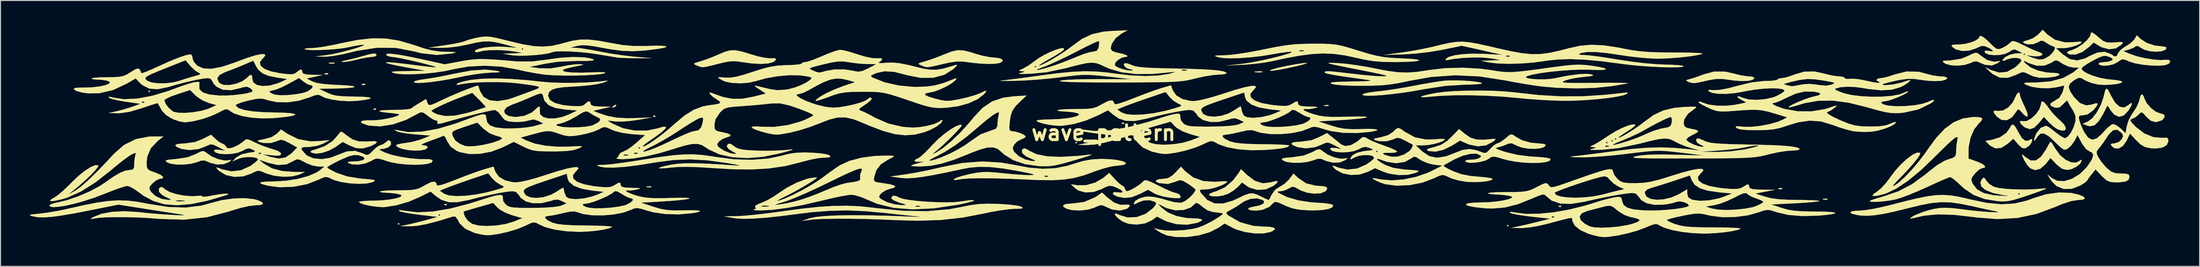
<source format=kicad_pcb>
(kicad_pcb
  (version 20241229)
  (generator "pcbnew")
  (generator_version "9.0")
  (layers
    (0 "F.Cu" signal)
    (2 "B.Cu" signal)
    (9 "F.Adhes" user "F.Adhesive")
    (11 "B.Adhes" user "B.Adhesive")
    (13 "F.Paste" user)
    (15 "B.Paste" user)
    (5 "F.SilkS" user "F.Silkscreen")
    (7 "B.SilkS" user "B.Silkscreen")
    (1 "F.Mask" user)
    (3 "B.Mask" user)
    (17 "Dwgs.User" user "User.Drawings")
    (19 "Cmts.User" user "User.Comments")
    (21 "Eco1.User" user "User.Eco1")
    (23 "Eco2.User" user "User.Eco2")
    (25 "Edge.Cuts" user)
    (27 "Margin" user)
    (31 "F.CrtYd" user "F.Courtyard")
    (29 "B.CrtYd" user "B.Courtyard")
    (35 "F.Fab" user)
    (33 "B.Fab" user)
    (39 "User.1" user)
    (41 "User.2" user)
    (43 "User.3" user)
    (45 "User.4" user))
  (footprint "wave_pattern"
    (layer "F.Cu")
    (at 110.141 10.595)
    (property "Reference" "wave_pattern" (at 0 0 0) (layer "F.SilkS") (effects (font (size 1.524 1.524) (thickness 0.3))))
    (attr through_hole)
    (fp_poly (pts (xy -97.79 -4.264) (xy -97.881 -4.173) (xy -97.971 -4.264) (xy -97.881 -4.354) (xy -97.79 -4.264)) (stroke (width 0.01) (type solid)) (fill yes) (layer "F.SilkS"))
    (fp_poly (pts (xy -72.209 9.344) (xy -72.299 9.434) (xy -72.39 9.344) (xy -72.299 9.253) (xy -72.209 9.344)) (stroke (width 0.01) (type solid)) (fill yes) (layer "F.SilkS"))
    (fp_poly (pts (xy -2.721 0.998) (xy -2.812 1.089) (xy -2.903 0.998) (xy -2.812 0.907) (xy -2.721 0.998)) (stroke (width 0.01) (type solid)) (fill yes) (layer "F.SilkS"))
    (fp_poly (pts (xy 41.547 9.525) (xy 41.456 9.616) (xy 41.366 9.525) (xy 41.456 9.434) (xy 41.547 9.525)) (stroke (width 0.01) (type solid)) (fill yes) (layer "F.SilkS"))
    (fp_poly (pts (xy -79.515 -6.097) (xy -79.569 -6.014) (xy -79.753 -6.001) (xy -79.947 -6.046) (xy -79.863 -6.111) (xy -79.579 -6.133) (xy -79.515 -6.097)) (stroke (width 0.01) (type solid)) (fill yes) (layer "F.SilkS"))
    (fp_poly (pts (xy -75.705 -5.008) (xy -75.759 -4.926) (xy -75.943 -4.913) (xy -76.137 -4.957) (xy -76.053 -5.023) (xy -75.769 -5.044) (xy -75.705 -5.008)) (stroke (width 0.01) (type solid)) (fill yes) (layer "F.SilkS"))
    (fp_poly (pts (xy -74.628 -2.48) (xy -74.653 -2.372) (xy -74.749 -2.359) (xy -74.898 -2.425) (xy -74.87 -2.48) (xy -74.654 -2.501) (xy -74.628 -2.48)) (stroke (width 0.01) (type solid)) (fill yes) (layer "F.SilkS"))
    (fp_poly (pts (xy -67.37 7.318) (xy -67.395 7.425) (xy -67.491 7.439) (xy -67.641 7.372) (xy -67.612 7.318) (xy -67.397 7.296) (xy -67.37 7.318)) (stroke (width 0.01) (type solid)) (fill yes) (layer "F.SilkS"))
    (fp_poly (pts (xy -46.4 5.504) (xy -46.378 5.57) (xy -46.627 5.596) (xy -46.885 5.567) (xy -46.854 5.504) (xy -46.482 5.48) (xy -46.4 5.504)) (stroke (width 0.01) (type solid)) (fill yes) (layer "F.SilkS"))
    (fp_poly (pts (xy -45.962 -1.754) (xy -45.987 -1.646) (xy -46.083 -1.633) (xy -46.232 -1.699) (xy -46.204 -1.754) (xy -45.988 -1.776) (xy -45.962 -1.754)) (stroke (width 0.01) (type solid)) (fill yes) (layer "F.SilkS"))
    (fp_poly (pts (xy 2.117 -1.028) (xy 2.092 -0.92) (xy 1.996 -0.907) (xy 1.846 -0.974) (xy 1.875 -1.028) (xy 2.09 -1.05) (xy 2.117 -1.028)) (stroke (width 0.01) (type solid)) (fill yes) (layer "F.SilkS"))
    (fp_poly (pts (xy 23.087 -2.842) (xy 23.11 -2.775) (xy 22.86 -2.75) (xy 22.602 -2.779) (xy 22.633 -2.842) (xy 23.005 -2.866) (xy 23.087 -2.842)) (stroke (width 0.01) (type solid)) (fill yes) (layer "F.SilkS"))
    (fp_poly (pts (xy 46.93 7.499) (xy 46.905 7.607) (xy 46.809 7.62) (xy 46.659 7.554) (xy 46.688 7.499) (xy 46.903 7.477) (xy 46.93 7.499)) (stroke (width 0.01) (type solid)) (fill yes) (layer "F.SilkS"))
    (fp_poly (pts (xy 69.619 5.696) (xy 69.565 5.779) (xy 69.381 5.791) (xy 69.188 5.747) (xy 69.272 5.682) (xy 69.555 5.66) (xy 69.619 5.696)) (stroke (width 0.01) (type solid)) (fill yes) (layer "F.SilkS"))
    (fp_poly (pts (xy 74.25 6.774) (xy 74.272 6.84) (xy 74.023 6.866) (xy 73.765 6.837) (xy 73.796 6.774) (xy 74.168 6.75) (xy 74.25 6.774)) (stroke (width 0.01) (type solid)) (fill yes) (layer "F.SilkS"))
    (fp_poly (pts (xy -49.979 -2.868) (xy -50.033 -2.733) (xy -50.203 -2.642) (xy -50.414 -2.587) (xy -50.328 -2.72) (xy -50.304 -2.744) (xy -50.066 -2.887) (xy -49.979 -2.868)) (stroke (width 0.01) (type solid)) (fill yes) (layer "F.SilkS"))
    (fp_poly (pts (xy -78.873 -7.195) (xy -78.867 -7.135) (xy -79.151 -7.111) (xy -79.194 -7.111) (xy -79.475 -7.137) (xy -79.448 -7.192) (xy -79.417 -7.201) (xy -79.022 -7.228) (xy -78.873 -7.195)) (stroke (width 0.01) (type solid)) (fill yes) (layer "F.SilkS"))
    (fp_poly (pts (xy 16.285 -6.293) (xy 16.328 -6.244) (xy 16.067 -6.217) (xy 15.875 -6.214) (xy 15.524 -6.232) (xy 15.47 -6.273) (xy 15.56 -6.297) (xy 16.032 -6.326) (xy 16.285 -6.293)) (stroke (width 0.01) (type solid)) (fill yes) (layer "F.SilkS"))
    (fp_poly (pts (xy 20.797 -7.122) (xy 20.367 -6.997) (xy 19.594 -6.809) (xy 18.75 -6.625) (xy 17.983 -6.48) (xy 17.395 -6.393) (xy 17.145 -6.376) (xy 17.062 -6.415) (xy 17.288 -6.513) (xy 17.776 -6.651) (xy 18.143 -6.739) (xy 18.985 -6.916) (xy 19.819 -7.066) (xy 20.489 -7.162) (xy 20.592 -7.172) (xy 20.872 -7.18) (xy 20.797 -7.122)) (stroke (width 0.01) (type solid)) (fill yes) (layer "F.SilkS"))
    (fp_poly (pts (xy -74.61 -8.1) (xy -74.567 -7.983) (xy -74.724 -7.85) (xy -75.066 -7.799) (xy -75.524 -7.751) (xy -76.156 -7.629) (xy -76.563 -7.529) (xy -77.204 -7.382) (xy -77.769 -7.292) (xy -78.014 -7.279) (xy -78.173 -7.314) (xy -77.981 -7.388) (xy -77.716 -7.446) (xy -77.083 -7.59) (xy -76.338 -7.784) (xy -76.005 -7.879) (xy -75.273 -8.079) (xy -74.826 -8.152) (xy -74.61 -8.1)) (stroke (width 0.01) (type solid)) (fill yes) (layer "F.SilkS"))
    (fp_poly (pts (xy -62.282 -6.383) (xy -62.139 -6.35) (xy -61.929 -6.277) (xy -62.01 -6.229) (xy -62.41 -6.201) (xy -62.83 -6.19) (xy -63.552 -6.138) (xy -64.479 -6.017) (xy -65.466 -5.848) (xy -66.005 -5.736) (xy -67.05 -5.522) (xy -68.071 -5.347) (xy -69.007 -5.219) (xy -69.8 -5.142) (xy -70.389 -5.124) (xy -70.713 -5.172) (xy -70.757 -5.223) (xy -70.592 -5.33) (xy -70.163 -5.441) (xy -69.623 -5.521) (xy -68.95 -5.617) (xy -68.063 -5.775) (xy -67.101 -5.968) (xy -66.552 -6.089) (xy -64.856 -6.402) (xy -63.437 -6.499) (xy -62.282 -6.383)) (stroke (width 0.01) (type solid)) (fill yes) (layer "F.SilkS"))
    (fp_poly (pts (xy 0.33 6.578) (xy 1.062 7.142) (xy 1.721 7.385) (xy 2.199 7.371) (xy 2.605 7.359) (xy 2.706 7.501) (xy 2.475 7.734) (xy 2.37 7.795) (xy 1.681 7.972) (xy 0.887 7.865) (xy 0.378 7.653) (xy -0.04 7.452) (xy -0.344 7.425) (xy -0.721 7.572) (xy -0.882 7.653) (xy -1.568 7.873) (xy -2.414 7.966) (xy -3.243 7.926) (xy -3.765 7.796) (xy -4.116 7.59) (xy -4.126 7.415) (xy -3.819 7.296) (xy -3.293 7.257) (xy -1.998 7.096) (xy -0.869 6.614) (xy -0.667 6.482) (xy -0.156 6.125) (xy 0.33 6.578)) (stroke (width 0.01) (type solid)) (fill yes) (layer "F.SilkS"))
    (fp_poly (pts (xy 37.025 0.074) (xy 37.623 0.484) (xy 38.253 0.683) (xy 39.042 0.702) (xy 39.431 0.667) (xy 39.97 0.61) (xy 40.201 0.618) (xy 40.174 0.712) (xy 39.959 0.899) (xy 39.234 1.278) (xy 38.371 1.377) (xy 37.473 1.188) (xy 37.346 1.136) (xy 36.562 0.794) (xy 35.732 1.31) (xy 34.869 1.733) (xy 34.053 1.925) (xy 33.373 1.867) (xy 33.295 1.838) (xy 33.152 1.739) (xy 33.27 1.638) (xy 33.689 1.51) (xy 33.917 1.454) (xy 34.641 1.213) (xy 35.242 0.825) (xy 35.682 0.411) (xy 36.467 -0.396) (xy 37.025 0.074)) (stroke (width 0.01) (type solid)) (fill yes) (layer "F.SilkS"))
    (fp_poly (pts (xy 89.674 -8.177) (xy 89.891 -8.001) (xy 90.633 -7.481) (xy 91.328 -7.306) (xy 91.593 -7.335) (xy 91.918 -7.397) (xy 91.922 -7.333) (xy 91.723 -7.169) (xy 91.12 -6.918) (xy 90.399 -6.996) (xy 89.98 -7.171) (xy 89.562 -7.344) (xy 89.224 -7.315) (xy 88.909 -7.171) (xy 88.319 -6.981) (xy 87.601 -6.904) (xy 86.9 -6.943) (xy 86.36 -7.098) (xy 86.259 -7.161) (xy 86.084 -7.316) (xy 86.129 -7.397) (xy 86.448 -7.427) (xy 86.828 -7.433) (xy 87.988 -7.62) (xy 88.636 -7.887) (xy 89.152 -8.138) (xy 89.46 -8.231) (xy 89.674 -8.177)) (stroke (width 0.01) (type solid)) (fill yes) (layer "F.SilkS"))
    (fp_poly (pts (xy 14.702 4.306) (xy 15.517 4.921) (xy 16.338 5.176) (xy 17.157 5.076) (xy 17.674 4.942) (xy 17.874 4.977) (xy 17.752 5.174) (xy 17.402 5.453) (xy 16.637 5.797) (xy 15.791 5.855) (xy 14.992 5.627) (xy 14.747 5.479) (xy 14.203 5.092) (xy 13.792 5.529) (xy 13.327 5.922) (xy 12.787 6.249) (xy 12.256 6.427) (xy 11.67 6.518) (xy 11.156 6.513) (xy 10.837 6.405) (xy 10.808 6.371) (xy 10.906 6.239) (xy 11.268 6.081) (xy 11.551 5.999) (xy 12.453 5.593) (xy 13.285 4.87) (xy 13.814 4.174) (xy 14.104 3.721) (xy 14.702 4.306)) (stroke (width 0.01) (type solid)) (fill yes) (layer "F.SilkS"))
    (fp_poly (pts (xy 93.537 -0.608) (xy 93.814 -0.099) (xy 94.2 0.535) (xy 94.559 0.821) (xy 94.91 0.772) (xy 95.001 0.707) (xy 95.207 0.614) (xy 95.259 0.746) (xy 95.172 1.006) (xy 94.957 1.296) (xy 94.918 1.333) (xy 94.551 1.585) (xy 94.234 1.561) (xy 93.867 1.241) (xy 93.757 1.114) (xy 93.321 0.596) (xy 92.74 1.114) (xy 92.091 1.532) (xy 91.483 1.592) (xy 90.924 1.295) (xy 90.853 1.227) (xy 90.447 0.822) (xy 91.11 0.714) (xy 91.945 0.452) (xy 92.6 -0.003) (xy 92.929 -0.463) (xy 93.125 -0.802) (xy 93.312 -0.857) (xy 93.537 -0.608)) (stroke (width 0.01) (type solid)) (fill yes) (layer "F.SilkS"))
    (fp_poly (pts (xy 93.964 -4.087) (xy 93.98 -3.936) (xy 94.057 -3.654) (xy 94.255 -3.171) (xy 94.454 -2.748) (xy 94.719 -2.138) (xy 94.8 -1.764) (xy 94.705 -1.654) (xy 94.441 -1.832) (xy 94.244 -2.043) (xy 93.952 -2.358) (xy 93.789 -2.417) (xy 93.653 -2.243) (xy 93.626 -2.193) (xy 93.168 -1.589) (xy 92.641 -1.299) (xy 92.095 -1.338) (xy 91.628 -1.667) (xy 91.318 -2.065) (xy 91.313 -2.268) (xy 91.613 -2.274) (xy 91.705 -2.254) (xy 92.235 -2.291) (xy 92.781 -2.6) (xy 93.243 -3.11) (xy 93.462 -3.543) (xy 93.665 -3.975) (xy 93.849 -4.169) (xy 93.964 -4.087)) (stroke (width 0.01) (type solid)) (fill yes) (layer "F.SilkS"))
    (fp_poly (pts (xy 63.749 -6.293) (xy 64.696 -6.08) (xy 65.349 -5.917) (xy 65.966 -5.82) (xy 66.176 -5.808) (xy 66.577 -5.76) (xy 66.764 -5.646) (xy 66.766 -5.633) (xy 66.6 -5.458) (xy 66.153 -5.352) (xy 65.503 -5.321) (xy 64.725 -5.371) (xy 64.282 -5.433) (xy 63.466 -5.539) (xy 62.788 -5.531) (xy 62.04 -5.403) (xy 61.867 -5.363) (xy 61.165 -5.203) (xy 60.713 -5.123) (xy 60.407 -5.118) (xy 60.146 -5.182) (xy 59.962 -5.253) (xy 59.751 -5.364) (xy 59.835 -5.446) (xy 60.144 -5.528) (xy 60.645 -5.675) (xy 61.275 -5.899) (xy 61.538 -6.002) (xy 62.627 -6.301) (xy 63.749 -6.293)) (stroke (width 0.01) (type solid)) (fill yes) (layer "F.SilkS"))
    (fp_poly (pts (xy -92.14 1.952) (xy -92.027 2.048) (xy -91.483 2.414) (xy -90.817 2.694) (xy -90.178 2.835) (xy -89.827 2.823) (xy -89.506 2.762) (xy -89.508 2.829) (xy -89.706 2.991) (xy -90.25 3.216) (xy -90.948 3.241) (xy -91.653 3.064) (xy -91.797 2.997) (xy -92.193 2.834) (xy -92.545 2.847) (xy -92.961 2.997) (xy -93.57 3.164) (xy -94.313 3.248) (xy -95.066 3.248) (xy -95.702 3.163) (xy -96.061 3.02) (xy -96.197 2.89) (xy -96.136 2.804) (xy -95.824 2.744) (xy -95.208 2.689) (xy -95.123 2.683) (xy -93.964 2.507) (xy -93.102 2.172) (xy -92.635 1.927) (xy -92.355 1.858) (xy -92.14 1.952)) (stroke (width 0.01) (type solid)) (fill yes) (layer "F.SilkS"))
    (fp_poly (pts (xy -78.083 -0.083) (xy -77.748 0.163) (xy -77.657 0.239) (xy -77.05 0.659) (xy -76.418 0.865) (xy -75.628 0.892) (xy -75.289 0.866) (xy -74.733 0.849) (xy -74.524 0.931) (xy -74.663 1.102) (xy -75.153 1.352) (xy -75.218 1.379) (xy -75.982 1.602) (xy -76.674 1.555) (xy -77.354 1.283) (xy -78.04 0.933) (xy -78.798 1.46) (xy -79.453 1.819) (xy -80.154 2.051) (xy -80.787 2.131) (xy -81.241 2.033) (xy -81.259 2.022) (xy -81.342 1.888) (xy -81.114 1.775) (xy -80.896 1.721) (xy -79.905 1.374) (xy -79.055 0.821) (xy -78.449 0.132) (xy -78.408 0.061) (xy -78.27 -0.11) (xy -78.083 -0.083)) (stroke (width 0.01) (type solid)) (fill yes) (layer "F.SilkS"))
    (fp_poly (pts (xy 22.341 1.77) (xy 22.455 1.867) (xy 22.999 2.233) (xy 23.665 2.513) (xy 24.304 2.654) (xy 24.655 2.641) (xy 24.975 2.58) (xy 24.973 2.648) (xy 24.776 2.809) (xy 24.232 3.035) (xy 23.533 3.059) (xy 22.828 2.882) (xy 22.684 2.815) (xy 22.289 2.653) (xy 21.937 2.665) (xy 21.52 2.815) (xy 20.912 2.982) (xy 20.168 3.066) (xy 19.416 3.067) (xy 18.78 2.982) (xy 18.421 2.839) (xy 18.284 2.708) (xy 18.346 2.623) (xy 18.658 2.562) (xy 19.273 2.508) (xy 19.358 2.502) (xy 20.517 2.326) (xy 21.379 1.99) (xy 21.846 1.745) (xy 22.126 1.677) (xy 22.341 1.77)) (stroke (width 0.01) (type solid)) (fill yes) (layer "F.SilkS"))
    (fp_poly (pts (xy 101.451 -10.286) (xy 101.794 -10.042) (xy 102.104 -9.777) (xy 102.524 -9.445) (xy 102.893 -9.292) (xy 103.374 -9.27) (xy 103.716 -9.293) (xy 104.266 -9.331) (xy 104.515 -9.312) (xy 104.525 -9.212) (xy 104.388 -9.045) (xy 103.828 -8.678) (xy 103.128 -8.589) (xy 102.39 -8.785) (xy 102.212 -8.88) (xy 101.548 -9.271) (xy 101.075 -8.82) (xy 100.404 -8.318) (xy 99.728 -8.053) (xy 99.131 -8.05) (xy 98.895 -8.15) (xy 98.817 -8.282) (xy 99.045 -8.415) (xy 99.333 -8.504) (xy 99.846 -8.729) (xy 100.387 -9.09) (xy 100.861 -9.507) (xy 101.17 -9.899) (xy 101.237 -10.105) (xy 101.282 -10.301) (xy 101.451 -10.286)) (stroke (width 0.01) (type solid)) (fill yes) (layer "F.SilkS"))
    (fp_poly (pts (xy 103.029 -4.418) (xy 103.279 -3.942) (xy 103.334 -3.823) (xy 103.767 -3.09) (xy 104.225 -2.682) (xy 104.686 -2.612) (xy 105.048 -2.812) (xy 105.371 -3.052) (xy 105.486 -3.018) (xy 105.39 -2.737) (xy 105.119 -2.292) (xy 104.644 -1.793) (xy 104.154 -1.652) (xy 103.674 -1.87) (xy 103.334 -2.271) (xy 102.977 -2.817) (xy 102.515 -1.919) (xy 102.067 -1.184) (xy 101.634 -0.78) (xy 101.177 -0.681) (xy 100.874 -0.756) (xy 100.421 -0.933) (xy 100.967 -1.165) (xy 101.417 -1.506) (xy 101.874 -2.1) (xy 102.276 -2.844) (xy 102.559 -3.634) (xy 102.6 -3.81) (xy 102.732 -4.353) (xy 102.861 -4.556) (xy 103.029 -4.418)) (stroke (width 0.01) (type solid)) (fill yes) (layer "F.SilkS"))
    (fp_poly (pts (xy 96.447 -3.168) (xy 96.783 -2.784) (xy 96.944 -2.552) (xy 97.397 -1.974) (xy 97.931 -1.433) (xy 98.057 -1.327) (xy 98.515 -0.877) (xy 98.703 -0.509) (xy 98.63 -0.276) (xy 98.306 -0.229) (xy 97.881 -0.356) (xy 97.526 -0.582) (xy 97.096 -0.957) (xy 96.985 -1.07) (xy 96.452 -1.633) (xy 95.928 -0.998) (xy 95.45 -0.529) (xy 95.012 -0.384) (xy 94.537 -0.546) (xy 94.383 -0.645) (xy 94.085 -0.923) (xy 93.987 -1.148) (xy 94.107 -1.237) (xy 94.269 -1.198) (xy 94.678 -1.216) (xy 95.157 -1.479) (xy 95.62 -1.906) (xy 95.98 -2.415) (xy 96.153 -2.924) (xy 96.157 -3.008) (xy 96.233 -3.247) (xy 96.447 -3.168)) (stroke (width 0.01) (type solid)) (fill yes) (layer "F.SilkS"))
    (fp_poly (pts (xy -14.341 -8.463) (xy -13.604 -8.277) (xy -13.193 -8.141) (xy -12.439 -7.927) (xy -11.668 -7.777) (xy -11.204 -7.733) (xy -10.659 -7.666) (xy -10.366 -7.525) (xy -10.364 -7.346) (xy -10.628 -7.186) (xy -11.082 -7.104) (xy -11.786 -7.081) (xy -12.634 -7.115) (xy -13.52 -7.203) (xy -13.875 -7.255) (xy -14.527 -7.333) (xy -15.134 -7.322) (xy -15.84 -7.214) (xy -16.474 -7.073) (xy -17.238 -6.892) (xy -17.736 -6.786) (xy -18.057 -6.749) (xy -18.289 -6.774) (xy -18.521 -6.857) (xy -18.687 -6.928) (xy -18.94 -7.05) (xy -18.949 -7.141) (xy -18.675 -7.246) (xy -18.324 -7.344) (xy -17.706 -7.54) (xy -16.948 -7.818) (xy -16.379 -8.047) (xy -15.587 -8.353) (xy -14.955 -8.49) (xy -14.341 -8.463)) (stroke (width 0.01) (type solid)) (fill yes) (layer "F.SilkS"))
    (fp_poly (pts (xy 36.969 -5.362) (xy 37.702 -5.311) (xy 38.312 -5.241) (xy 38.712 -5.159) (xy 38.826 -5.087) (xy 38.657 -5.033) (xy 38.201 -4.987) (xy 37.534 -4.956) (xy 36.966 -4.946) (xy 35.056 -4.826) (xy 32.878 -4.492) (xy 32.657 -4.449) (xy 31.63 -4.265) (xy 30.565 -4.105) (xy 29.52 -3.976) (xy 28.55 -3.881) (xy 27.711 -3.825) (xy 27.06 -3.812) (xy 26.653 -3.849) (xy 26.547 -3.938) (xy 26.549 -3.942) (xy 26.773 -4.046) (xy 27.263 -4.152) (xy 27.922 -4.24) (xy 28.073 -4.254) (xy 28.844 -4.343) (xy 29.829 -4.486) (xy 30.887 -4.663) (xy 31.659 -4.806) (xy 32.625 -4.988) (xy 33.573 -5.154) (xy 34.385 -5.284) (xy 34.877 -5.351) (xy 35.472 -5.388) (xy 36.198 -5.39) (xy 36.969 -5.362)) (stroke (width 0.01) (type solid)) (fill yes) (layer "F.SilkS"))
    (fp_poly (pts (xy -37.126 -8.36) (xy -36.277 -8.102) (xy -36.155 -8.063) (xy -35.41 -7.849) (xy -34.721 -7.706) (xy -34.218 -7.659) (xy -34.154 -7.663) (xy -33.707 -7.662) (xy -33.58 -7.543) (xy -33.792 -7.335) (xy -33.915 -7.264) (xy -34.414 -7.128) (xy -35.169 -7.083) (xy -36.087 -7.13) (xy -37.073 -7.267) (xy -37.075 -7.268) (xy -37.683 -7.354) (xy -38.229 -7.353) (xy -38.855 -7.254) (xy -39.553 -7.086) (xy -40.301 -6.894) (xy -40.789 -6.783) (xy -41.109 -6.748) (xy -41.352 -6.781) (xy -41.611 -6.875) (xy -41.729 -6.924) (xy -41.981 -7.044) (xy -41.99 -7.134) (xy -41.714 -7.241) (xy -41.366 -7.341) (xy -40.735 -7.548) (xy -39.981 -7.84) (xy -39.501 -8.048) (xy -38.838 -8.328) (xy -38.295 -8.473) (xy -37.761 -8.483) (xy -37.126 -8.36)) (stroke (width 0.01) (type solid)) (fill yes) (layer "F.SilkS"))
    (fp_poly (pts (xy 97.272 1.05) (xy 97.503 1.413) (xy 97.635 1.642) (xy 98.109 2.286) (xy 98.674 2.759) (xy 99.257 3.025) (xy 99.783 3.047) (xy 100.112 2.867) (xy 100.296 2.751) (xy 100.33 2.853) (xy 100.175 3.154) (xy 99.791 3.467) (xy 99.301 3.711) (xy 98.83 3.81) (xy 98.301 3.677) (xy 97.757 3.248) (xy 97.706 3.194) (xy 97.125 2.578) (xy 96.633 3.194) (xy 96.095 3.678) (xy 95.549 3.824) (xy 95.041 3.628) (xy 94.748 3.311) (xy 94.462 2.848) (xy 94.272 2.454) (xy 94.208 2.234) (xy 94.297 2.253) (xy 94.571 2.499) (xy 95.114 2.838) (xy 95.643 2.819) (xy 96.16 2.44) (xy 96.669 1.699) (xy 96.776 1.497) (xy 96.989 1.111) (xy 97.133 0.914) (xy 97.148 0.907) (xy 97.272 1.05)) (stroke (width 0.01) (type solid)) (fill yes) (layer "F.SilkS"))
    (fp_poly (pts (xy 40.055 -4.316) (xy 41.277 -4.248) (xy 42.091 -4.165) (xy 44.63 -3.887) (xy 46.965 -3.753) (xy 49.225 -3.763) (xy 51.54 -3.915) (xy 53.159 -4.093) (xy 53.629 -4.138) (xy 53.782 -4.108) (xy 53.658 -3.994) (xy 53.658 -3.994) (xy 53.262 -3.848) (xy 52.574 -3.706) (xy 51.665 -3.573) (xy 50.607 -3.457) (xy 49.469 -3.368) (xy 48.324 -3.311) (xy 47.243 -3.294) (xy 47.171 -3.295) (xy 46.02 -3.328) (xy 44.697 -3.399) (xy 43.387 -3.496) (xy 42.545 -3.579) (xy 40.955 -3.722) (xy 39.258 -3.818) (xy 37.556 -3.865) (xy 35.949 -3.86) (xy 34.54 -3.803) (xy 33.836 -3.743) (xy 33.058 -3.673) (xy 32.633 -3.667) (xy 32.557 -3.72) (xy 32.827 -3.823) (xy 33.439 -3.971) (xy 34.007 -4.086) (xy 34.884 -4.205) (xy 36.024 -4.288) (xy 37.331 -4.335) (xy 38.707 -4.345) (xy 40.055 -4.316)) (stroke (width 0.01) (type solid)) (fill yes) (layer "F.SilkS"))
    (fp_poly (pts (xy -73.622 -9.687) (xy -72.287 -9.476) (xy -70.896 -9.076) (xy -70.741 -9.022) (xy -69.7 -8.679) (xy -68.863 -8.465) (xy -68.108 -8.356) (xy -67.476 -8.325) (xy -66.82 -8.311) (xy -66.496 -8.288) (xy -66.474 -8.248) (xy -66.72 -8.183) (xy -66.856 -8.154) (xy -68.373 -8.003) (xy -69.954 -8.177) (xy -70.761 -8.379) (xy -72.606 -8.729) (xy -74.573 -8.739) (xy -76.655 -8.411) (xy -77.172 -8.281) (xy -78.05 -8.073) (xy -78.913 -7.917) (xy -79.629 -7.833) (xy -79.894 -7.825) (xy -80.826 -7.849) (xy -79.647 -7.995) (xy -79.109 -8.084) (xy -78.459 -8.223) (xy -77.763 -8.394) (xy -77.088 -8.577) (xy -76.501 -8.754) (xy -76.067 -8.906) (xy -75.854 -9.013) (xy -75.928 -9.057) (xy -76.289 -9.021) (xy -76.868 -8.919) (xy -77.454 -8.792) (xy -78.045 -8.687) (xy -78.799 -8.602) (xy -79.627 -8.541) (xy -80.445 -8.507) (xy -81.164 -8.504) (xy -81.698 -8.535) (xy -81.961 -8.603) (xy -81.963 -8.605) (xy -81.863 -8.665) (xy -81.495 -8.702) (xy -81.196 -8.709) (xy -80.664 -8.751) (xy -79.892 -8.865) (xy -78.991 -9.033) (xy -78.218 -9.202) (xy -76.495 -9.547) (xy -74.994 -9.71) (xy -73.622 -9.687)) (stroke (width 0.01) (type solid)) (fill yes) (layer "F.SilkS"))
    (fp_poly (pts (xy 1.187 4.778) (xy 1.575 5.163) (xy 1.886 5.403) (xy 1.986 5.443) (xy 2.156 5.59) (xy 2.177 5.715) (xy 2.299 5.956) (xy 2.404 5.986) (xy 2.73 5.884) (xy 3.2 5.634) (xy 3.678 5.319) (xy 4.028 5.023) (xy 4.081 4.96) (xy 4.225 4.862) (xy 4.476 4.885) (xy 4.901 5.05) (xy 5.564 5.376) (xy 5.681 5.437) (xy 6.36 5.769) (xy 6.947 6.023) (xy 7.347 6.157) (xy 7.429 6.169) (xy 7.768 6.311) (xy 7.877 6.466) (xy 7.899 6.627) (xy 7.757 6.701) (xy 7.38 6.703) (xy 6.897 6.665) (xy 6.175 6.546) (xy 5.504 6.348) (xy 5.186 6.202) (xy 4.57 5.838) (xy 3.705 6.275) (xy 2.878 6.605) (xy 2.132 6.677) (xy 1.465 6.554) (xy 1.065 6.375) (xy 0.94 6.191) (xy 1.096 6.081) (xy 1.437 6.102) (xy 1.86 6.139) (xy 1.973 6.044) (xy 1.786 5.854) (xy 1.311 5.611) (xy 0.885 5.453) (xy 0.563 5.434) (xy 0.189 5.569) (xy -0.184 5.761) (xy -1.02 6.065) (xy -1.852 6.116) (xy -2.579 5.919) (xy -2.958 5.65) (xy -3.335 5.273) (xy -2.704 5.375) (xy -1.803 5.367) (xy -0.863 5.105) (xy -0.047 4.637) (xy 0.008 4.592) (xy 0.577 4.113) (xy 1.187 4.778)) (stroke (width 0.01) (type solid)) (fill yes) (layer "F.SilkS"))
    (fp_poly (pts (xy -29.994 2.029) (xy -29.176 2.087) (xy -28.534 2.176) (xy -28.146 2.283) (xy -28.086 2.322) (xy -28.026 2.457) (xy -28.232 2.524) (xy -28.688 2.54) (xy -29.252 2.594) (xy -30.016 2.738) (xy -30.837 2.944) (xy -31.038 3.003) (xy -32.608 3.397) (xy -34.273 3.646) (xy -36.1 3.755) (xy -38.153 3.729) (xy -39.784 3.632) (xy -41.398 3.527) (xy -42.697 3.485) (xy -43.726 3.504) (xy -44.345 3.559) (xy -44.976 3.625) (xy -45.428 3.647) (xy -45.618 3.621) (xy -45.617 3.609) (xy -45.414 3.517) (xy -44.953 3.392) (xy -44.334 3.261) (xy -44.331 3.26) (xy -43.682 3.17) (xy -42.887 3.123) (xy -41.899 3.12) (xy -40.677 3.161) (xy -39.174 3.247) (xy -37.737 3.348) (xy -37.369 3.366) (xy -37.358 3.335) (xy -37.705 3.257) (xy -38.41 3.131) (xy -38.735 3.077) (xy -40.667 2.817) (xy -42.408 2.719) (xy -44.093 2.785) (xy -45.855 3.013) (xy -46.126 3.06) (xy -47.703 3.314) (xy -49.084 3.483) (xy -50.232 3.565) (xy -51.104 3.557) (xy -51.616 3.473) (xy -51.905 3.37) (xy -51.924 3.315) (xy -51.641 3.29) (xy -51.243 3.281) (xy -50.761 3.246) (xy -50.002 3.158) (xy -49.044 3.027) (xy -47.967 2.865) (xy -47.081 2.721) (xy -45.505 2.472) (xy -44.204 2.304) (xy -43.101 2.216) (xy -42.116 2.204) (xy -41.172 2.267) (xy -40.19 2.401) (xy -39.802 2.468) (xy -37.899 2.715) (xy -36.054 2.768) (xy -34.356 2.629) (xy -33.123 2.368) (xy -32.258 2.149) (xy -31.486 2.036) (xy -30.635 2.01) (xy -29.994 2.029)) (stroke (width 0.01) (type solid)) (fill yes) (layer "F.SilkS"))
    (fp_poly (pts (xy -10.818 7.291) (xy -9.964 7.341) (xy -9.218 7.416) (xy -8.67 7.506) (xy -8.436 7.58) (xy -8.285 7.697) (xy -8.373 7.762) (xy -8.748 7.791) (xy -9.13 7.796) (xy -9.765 7.841) (xy -10.619 7.957) (xy -11.558 8.125) (xy -12.123 8.246) (xy -14.403 8.686) (xy -16.67 8.941) (xy -19.044 9.021) (xy -21.227 8.96) (xy -22.852 8.888) (xy -24.462 8.839) (xy -25.998 8.812) (xy -27.399 8.809) (xy -28.602 8.829) (xy -29.548 8.873) (xy -30.026 8.919) (xy -30.934 9.038) (xy -30.117 8.761) (xy -29.515 8.633) (xy -28.582 8.538) (xy -27.349 8.478) (xy -25.847 8.453) (xy -24.105 8.464) (xy -22.155 8.51) (xy -20.955 8.554) (xy -20.048 8.589) (xy -19.353 8.611) (xy -18.909 8.62) (xy -18.756 8.614) (xy -18.869 8.599) (xy -19.348 8.553) (xy -20.096 8.475) (xy -21.02 8.376) (xy -22.028 8.265) (xy -22.316 8.233) (xy -24.395 8.04) (xy -26.268 7.96) (xy -28.073 7.996) (xy -29.949 8.147) (xy -31.296 8.311) (xy -33.168 8.55) (xy -34.717 8.713) (xy -35.976 8.803) (xy -36.979 8.822) (xy -37.757 8.773) (xy -38.009 8.735) (xy -38.916 8.57) (xy -37.556 8.546) (xy -36.91 8.511) (xy -36 8.429) (xy -34.921 8.31) (xy -33.767 8.165) (xy -33.02 8.061) (xy -30.998 7.788) (xy -29.256 7.601) (xy -27.726 7.499) (xy -26.335 7.478) (xy -25.014 7.536) (xy -23.692 7.672) (xy -23.314 7.723) (xy -20.569 8.003) (xy -18.044 8.038) (xy -15.757 7.828) (xy -14.719 7.633) (xy -13.682 7.424) (xy -12.79 7.308) (xy -11.873 7.269) (xy -10.818 7.291)) (stroke (width 0.01) (type solid)) (fill yes) (layer "F.SilkS"))
    (fp_poly (pts (xy -87.121 6.811) (xy -86.75 6.912) (xy -86.305 7.117) (xy -86.213 7.285) (xy -86.464 7.398) (xy -87.034 7.439) (xy -87.65 7.508) (xy -88.497 7.699) (xy -89.476 7.989) (xy -89.756 8.083) (xy -91.968 8.658) (xy -94.319 8.91) (xy -96.78 8.835) (xy -96.883 8.825) (xy -97.903 8.743) (xy -99.04 8.685) (xy -100.21 8.653) (xy -101.324 8.647) (xy -102.297 8.668) (xy -103.043 8.717) (xy -103.324 8.757) (xy -103.766 8.835) (xy -103.89 8.826) (xy -103.73 8.711) (xy -103.596 8.632) (xy -102.769 8.305) (xy -101.679 8.106) (xy -100.404 8.044) (xy -99.022 8.127) (xy -98.927 8.138) (xy -98.2 8.217) (xy -97.413 8.289) (xy -96.616 8.352) (xy -95.862 8.403) (xy -95.202 8.44) (xy -94.688 8.459) (xy -94.372 8.457) (xy -94.305 8.433) (xy -94.539 8.382) (xy -94.615 8.37) (xy -95.12 8.294) (xy -95.892 8.174) (xy -96.841 8.027) (xy -97.876 7.865) (xy -98.287 7.8) (xy -101.052 7.366) (xy -104.026 7.962) (xy -105.6 8.266) (xy -106.867 8.483) (xy -107.872 8.618) (xy -108.66 8.676) (xy -109.273 8.662) (xy -109.758 8.58) (xy -109.764 8.578) (xy -110.066 8.49) (xy -110.136 8.428) (xy -109.937 8.377) (xy -109.431 8.319) (xy -109.099 8.287) (xy -108.276 8.181) (xy -107.296 8.015) (xy -106.349 7.82) (xy -106.214 7.788) (xy -104.584 7.418) (xy -103.228 7.154) (xy -102.073 6.992) (xy -101.048 6.928) (xy -100.08 6.958) (xy -99.098 7.075) (xy -98.037 7.275) (xy -95.994 7.604) (xy -94.167 7.668) (xy -92.523 7.467) (xy -91.553 7.2) (xy -90.432 6.904) (xy -89.244 6.736) (xy -88.102 6.703) (xy -87.121 6.811)) (stroke (width 0.01) (type solid)) (fill yes) (layer "F.SilkS"))
    (fp_poly (pts (xy 22.498 -9.153) (xy 23.257 -9.124) (xy 23.899 -9.051) (xy 24.543 -8.916) (xy 25.31 -8.7) (xy 26.126 -8.447) (xy 27.167 -8.131) (xy 28 -7.917) (xy 28.758 -7.782) (xy 29.573 -7.702) (xy 30.571 -7.652) (xy 31.519 -7.603) (xy 32.116 -7.541) (xy 32.373 -7.474) (xy 32.302 -7.407) (xy 31.913 -7.346) (xy 31.217 -7.3) (xy 30.227 -7.273) (xy 29.902 -7.27) (xy 28.705 -7.287) (xy 27.697 -7.368) (xy 26.709 -7.531) (xy 25.91 -7.71) (xy 24.727 -7.962) (xy 23.621 -8.112) (xy 22.518 -8.157) (xy 21.346 -8.093) (xy 20.03 -7.918) (xy 18.497 -7.629) (xy 17.236 -7.353) (xy 16.493 -7.219) (xy 15.557 -7.099) (xy 14.598 -7.014) (xy 14.333 -6.999) (xy 12.609 -6.913) (xy 14.242 -7.095) (xy 14.875 -7.185) (xy 15.624 -7.32) (xy 16.43 -7.486) (xy 17.236 -7.669) (xy 17.984 -7.855) (xy 18.616 -8.028) (xy 19.075 -8.175) (xy 19.302 -8.281) (xy 19.239 -8.331) (xy 19.202 -8.333) (xy 18.794 -8.305) (xy 18.157 -8.218) (xy 17.418 -8.092) (xy 17.297 -8.068) (xy 16.235 -7.894) (xy 15.109 -7.764) (xy 14.008 -7.683) (xy 13.019 -7.657) (xy 12.228 -7.691) (xy 11.793 -7.764) (xy 11.491 -7.861) (xy 11.432 -7.918) (xy 11.652 -7.949) (xy 12.189 -7.963) (xy 12.407 -7.966) (xy 13.042 -8.012) (xy 13.927 -8.125) (xy 14.96 -8.29) (xy 15.546 -8.4) (xy 20.07 -8.4) (xy 20.32 -8.374) (xy 20.578 -8.403) (xy 20.547 -8.466) (xy 20.175 -8.49) (xy 20.093 -8.466) (xy 20.07 -8.4) (xy 15.546 -8.4) (xy 16.039 -8.492) (xy 16.399 -8.567) (xy 17.64 -8.818) (xy 18.658 -8.988) (xy 19.58 -9.091) (xy 20.534 -9.142) (xy 21.499 -9.156) (xy 22.498 -9.153)) (stroke (width 0.01) (type solid)) (fill yes) (layer "F.SilkS"))
    (fp_poly (pts (xy 99.236 6.161) (xy 100.02 6.337) (xy 100.52 6.552) (xy 100.664 6.732) (xy 100.454 6.853) (xy 99.946 6.894) (xy 99.277 6.996) (xy 98.371 7.29) (xy 97.633 7.597) (xy 95.691 8.319) (xy 93.733 8.734) (xy 91.69 8.851) (xy 89.493 8.679) (xy 89.212 8.639) (xy 87.245 8.413) (xy 85.559 8.365) (xy 84.17 8.497) (xy 83.684 8.604) (xy 83.16 8.731) (xy 82.814 8.793) (xy 82.731 8.787) (xy 82.891 8.63) (xy 83.306 8.417) (xy 83.884 8.184) (xy 84.529 7.97) (xy 85.148 7.812) (xy 85.185 7.805) (xy 85.773 7.714) (xy 86.37 7.688) (xy 87.081 7.728) (xy 88.013 7.836) (xy 88.317 7.878) (xy 89.01 7.965) (xy 89.727 8.038) (xy 90.412 8.095) (xy 91.012 8.134) (xy 91.473 8.15) (xy 91.738 8.142) (xy 91.754 8.106) (xy 91.467 8.04) (xy 91.44 8.036) (xy 91.079 7.964) (xy 90.461 7.831) (xy 89.679 7.658) (xy 89.049 7.516) (xy 87.861 7.271) (xy 86.85 7.135) (xy 85.911 7.111) (xy 84.939 7.202) (xy 83.828 7.412) (xy 82.596 7.713) (xy 81.172 8.065) (xy 80.03 8.31) (xy 79.107 8.455) (xy 78.34 8.51) (xy 77.669 8.483) (xy 77.396 8.448) (xy 76.818 8.321) (xy 76.594 8.185) (xy 76.713 8.067) (xy 77.169 7.994) (xy 77.541 7.983) (xy 78.113 7.935) (xy 78.92 7.806) (xy 79.849 7.615) (xy 80.671 7.415) (xy 82.203 7.019) (xy 83.451 6.72) (xy 84.477 6.515) (xy 85.346 6.399) (xy 86.121 6.368) (xy 86.865 6.417) (xy 87.642 6.541) (xy 88.516 6.737) (xy 88.9 6.832) (xy 90.601 7.189) (xy 92.082 7.33) (xy 93.416 7.254) (xy 94.676 6.961) (xy 95.313 6.726) (xy 96.637 6.311) (xy 97.979 6.119) (xy 99.236 6.161)) (stroke (width 0.01) (type solid)) (fill yes) (layer "F.SilkS"))
    (fp_poly (pts (xy 0.74 2.708) (xy 1.432 2.791) (xy 1.944 2.907) (xy 2.242 3.039) (xy 2.292 3.169) (xy 2.061 3.281) (xy 1.513 3.359) (xy 1.314 3.372) (xy 0.72 3.463) (xy -0.05 3.662) (xy -0.842 3.93) (xy -0.938 3.968) (xy -2.004 4.353) (xy -3.009 4.622) (xy -4.045 4.786) (xy -5.203 4.857) (xy -6.574 4.846) (xy -7.513 4.807) (xy -9.521 4.717) (xy -11.251 4.666) (xy -12.683 4.653) (xy -13.8 4.678) (xy -14.582 4.742) (xy -14.786 4.777) (xy -15.235 4.847) (xy -15.368 4.802) (xy -15.321 4.73) (xy -15.061 4.6) (xy -14.726 4.492) (xy -6.09 4.492) (xy -5.912 4.521) (xy -5.676 4.488) (xy -5.673 4.426) (xy -5.916 4.383) (xy -6.021 4.412) (xy -6.09 4.492) (xy -14.726 4.492) (xy -14.546 4.434) (xy -13.876 4.263) (xy -13.719 4.228) (xy -13.009 4.089) (xy -12.397 4.02) (xy -11.756 4.017) (xy -10.959 4.075) (xy -10.365 4.138) (xy -9.451 4.228) (xy -8.566 4.297) (xy -7.838 4.333) (xy -7.521 4.337) (xy -7.211 4.32) (xy -7.15 4.278) (xy -7.363 4.205) (xy -7.877 4.09) (xy -8.718 3.926) (xy -8.89 3.894) (xy -10.399 3.641) (xy -11.653 3.505) (xy -12.74 3.483) (xy -13.748 3.573) (xy -14.514 3.715) (xy -16.142 4.065) (xy -17.465 4.328) (xy -18.529 4.511) (xy -19.38 4.619) (xy -20.064 4.66) (xy -20.626 4.64) (xy -20.801 4.621) (xy -21.862 4.478) (xy -20.229 4.246) (xy -19.304 4.092) (xy -18.21 3.878) (xy -17.128 3.639) (xy -16.691 3.533) (xy -14.5 3.094) (xy -12.463 2.935) (xy -10.503 3.051) (xy -9.237 3.272) (xy -7.621 3.57) (xy -6.23 3.689) (xy -4.971 3.628) (xy -3.752 3.386) (xy -3.093 3.185) (xy -2.093 2.885) (xy -1.223 2.726) (xy -0.293 2.674) (xy -0.099 2.674) (xy 0.74 2.708)) (stroke (width 0.01) (type solid)) (fill yes) (layer "F.SilkS"))
    (fp_poly (pts (xy -72.354 -8.037) (xy -71.283 -7.845) (xy -69.894 -7.555) (xy -69.669 -7.505) (xy -67.582 -7.04) (xy -65.906 -7.354) (xy -65.265 -7.465) (xy -64.688 -7.54) (xy -64.107 -7.578) (xy -63.452 -7.578) (xy -62.653 -7.541) (xy -61.641 -7.466) (xy -60.348 -7.353) (xy -60.144 -7.334) (xy -58.622 -7.331) (xy -57.195 -7.51) (xy -55.731 -7.712) (xy -54.395 -7.795) (xy -53.272 -7.755) (xy -52.818 -7.688) (xy -52.369 -7.573) (xy -52.265 -7.482) (xy -52.492 -7.418) (xy -53.033 -7.387) (xy -53.871 -7.393) (xy -53.93 -7.395) (xy -56.009 -7.302) (xy -57.241 -7.108) (xy -58.874 -6.775) (xy -57.876 -6.641) (xy -56.748 -6.614) (xy -55.699 -6.789) (xy -54.955 -6.937) (xy -54.234 -7.033) (xy -53.794 -7.055) (xy -53.442 -7.041) (xy -53.37 -7.007) (xy -53.603 -6.94) (xy -54.166 -6.824) (xy -54.201 -6.817) (xy -54.807 -6.684) (xy -55.26 -6.56) (xy -55.447 -6.481) (xy -55.421 -6.349) (xy -55.072 -6.253) (xy -54.442 -6.196) (xy -53.569 -6.182) (xy -52.655 -6.208) (xy -51.779 -6.236) (xy -51.257 -6.227) (xy -51.086 -6.18) (xy -51.173 -6.124) (xy -51.595 -6.035) (xy -52.296 -5.966) (xy -53.194 -5.916) (xy -54.205 -5.889) (xy -55.246 -5.887) (xy -56.233 -5.91) (xy -57.085 -5.962) (xy -57.348 -5.988) (xy -58.244 -6.119) (xy -59.267 -6.311) (xy -60.191 -6.52) (xy -61.762 -6.801) (xy -63.462 -6.899) (xy -65.145 -6.813) (xy -66.668 -6.544) (xy -66.766 -6.518) (xy -67.614 -6.334) (xy -68.631 -6.187) (xy -69.72 -6.081) (xy -70.788 -6.023) (xy -71.739 -6.019) (xy -72.478 -6.075) (xy -72.753 -6.132) (xy -72.988 -6.214) (xy -73.001 -6.271) (xy -72.757 -6.309) (xy -72.218 -6.333) (xy -71.483 -6.349) (xy -69.578 -6.381) (xy -71.447 -6.716) (xy -72.508 -6.918) (xy -73.214 -7.074) (xy -73.572 -7.183) (xy -73.588 -7.242) (xy -73.269 -7.248) (xy -72.62 -7.198) (xy -71.647 -7.09) (xy -70.848 -6.987) (xy -70.002 -6.879) (xy -69.263 -6.794) (xy -68.72 -6.742) (xy -68.489 -6.73) (xy -68.485 -6.769) (xy -68.767 -6.867) (xy -69.266 -7.006) (xy -69.913 -7.171) (xy -70.638 -7.345) (xy -71.373 -7.511) (xy -72.048 -7.653) (xy -72.595 -7.754) (xy -72.944 -7.798) (xy -72.969 -7.799) (xy -73.378 -7.871) (xy -73.586 -8.01) (xy -73.513 -8.121) (xy -73.1 -8.129) (xy -72.354 -8.037)) (stroke (width 0.01) (type solid)) (fill yes) (layer "F.SilkS"))
    (fp_poly (pts (xy -62.882 -9.861) (xy -62.303 -9.754) (xy -61.511 -9.564) (xy -60.934 -9.417) (xy -59.562 -9.093) (xy -58.434 -8.908) (xy -57.463 -8.858) (xy -56.56 -8.941) (xy -55.636 -9.153) (xy -55.407 -9.22) (xy -54.505 -9.458) (xy -53.669 -9.578) (xy -52.796 -9.579) (xy -51.784 -9.463) (xy -50.556 -9.236) (xy -49.375 -9.027) (xy -48.3 -8.927) (xy -47.128 -8.92) (xy -46.763 -8.932) (xy -45.858 -8.952) (xy -45.225 -8.937) (xy -44.883 -8.89) (xy -44.85 -8.817) (xy -45.145 -8.724) (xy -45.675 -8.631) (xy -47.087 -8.454) (xy -48.289 -8.387) (xy -49.417 -8.432) (xy -50.608 -8.59) (xy -51.248 -8.707) (xy -52.243 -8.89) (xy -52.967 -8.987) (xy -53.499 -9.005) (xy -53.921 -8.951) (xy -54.008 -8.93) (xy -54.701 -8.746) (xy -54.04 -8.727) (xy -53.575 -8.682) (xy -52.871 -8.576) (xy -52.046 -8.427) (xy -51.591 -8.337) (xy -50.56 -8.146) (xy -49.405 -7.971) (xy -48.335 -7.842) (xy -48.079 -7.818) (xy -46.355 -7.671) (xy -47.897 -7.67) (xy -48.668 -7.678) (xy -49.348 -7.7) (xy -49.817 -7.732) (xy -49.893 -7.742) (xy -50.268 -7.803) (xy -50.894 -7.906) (xy -51.665 -8.033) (xy -52.07 -8.1) (xy -52.932 -8.219) (xy -53.859 -8.307) (xy -54.766 -8.362) (xy -55.571 -8.38) (xy -56.192 -8.358) (xy -56.544 -8.291) (xy -56.563 -8.281) (xy -56.913 -8.17) (xy -57.523 -8.07) (xy -58.289 -7.99) (xy -59.106 -7.938) (xy -59.873 -7.923) (xy -60.485 -7.952) (xy -60.597 -7.966) (xy -61.595 -8.119) (xy -60.597 -8.164) (xy -59.599 -8.21) (xy -60.416 -8.355) (xy -61.236 -8.459) (xy -62.126 -8.505) (xy -62.969 -8.494) (xy -63.646 -8.426) (xy -63.935 -8.353) (xy -64.303 -8.274) (xy -64.488 -8.33) (xy -64.422 -8.492) (xy -64.12 -8.618) (xy -59.69 -8.618) (xy -59.599 -8.527) (xy -59.509 -8.618) (xy -59.599 -8.709) (xy -59.69 -8.618) (xy -64.12 -8.618) (xy -64.068 -8.64) (xy -63.501 -8.759) (xy -62.798 -8.837) (xy -62.032 -8.86) (xy -61.541 -8.841) (xy -60.144 -8.74) (xy -61.414 -9.083) (xy -62.27 -9.294) (xy -62.962 -9.395) (xy -63.619 -9.387) (xy -64.375 -9.268) (xy -65.224 -9.071) (xy -66.21 -8.879) (xy -67.241 -8.759) (xy -67.945 -8.733) (xy -69.215 -8.754) (xy -67.534 -8.999) (xy -66.759 -9.124) (xy -66.097 -9.253) (xy -65.648 -9.367) (xy -65.538 -9.409) (xy -65.19 -9.537) (xy -64.631 -9.689) (xy -64.2 -9.786) (xy -63.744 -9.867) (xy -63.333 -9.895) (xy -62.882 -9.861)) (stroke (width 0.01) (type solid)) (fill yes) (layer "F.SilkS"))
    (fp_poly (pts (xy 37.547 -9.298) (xy 38.36 -9.155) (xy 39.385 -8.931) (xy 40.368 -8.702) (xy 41.759 -8.391) (xy 42.895 -8.186) (xy 43.866 -8.087) (xy 44.764 -8.094) (xy 45.679 -8.207) (xy 46.703 -8.425) (xy 47.716 -8.691) (xy 48.887 -8.947) (xy 50.044 -9.046) (xy 51.288 -8.989) (xy 52.722 -8.775) (xy 53.285 -8.664) (xy 54.142 -8.501) (xy 54.952 -8.386) (xy 55.812 -8.312) (xy 56.817 -8.271) (xy 58.063 -8.256) (xy 58.453 -8.255) (xy 59.467 -8.249) (xy 60.326 -8.231) (xy 60.976 -8.204) (xy 61.364 -8.17) (xy 61.445 -8.135) (xy 61.083 -8.022) (xy 60.447 -7.906) (xy 59.622 -7.799) (xy 58.696 -7.709) (xy 57.757 -7.646) (xy 56.892 -7.621) (xy 56.819 -7.621) (xy 55.969 -7.654) (xy 54.916 -7.742) (xy 53.811 -7.872) (xy 53.068 -7.983) (xy 51.601 -8.2) (xy 50.452 -8.308) (xy 49.593 -8.308) (xy 48.996 -8.203) (xy 48.895 -8.164) (xy 48.747 -8.067) (xy 48.899 -8.015) (xy 49.324 -7.996) (xy 49.786 -7.96) (xy 50.517 -7.872) (xy 51.431 -7.742) (xy 52.441 -7.583) (xy 52.847 -7.515) (xy 54.185 -7.311) (xy 55.545 -7.151) (xy 56.789 -7.047) (xy 57.542 -7.016) (xy 58.338 -6.991) (xy 58.978 -6.95) (xy 59.391 -6.897) (xy 59.507 -6.849) (xy 59.338 -6.775) (xy 58.87 -6.735) (xy 58.164 -6.726) (xy 57.285 -6.747) (xy 56.292 -6.794) (xy 55.249 -6.865) (xy 54.217 -6.958) (xy 53.259 -7.071) (xy 53.068 -7.098) (xy 51.077 -7.357) (xy 49.376 -7.516) (xy 47.905 -7.576) (xy 46.606 -7.539) (xy 45.42 -7.408) (xy 45.189 -7.37) (xy 44.022 -7.215) (xy 42.757 -7.121) (xy 41.507 -7.093) (xy 40.382 -7.131) (xy 39.496 -7.24) (xy 39.461 -7.247) (xy 38.735 -7.397) (xy 39.733 -7.439) (xy 40.731 -7.481) (xy 39.733 -7.654) (xy 38.933 -7.732) (xy 37.932 -7.745) (xy 36.883 -7.698) (xy 35.94 -7.597) (xy 35.488 -7.511) (xy 35.123 -7.466) (xy 35.079 -7.575) (xy 35.398 -7.796) (xy 35.572 -7.845) (xy 41.263 -7.845) (xy 41.441 -7.816) (xy 41.677 -7.849) (xy 41.679 -7.911) (xy 41.437 -7.954) (xy 41.332 -7.925) (xy 41.263 -7.845) (xy 35.572 -7.845) (xy 36.015 -7.969) (xy 36.866 -8.085) (xy 37.888 -8.136) (xy 38.993 -8.115) (xy 40.912 -8.014) (xy 38.826 -8.48) (xy 36.739 -8.946) (xy 34.744 -8.532) (xy 33.494 -8.318) (xy 32.121 -8.153) (xy 30.851 -8.065) (xy 30.752 -8.061) (xy 28.756 -8.004) (xy 30.573 -8.251) (xy 31.565 -8.404) (xy 32.625 -8.597) (xy 33.572 -8.796) (xy 33.839 -8.859) (xy 34.799 -9.094) (xy 35.57 -9.258) (xy 36.232 -9.347) (xy 36.864 -9.362) (xy 37.547 -9.298)) (stroke (width 0.01) (type solid)) (fill yes) (layer "F.SilkS"))
    (fp_poly (pts (xy -8.448 -3.323) (xy -9.01 -2.765) (xy -9.346 -2.282) (xy -9.53 -1.742) (xy -9.618 -1.16) (xy -9.665 -0.589) (xy -9.633 -0.293) (xy -9.506 -0.188) (xy -9.426 -0.181) (xy -9.012 -0.121) (xy -8.545 0.025) (xy -8.158 0.205) (xy -7.984 0.368) (xy -7.983 0.377) (xy -8.136 0.537) (xy -8.427 0.649) (xy -8.868 0.886) (xy -9.141 1.173) (xy -9.313 1.518) (xy -9.244 1.81) (xy -9.127 1.991) (xy -8.677 2.4) (xy -8.037 2.724) (xy -7.378 2.884) (xy -7.218 2.889) (xy -6.981 2.864) (xy -7.053 2.794) (xy -7.348 2.683) (xy -7.971 2.396) (xy -8.327 2.083) (xy -8.377 1.783) (xy -8.329 1.703) (xy -8.132 1.578) (xy -7.851 1.681) (xy -7.649 1.82) (xy -6.878 2.19) (xy -5.787 2.404) (xy -4.381 2.463) (xy -2.67 2.365) (xy -1.996 2.293) (xy -1.532 2.241) (xy -1.273 2.225) (xy -1.246 2.256) (xy -1.476 2.347) (xy -1.989 2.51) (xy -2.813 2.757) (xy -3.329 2.91) (xy -4.281 3.178) (xy -5.009 3.342) (xy -5.632 3.419) (xy -6.268 3.427) (xy -6.686 3.408) (xy -8.052 3.21) (xy -9.24 2.808) (xy -10.184 2.225) (xy -10.445 1.983) (xy -10.851 1.65) (xy -11.309 1.488) (xy -11.881 1.501) (xy -12.628 1.692) (xy -13.612 2.065) (xy -13.879 2.177) (xy -15.347 2.759) (xy -16.594 3.151) (xy -17.694 3.374) (xy -18.723 3.447) (xy -18.755 3.447) (xy -19.31 3.434) (xy -19.668 3.4) (xy -19.75 3.361) (xy -19.534 3.265) (xy -19.102 3.134) (xy -18.949 3.093) (xy -18.537 2.984) (xy -18.465 2.944) (xy -18.717 2.957) (xy -18.823 2.967) (xy -19.257 2.957) (xy -19.405 2.854) (xy -19.353 2.806) (xy -17.876 2.806) (xy -17.842 2.856) (xy -17.615 2.828) (xy -17.153 2.696) (xy -16.498 2.448) (xy -15.778 2.132) (xy -15.661 2.077) (xy -14.939 1.701) (xy -14.269 1.302) (xy -13.783 0.96) (xy -13.74 0.924) (xy -12.616 0.15) (xy -11.475 -0.265) (xy -11.059 -0.41) (xy -10.899 -0.667) (xy -10.883 -0.876) (xy -10.836 -1.43) (xy -10.766 -1.79) (xy -10.712 -2.083) (xy -10.838 -2.111) (xy -11.086 -1.993) (xy -11.422 -1.77) (xy -11.933 -1.378) (xy -12.523 -0.889) (xy -12.7 -0.736) (xy -14.03 0.382) (xy -15.2 1.261) (xy -16.272 1.946) (xy -17.054 2.362) (xy -17.62 2.648) (xy -17.876 2.806) (xy -19.353 2.806) (xy -19.237 2.702) (xy -19.054 2.632) (xy -18.778 2.45) (xy -18.344 2.061) (xy -17.825 1.533) (xy -17.581 1.265) (xy -17.002 0.677) (xy -16.363 0.129) (xy -15.729 -0.335) (xy -15.166 -0.671) (xy -14.739 -0.834) (xy -14.531 -0.803) (xy -14.611 -0.647) (xy -14.9 -0.308) (xy -15.336 0.151) (xy -15.86 0.673) (xy -16.41 1.195) (xy -16.925 1.658) (xy -17.344 2.001) (xy -17.417 2.055) (xy -17.553 2.172) (xy -17.395 2.119) (xy -17.106 1.974) (xy -16.406 1.514) (xy -15.575 0.819) (xy -14.685 -0.043) (xy -13.809 -1.004) (xy -13.325 -1.593) (xy -12.408 -2.573) (xy -11.422 -3.234) (xy -10.283 -3.618) (xy -9.2 -3.756) (xy -7.892 -3.835) (xy -8.448 -3.323)) (stroke (width 0.01) (type solid)) (fill yes) (layer "F.SilkS"))
    (fp_poly (pts (xy -96.429 0.367) (xy -97.023 0.834) (xy -97.725 1.58) (xy -98.091 2.45) (xy -98.153 3.061) (xy -98.134 3.486) (xy -98.019 3.738) (xy -97.722 3.914) (xy -97.244 4.083) (xy -96.732 4.3) (xy -96.472 4.506) (xy -96.492 4.659) (xy -96.811 4.717) (xy -97.114 4.837) (xy -97.493 5.131) (xy -97.532 5.168) (xy -97.821 5.492) (xy -97.871 5.729) (xy -97.708 6.038) (xy -97.693 6.062) (xy -97.236 6.487) (xy -96.581 6.785) (xy -95.903 6.883) (xy -95.665 6.861) (xy -95.743 6.788) (xy -95.972 6.692) (xy -96.561 6.382) (xy -96.881 6.049) (xy -96.893 5.738) (xy -96.855 5.681) (xy -96.661 5.543) (xy -96.42 5.654) (xy -96.254 5.8) (xy -95.799 6.064) (xy -95.105 6.287) (xy -94.298 6.442) (xy -93.502 6.502) (xy -93.027 6.476) (xy -92.617 6.45) (xy -92.431 6.498) (xy -92.434 6.526) (xy -92.318 6.562) (xy -91.931 6.525) (xy -91.354 6.422) (xy -91.313 6.414) (xy -90.71 6.306) (xy -90.209 6.247) (xy -89.87 6.239) (xy -89.756 6.282) (xy -89.928 6.376) (xy -89.989 6.397) (xy -91.913 6.963) (xy -93.585 7.307) (xy -95.04 7.429) (xy -96.316 7.328) (xy -97.448 7.002) (xy -97.465 6.993) (xy -95.2 6.993) (xy -94.972 7.021) (xy -94.706 7.026) (xy -94.313 7.012) (xy -94.206 6.976) (xy -94.297 6.948) (xy -94.826 6.918) (xy -95.114 6.948) (xy -95.2 6.993) (xy -97.465 6.993) (xy -98.472 6.451) (xy -98.861 6.165) (xy -99.394 5.786) (xy -99.865 5.525) (xy -100.135 5.443) (xy -100.438 5.509) (xy -100.994 5.69) (xy -101.724 5.958) (xy -102.518 6.272) (xy -103.552 6.663) (xy -104.599 7.003) (xy -105.604 7.28) (xy -106.512 7.483) (xy -107.268 7.599) (xy -107.816 7.618) (xy -108.103 7.527) (xy -108.131 7.455) (xy -107.971 7.327) (xy -107.566 7.201) (xy -107.36 7.161) (xy -106.33 6.913) (xy -105.172 6.515) (xy -104.021 6.022) (xy -103.012 5.489) (xy -102.52 5.166) (xy -101.594 4.517) (xy -100.873 4.094) (xy -100.303 3.868) (xy -99.885 3.81) (xy -99.57 3.763) (xy -99.443 3.548) (xy -99.423 3.19) (xy -99.389 2.669) (xy -99.308 2.272) (xy -99.306 2.264) (xy -99.256 2.075) (xy -99.374 2.068) (xy -99.733 2.24) (xy -99.744 2.246) (xy -100.115 2.485) (xy -100.67 2.9) (xy -101.323 3.424) (xy -101.773 3.803) (xy -103.378 5.067) (xy -104.893 6.02) (xy -106.299 6.65) (xy -106.832 6.811) (xy -107.549 6.972) (xy -107.964 7.015) (xy -108.063 6.943) (xy -107.835 6.759) (xy -107.599 6.628) (xy -107.22 6.366) (xy -106.691 5.913) (xy -106.101 5.35) (xy -105.857 5.1) (xy -105.18 4.449) (xy -104.507 3.908) (xy -103.9 3.516) (xy -103.415 3.309) (xy -103.114 3.326) (xy -103.097 3.341) (xy -103.159 3.516) (xy -103.444 3.869) (xy -103.897 4.345) (xy -104.463 4.886) (xy -105.088 5.44) (xy -105.591 5.853) (xy -106.226 6.352) (xy -105.501 5.948) (xy -104.927 5.546) (xy -104.158 4.878) (xy -103.221 3.967) (xy -102.138 2.836) (xy -101.509 2.15) (xy -100.453 1.228) (xy -99.251 0.638) (xy -97.9 0.379) (xy -97.466 0.365) (xy -96.429 0.367)) (stroke (width 0.01) (type solid)) (fill yes) (layer "F.SilkS"))
    (fp_poly (pts (xy 23.6 -7.186) (xy 24.13 -7.16) (xy 24.968 -7.084) (xy 26.007 -6.944) (xy 27.094 -6.762) (xy 27.805 -6.622) (xy 29.116 -6.368) (xy 30.203 -6.227) (xy 31.182 -6.194) (xy 32.173 -6.266) (xy 33.292 -6.438) (xy 34.985 -6.642) (xy 36.839 -6.693) (xy 38.684 -6.589) (xy 39.84 -6.433) (xy 40.424 -6.336) (xy 40.937 -6.272) (xy 41.44 -6.243) (xy 41.995 -6.251) (xy 42.663 -6.301) (xy 43.503 -6.395) (xy 44.578 -6.536) (xy 45.948 -6.727) (xy 46.02 -6.737) (xy 47.136 -6.886) (xy 47.991 -6.974) (xy 48.683 -7.004) (xy 49.306 -6.981) (xy 49.957 -6.909) (xy 50.006 -6.903) (xy 50.875 -6.763) (xy 51.384 -6.641) (xy 51.538 -6.544) (xy 51.339 -6.48) (xy 50.791 -6.457) (xy 49.897 -6.482) (xy 49.822 -6.485) (xy 48.958 -6.497) (xy 47.942 -6.458) (xy 46.856 -6.38) (xy 45.783 -6.269) (xy 44.804 -6.136) (xy 44.003 -5.989) (xy 43.46 -5.836) (xy 43.37 -5.796) (xy 43.317 -5.689) (xy 43.549 -5.601) (xy 43.991 -5.536) (xy 44.564 -5.501) (xy 45.194 -5.5) (xy 45.802 -5.537) (xy 46.264 -5.607) (xy 47.623 -5.874) (xy 48.735 -6.028) (xy 49.567 -6.065) (xy 49.992 -6.012) (xy 50.214 -5.935) (xy 50.185 -5.873) (xy 49.868 -5.814) (xy 49.228 -5.746) (xy 49.207 -5.744) (xy 48.456 -5.646) (xy 47.769 -5.508) (xy 47.302 -5.363) (xy 47.132 -5.275) (xy 47.101 -5.211) (xy 47.246 -5.167) (xy 47.606 -5.141) (xy 48.217 -5.129) (xy 49.117 -5.129) (xy 50.286 -5.138) (xy 51.374 -5.145) (xy 52.322 -5.145) (xy 53.077 -5.14) (xy 53.584 -5.128) (xy 53.79 -5.112) (xy 53.792 -5.109) (xy 53.597 -5.056) (xy 53.125 -4.968) (xy 52.459 -4.857) (xy 52.038 -4.792) (xy 50.366 -4.622) (xy 48.468 -4.57) (xy 46.462 -4.635) (xy 45.176 -4.74) (xy 44.385 -4.839) (xy 43.37 -4.995) (xy 42.262 -5.186) (xy 41.19 -5.391) (xy 41.184 -5.392) (xy 38.561 -5.799) (xy 36.066 -5.915) (xy 33.609 -5.742) (xy 31.478 -5.366) (xy 30.387 -5.137) (xy 29.464 -4.984) (xy 28.573 -4.893) (xy 27.578 -4.848) (xy 26.489 -4.836) (xy 25.39 -4.849) (xy 24.469 -4.888) (xy 23.789 -4.951) (xy 23.409 -5.033) (xy 23.404 -5.035) (xy 23.285 -5.117) (xy 23.373 -5.178) (xy 23.704 -5.221) (xy 24.317 -5.251) (xy 25.247 -5.272) (xy 25.491 -5.275) (xy 26.464 -5.295) (xy 27.089 -5.321) (xy 27.377 -5.356) (xy 27.343 -5.399) (xy 27.124 -5.438) (xy 25.695 -5.637) (xy 24.59 -5.797) (xy 23.775 -5.925) (xy 23.212 -6.025) (xy 22.867 -6.105) (xy 22.704 -6.171) (xy 22.679 -6.208) (xy 22.707 -6.283) (xy 22.827 -6.325) (xy 23.09 -6.33) (xy 23.548 -6.297) (xy 24.252 -6.222) (xy 25.254 -6.105) (xy 25.491 -6.076) (xy 26.617 -5.95) (xy 27.579 -5.862) (xy 28.33 -5.815) (xy 28.826 -5.812) (xy 29.022 -5.853) (xy 29.013 -5.878) (xy 28.817 -5.937) (xy 28.332 -6.049) (xy 27.624 -6.2) (xy 26.76 -6.374) (xy 26.489 -6.428) (xy 25.175 -6.685) (xy 24.197 -6.882) (xy 23.533 -7.025) (xy 23.163 -7.12) (xy 23.064 -7.175) (xy 23.217 -7.194) (xy 23.6 -7.186)) (stroke (width 0.01) (type solid)) (fill yes) (layer "F.SilkS"))
    (fp_poly (pts (xy 89.933 -1.595) (xy 90.139 -1.466) (xy 90.021 -1.216) (xy 89.782 -0.981) (xy 89.284 -0.341) (xy 88.917 0.518) (xy 88.734 1.46) (xy 88.723 1.726) (xy 88.719 2.636) (xy 89.631 2.96) (xy 90.139 3.189) (xy 90.402 3.406) (xy 90.391 3.567) (xy 90.085 3.629) (xy 89.82 3.758) (xy 89.466 4.078) (xy 89.371 4.185) (xy 89.08 4.565) (xy 89.007 4.838) (xy 89.123 5.164) (xy 89.177 5.27) (xy 89.606 5.808) (xy 90.271 6.174) (xy 91.211 6.386) (xy 91.862 6.444) (xy 92.507 6.477) (xy 92.806 6.485) (xy 92.777 6.464) (xy 92.436 6.409) (xy 92.166 6.37) (xy 91.648 6.259) (xy 93.799 6.259) (xy 93.889 6.35) (xy 93.98 6.259) (xy 93.889 6.169) (xy 93.799 6.259) (xy 91.648 6.259) (xy 91.191 6.162) (xy 90.475 5.868) (xy 90.047 5.51) (xy 89.933 5.107) (xy 90.068 4.793) (xy 90.256 4.585) (xy 90.399 4.666) (xy 90.524 4.881) (xy 90.844 5.239) (xy 91.311 5.529) (xy 91.32 5.533) (xy 91.818 5.657) (xy 92.579 5.748) (xy 93.508 5.803) (xy 94.506 5.817) (xy 95.477 5.787) (xy 96.157 5.729) (xy 96.53 5.692) (xy 96.681 5.703) (xy 96.584 5.776) (xy 96.211 5.926) (xy 95.537 6.167) (xy 94.978 6.36) (xy 94.022 6.68) (xy 93.315 6.888) (xy 92.767 7.001) (xy 92.288 7.038) (xy 91.79 7.016) (xy 91.712 7.009) (xy 90.366 6.79) (xy 89.26 6.38) (xy 88.304 5.74) (xy 87.949 5.417) (xy 87.472 4.976) (xy 87.08 4.66) (xy 86.854 4.536) (xy 86.852 4.536) (xy 86.621 4.609) (xy 86.131 4.81) (xy 85.453 5.109) (xy 84.653 5.476) (xy 84.542 5.528) (xy 83.625 5.94) (xy 82.714 6.32) (xy 81.916 6.622) (xy 81.363 6.798) (xy 80.8 6.916) (xy 80.164 7.006) (xy 79.538 7.064) (xy 79.01 7.084) (xy 78.665 7.06) (xy 78.589 6.985) (xy 78.593 6.981) (xy 78.802 6.89) (xy 79.269 6.736) (xy 79.9 6.55) (xy 80.028 6.514) (xy 81.565 5.98) (xy 82.953 5.248) (xy 84.313 4.254) (xy 84.599 4.012) (xy 85.505 3.306) (xy 86.297 2.847) (xy 86.64 2.719) (xy 87.135 2.559) (xy 87.372 2.378) (xy 87.445 2.071) (xy 87.451 1.836) (xy 87.485 1.259) (xy 87.564 0.766) (xy 87.568 0.75) (xy 87.618 0.453) (xy 87.484 0.435) (xy 87.339 0.506) (xy 87.088 0.7) (xy 86.645 1.102) (xy 86.067 1.656) (xy 85.412 2.307) (xy 85.271 2.451) (xy 83.863 3.802) (xy 82.55 4.889) (xy 81.354 5.694) (xy 80.3 6.201) (xy 80.061 6.279) (xy 79.377 6.449) (xy 78.974 6.487) (xy 78.871 6.4) (xy 79.086 6.192) (xy 79.31 6.05) (xy 79.751 5.694) (xy 80.248 5.156) (xy 80.595 4.69) (xy 81.149 3.944) (xy 81.762 3.26) (xy 82.382 2.684) (xy 82.953 2.259) (xy 83.424 2.03) (xy 83.739 2.041) (xy 83.769 2.065) (xy 83.72 2.258) (xy 83.455 2.655) (xy 83.012 3.204) (xy 82.435 3.854) (xy 81.764 4.556) (xy 81.603 4.717) (xy 81.207 5.134) (xy 81.001 5.4) (xy 81.017 5.472) (xy 81.067 5.451) (xy 81.559 5.106) (xy 82.186 4.532) (xy 82.884 3.801) (xy 83.583 2.984) (xy 84.219 2.154) (xy 84.456 1.81) (xy 85.389 0.529) (xy 86.284 -0.427) (xy 87.185 -1.086) (xy 88.13 -1.477) (xy 89.163 -1.629) (xy 89.386 -1.633) (xy 89.933 -1.595)) (stroke (width 0.01) (type solid)) (fill yes) (layer "F.SilkS"))
    (fp_poly (pts (xy -21.862 2.335) (xy -21.552 2.357) (xy -21.496 2.415) (xy -21.719 2.555) (xy -22.101 2.747) (xy -22.844 3.225) (xy -23.298 3.818) (xy -23.51 4.477) (xy -23.559 4.799) (xy -23.487 4.978) (xy -23.214 5.075) (xy -22.662 5.154) (xy -22.65 5.155) (xy -21.905 5.276) (xy -21.471 5.408) (xy -21.362 5.542) (xy -21.593 5.667) (xy -21.817 5.719) (xy -22.355 5.901) (xy -22.777 6.178) (xy -22.8 6.203) (xy -23.018 6.481) (xy -22.977 6.659) (xy -22.775 6.822) (xy -22.18 7.123) (xy -21.411 7.338) (xy -20.658 7.418) (xy -20.592 7.417) (xy -20.288 7.387) (xy -20.345 7.333) (xy -20.411 7.317) (xy -20.972 7.156) (xy -21.45 6.958) (xy -21.735 6.771) (xy -21.771 6.702) (xy -21.643 6.47) (xy -21.312 6.469) (xy -20.949 6.643) (xy -20.575 6.773) (xy -19.92 6.891) (xy -19.065 6.992) (xy -18.091 7.069) (xy -17.081 7.118) (xy -16.115 7.133) (xy -15.274 7.109) (xy -14.696 7.05) (xy -13.881 6.932) (xy -13.408 6.896) (xy -13.268 6.93) (xy -13.45 7.023) (xy -13.946 7.163) (xy -14.746 7.339) (xy -14.968 7.382) (xy -17.403 7.746) (xy -19.587 7.851) (xy -21.523 7.696) (xy -22.057 7.566) (xy -19.3 7.566) (xy -19.05 7.591) (xy -18.792 7.563) (xy -18.823 7.5) (xy -19.195 7.476) (xy -19.277 7.5) (xy -19.3 7.566) (xy -22.057 7.566) (xy -23.216 7.283) (xy -24.181 6.877) (xy -24.842 6.594) (xy -25.481 6.403) (xy -25.865 6.35) (xy -26.272 6.394) (xy -26.945 6.514) (xy -27.797 6.694) (xy -28.745 6.917) (xy -28.989 6.977) (xy -30.799 7.395) (xy -32.477 7.705) (xy -33.958 7.898) (xy -35.18 7.964) (xy -35.374 7.962) (xy -35.782 7.934) (xy -35.919 7.885) (xy -35.851 7.853) (xy -35.636 7.746) (xy -35.733 7.625) (xy -35.734 7.539) (xy -35.16 7.539) (xy -34.941 7.57) (xy -34.744 7.574) (xy -34.37 7.56) (xy -34.274 7.519) (xy -34.333 7.495) (xy -34.769 7.462) (xy -35.059 7.492) (xy -35.16 7.539) (xy -35.734 7.539) (xy -35.735 7.487) (xy -35.497 7.357) (xy -33.669 7.357) (xy -33.656 7.386) (xy -33.354 7.36) (xy -33.123 7.333) (xy -32.457 7.218) (xy -31.648 7.032) (xy -31.037 6.862) (xy -30.265 6.601) (xy -29.354 6.254) (xy -28.492 5.894) (xy -28.435 5.868) (xy -27.688 5.56) (xy -26.979 5.309) (xy -26.435 5.161) (xy -26.348 5.147) (xy -25.612 5.038) (xy -25.175 4.941) (xy -24.975 4.83) (xy -24.952 4.685) (xy -24.967 4.639) (xy -24.965 4.287) (xy -24.863 4.006) (xy -24.775 3.785) (xy -24.822 3.671) (xy -25.033 3.674) (xy -25.44 3.803) (xy -26.071 4.07) (xy -26.958 4.484) (xy -28.131 5.054) (xy -28.36 5.167) (xy -29.436 5.684) (xy -30.498 6.17) (xy -31.466 6.588) (xy -32.26 6.906) (xy -32.748 7.073) (xy -33.373 7.257) (xy -33.669 7.357) (xy -35.497 7.357) (xy -35.396 7.301) (xy -35.131 7.203) (xy -34.496 6.921) (xy -33.798 6.514) (xy -33.457 6.275) (xy -32.497 5.637) (xy -31.458 5.102) (xy -30.474 4.736) (xy -30.072 4.641) (xy -29.638 4.58) (xy -29.404 4.581) (xy -29.391 4.592) (xy -29.539 4.733) (xy -29.934 4.999) (xy -30.502 5.348) (xy -31.168 5.735) (xy -31.859 6.117) (xy -32.5 6.45) (xy -32.703 6.548) (xy -33.19 6.792) (xy -33.444 6.947) (xy -33.419 6.984) (xy -33.383 6.977) (xy -32.735 6.757) (xy -31.891 6.382) (xy -30.953 5.905) (xy -30.02 5.379) (xy -29.196 4.857) (xy -28.847 4.607) (xy -28.191 4.121) (xy -27.555 3.669) (xy -27.062 3.34) (xy -27.018 3.312) (xy -26.06 2.872) (xy -24.843 2.55) (xy -23.459 2.364) (xy -21.997 2.33) (xy -21.862 2.335)) (stroke (width 0.01) (type solid)) (fill yes) (layer "F.SilkS"))
    (fp_poly (pts (xy 1.836 -10.195) (xy 1.226 -9.717) (xy 0.835 -9.125) (xy 0.732 -8.671) (xy 0.868 -8.421) (xy 1.314 -8.258) (xy 1.406 -8.24) (xy 1.953 -8.116) (xy 2.327 -7.985) (xy 2.473 -7.874) (xy 2.337 -7.812) (xy 2.243 -7.807) (xy 1.839 -7.705) (xy 1.452 -7.466) (xy 1.189 -7.179) (xy 1.157 -6.93) (xy 1.158 -6.929) (xy 1.417 -6.748) (xy 1.884 -6.569) (xy 2.408 -6.437) (xy 2.837 -6.394) (xy 2.962 -6.416) (xy 2.962 -6.418) (xy 7.958 -6.418) (xy 8.199 -6.387) (xy 8.255 -6.385) (xy 8.565 -6.405) (xy 8.592 -6.462) (xy 8.576 -6.469) (xy 8.216 -6.505) (xy 8.032 -6.476) (xy 7.958 -6.418) (xy 2.962 -6.418) (xy 2.987 -6.487) (xy 2.789 -6.517) (xy 2.433 -6.617) (xy 2.162 -6.825) (xy 2.074 -7.048) (xy 2.146 -7.147) (xy 2.406 -7.143) (xy 2.824 -6.996) (xy 2.889 -6.965) (xy 3.177 -6.859) (xy 3.597 -6.778) (xy 4.198 -6.716) (xy 5.029 -6.669) (xy 6.14 -6.634) (xy 7.13 -6.614) (xy 8.792 -6.577) (xy 10.118 -6.53) (xy 11.134 -6.47) (xy 11.867 -6.394) (xy 12.343 -6.301) (xy 12.588 -6.189) (xy 12.62 -6.152) (xy 12.518 -6.059) (xy 12.146 -5.999) (xy 11.815 -5.987) (xy 11.199 -5.938) (xy 10.392 -5.809) (xy 9.55 -5.626) (xy 9.4 -5.588) (xy 8.978 -5.481) (xy 8.573 -5.395) (xy 8.139 -5.327) (xy 7.633 -5.276) (xy 7.01 -5.238) (xy 6.226 -5.212) (xy 5.236 -5.196) (xy 3.995 -5.186) (xy 2.46 -5.181) (xy 1.509 -5.179) (xy -0.363 -5.181) (xy -1.879 -5.192) (xy -3.044 -5.212) (xy -3.866 -5.242) (xy -4.35 -5.281) (xy -4.503 -5.33) (xy -4.478 -5.35) (xy -4.175 -5.407) (xy -3.573 -5.455) (xy -2.735 -5.492) (xy -1.725 -5.515) (xy -0.635 -5.521) (xy 2.812 -5.513) (xy 0.456 -5.783) (xy -0.549 -5.891) (xy -1.336 -5.95) (xy -2.029 -5.959) (xy -2.751 -5.914) (xy -3.625 -5.816) (xy -4.351 -5.72) (xy -5.536 -5.582) (xy -6.861 -5.464) (xy -8.15 -5.38) (xy -9.071 -5.347) (xy -9.835 -5.338) (xy -10.354 -5.34) (xy -10.594 -5.353) (xy -10.518 -5.375) (xy -10.432 -5.383) (xy -9.948 -5.434) (xy -9.186 -5.528) (xy -8.229 -5.652) (xy -7.159 -5.797) (xy -6.39 -5.905) (xy -4.683 -6.128) (xy -3.244 -6.267) (xy -1.986 -6.326) (xy -0.823 -6.305) (xy 0.331 -6.206) (xy 1.27 -6.078) (xy 2.787 -5.901) (xy 4.249 -5.837) (xy 5.567 -5.886) (xy 6.647 -6.048) (xy 6.804 -6.087) (xy 7.244 -6.217) (xy 7.332 -6.27) (xy 7.076 -6.25) (xy 5.063 -6.054) (xy 3.33 -6.046) (xy 1.843 -6.226) (xy 0.57 -6.598) (xy 0.061 -6.827) (xy -0.387 -7.038) (xy -0.786 -7.168) (xy -1.206 -7.211) (xy -1.722 -7.165) (xy -2.406 -7.026) (xy -3.329 -6.791) (xy -3.901 -6.637) (xy -5.86 -6.227) (xy -7.439 -6.075) (xy -8.211 -6.053) (xy -8.624 -6.065) (xy -8.675 -6.11) (xy -8.527 -6.154) (xy -8.154 -6.252) (xy -8.116 -6.305) (xy -8.346 -6.333) (xy -8.635 -6.363) (xy -8.628 -6.428) (xy -8.544 -6.467) (xy -6.872 -6.467) (xy -6.784 -6.446) (xy -6.713 -6.457) (xy -6.205 -6.576) (xy -5.518 -6.776) (xy -4.899 -6.98) (xy -4.068 -7.285) (xy -3.173 -7.638) (xy -2.631 -7.865) (xy -1.984 -8.114) (xy -1.402 -8.287) (xy -1.064 -8.341) (xy -0.688 -8.429) (xy -0.511 -8.752) (xy -0.491 -8.845) (xy -0.447 -9.235) (xy -0.478 -9.428) (xy -0.66 -9.379) (xy -1.1 -9.186) (xy -1.739 -8.878) (xy -2.515 -8.484) (xy -2.757 -8.357) (xy -3.692 -7.88) (xy -4.638 -7.426) (xy -5.485 -7.043) (xy -6.127 -6.783) (xy -6.15 -6.774) (xy -6.651 -6.582) (xy -6.872 -6.467) (xy -8.544 -6.467) (xy -8.306 -6.58) (xy -8.255 -6.602) (xy -7.891 -6.804) (xy -7.076 -6.804) (xy -6.985 -6.713) (xy -6.894 -6.804) (xy -6.985 -6.894) (xy -7.076 -6.804) (xy -7.891 -6.804) (xy -7.745 -6.885) (xy -7.208 -7.265) (xy -7.142 -7.319) (xy -6.659 -7.669) (xy -6.08 -8.006) (xy -5.471 -8.304) (xy -4.898 -8.538) (xy -4.427 -8.68) (xy -4.123 -8.705) (xy -4.053 -8.587) (xy -4.082 -8.528) (xy -4.284 -8.36) (xy -4.723 -8.075) (xy -5.314 -7.727) (xy -5.499 -7.623) (xy -6.073 -7.294) (xy -6.477 -7.042) (xy -6.646 -6.908) (xy -6.637 -6.897) (xy -6.34 -6.99) (xy -5.828 -7.242) (xy -5.185 -7.602) (xy -4.496 -8.023) (xy -3.842 -8.454) (xy -3.308 -8.846) (xy -3.222 -8.916) (xy -2.202 -9.655) (xy -1.179 -10.132) (xy -0.031 -10.392) (xy 0.907 -10.471) (xy 2.449 -10.536) (xy 1.836 -10.195)) (stroke (width 0.01) (type solid)) (fill yes) (layer "F.SilkS"))
    (fp_poly (pts (xy 8.369 3.933) (xy 9.208 4.579) (xy 10.247 4.949) (xy 11.433 5.024) (xy 11.566 5.014) (xy 12.152 4.973) (xy 12.562 4.967) (xy 12.7 4.992) (xy 12.541 5.165) (xy 12.137 5.373) (xy 11.597 5.576) (xy 11.032 5.734) (xy 10.551 5.805) (xy 10.508 5.806) (xy 10.04 5.817) (xy 9.869 5.886) (xy 9.93 6.068) (xy 10.02 6.208) (xy 10.633 6.883) (xy 11.368 7.232) (xy 12.239 7.256) (xy 13.261 6.959) (xy 13.74 6.738) (xy 14.442 6.399) (xy 14.939 6.228) (xy 15.343 6.213) (xy 15.765 6.347) (xy 16.147 6.531) (xy 16.595 6.752) (xy 16.887 6.88) (xy 16.934 6.894) (xy 17.047 6.746) (xy 17.221 6.384) (xy 17.239 6.342) (xy 17.632 5.812) (xy 18.06 5.542) (xy 18.579 5.219) (xy 19.04 4.768) (xy 19.067 4.733) (xy 19.482 4.171) (xy 19.946 4.614) (xy 20.777 5.178) (xy 21.772 5.427) (xy 22.135 5.443) (xy 22.702 5.499) (xy 22.947 5.657) (xy 22.854 5.906) (xy 22.752 6.001) (xy 22.282 6.196) (xy 21.617 6.239) (xy 20.888 6.14) (xy 20.225 5.907) (xy 20.084 5.828) (xy 19.648 5.581) (xy 19.369 5.524) (xy 19.105 5.64) (xy 19.013 5.702) (xy 18.527 5.924) (xy 18.148 5.99) (xy 17.853 6.018) (xy 17.886 6.117) (xy 17.961 6.171) (xy 18.836 6.596) (xy 19.96 6.922) (xy 21.228 7.122) (xy 21.853 7.165) (xy 22.626 7.216) (xy 23.204 7.294) (xy 23.517 7.388) (xy 23.55 7.423) (xy 23.459 7.645) (xy 23.057 7.815) (xy 22.391 7.924) (xy 21.511 7.962) (xy 21.045 7.952) (xy 20.122 7.888) (xy 19.419 7.759) (xy 18.794 7.536) (xy 18.545 7.418) (xy 17.942 7.152) (xy 17.589 7.083) (xy 17.457 7.157) (xy 17.004 7.593) (xy 16.333 7.888) (xy 15.664 7.983) (xy 15.099 7.941) (xy 14.834 7.839) (xy 14.887 7.712) (xy 15.276 7.594) (xy 15.447 7.567) (xy 16.062 7.432) (xy 16.415 7.242) (xy 16.467 7.026) (xy 16.327 6.89) (xy 15.765 6.721) (xy 15.081 6.773) (xy 14.426 7.028) (xy 14.259 7.14) (xy 13.688 7.53) (xy 13.087 7.881) (xy 13.074 7.888) (xy 12.683 8.105) (xy 12.578 8.251) (xy 12.719 8.414) (xy 12.802 8.479) (xy 13.997 9.169) (xy 15.354 9.545) (xy 16.283 9.614) (xy 17.046 9.647) (xy 17.483 9.74) (xy 17.585 9.885) (xy 17.34 10.076) (xy 17.1 10.18) (xy 16.392 10.321) (xy 15.493 10.317) (xy 14.537 10.182) (xy 13.659 9.931) (xy 13.311 9.775) (xy 12.411 9.308) (xy 11.784 9.739) (xy 10.879 10.198) (xy 9.758 10.521) (xy 8.55 10.691) (xy 7.385 10.687) (xy 6.499 10.526) (xy 5.962 10.299) (xy 5.591 10.078) (xy 5.171 9.777) (xy 5.715 9.923) (xy 6.381 10.02) (xy 7.261 10.038) (xy 8.216 9.985) (xy 9.108 9.867) (xy 9.664 9.736) (xy 10.319 9.478) (xy 11.059 9.109) (xy 11.478 8.861) (xy 11.988 8.53) (xy 12.222 8.344) (xy 12.211 8.255) (xy 11.984 8.215) (xy 11.882 8.205) (xy 11.157 8.108) (xy 10.651 7.941) (xy 10.224 7.651) (xy 10.075 7.519) (xy 9.726 7.256) (xy 9.487 7.185) (xy 9.454 7.207) (xy 8.935 7.666) (xy 8.208 7.917) (xy 7.371 7.946) (xy 6.523 7.741) (xy 6.278 7.63) (xy 5.586 7.277) (xy 5.922 7.656) (xy 6.574 8.159) (xy 7.472 8.532) (xy 8.513 8.738) (xy 9.014 8.765) (xy 9.728 8.798) (xy 10.084 8.878) (xy 10.082 9.007) (xy 9.723 9.186) (xy 9.589 9.235) (xy 8.577 9.427) (xy 7.479 9.375) (xy 6.467 9.089) (xy 6.309 9.015) (xy 5.48 8.595) (xy 4.984 8.956) (xy 4.273 9.286) (xy 3.414 9.414) (xy 2.56 9.335) (xy 1.934 9.089) (xy 1.508 8.778) (xy 1.233 8.488) (xy 1.202 8.431) (xy 1.171 8.267) (xy 1.32 8.285) (xy 1.629 8.434) (xy 2.489 8.687) (xy 3.417 8.641) (xy 4.311 8.315) (xy 5.069 7.732) (xy 5.075 7.725) (xy 5.352 7.384) (xy 5.384 7.186) (xy 5.257 7.069) (xy 4.739 6.914) (xy 4.104 6.942) (xy 3.541 7.142) (xy 3.488 7.177) (xy 3.198 7.324) (xy 3.084 7.278) (xy 3.247 6.989) (xy 3.665 6.735) (xy 4.228 6.569) (xy 4.638 6.531) (xy 5.232 6.593) (xy 5.966 6.753) (xy 6.455 6.899) (xy 7.197 7.104) (xy 7.807 7.177) (xy 8.021 7.158) (xy 8.392 6.979) (xy 8.822 6.645) (xy 9.2 6.259) (xy 9.416 5.923) (xy 9.433 5.837) (xy 9.293 5.677) (xy 8.936 5.406) (xy 8.672 5.23) (xy 8.197 4.947) (xy 7.882 4.851) (xy 7.593 4.916) (xy 7.412 5.003) (xy 6.599 5.244) (xy 5.695 5.154) (xy 5.672 5.148) (xy 5.378 5.006) (xy 5.402 4.86) (xy 5.7 4.75) (xy 6.112 4.717) (xy 6.626 4.64) (xy 7.077 4.358) (xy 7.35 4.092) (xy 7.939 3.468) (xy 8.369 3.933)) (stroke (width 0.01) (type solid)) (fill yes) (layer "F.SilkS"))
    (fp_poly (pts (xy 60.66 -2.686) (xy 60.803 -2.638) (xy 60.714 -2.542) (xy 60.688 -2.526) (xy 59.965 -1.98) (xy 59.575 -1.412) (xy 59.509 -1.065) (xy 59.557 -0.722) (xy 59.771 -0.541) (xy 60.189 -0.438) (xy 60.767 -0.314) (xy 60.996 -0.193) (xy 60.89 -0.039) (xy 60.459 0.182) (xy 60.42 0.2) (xy 59.957 0.459) (xy 59.777 0.68) (xy 59.79 0.741) (xy 60.065 0.966) (xy 60.54 1.2) (xy 61.061 1.379) (xy 61.453 1.437) (xy 61.571 1.386) (xy 61.34 1.264) (xy 61.278 1.241) (xy 60.919 1.031) (xy 60.779 0.801) (xy 60.837 0.593) (xy 61.056 0.576) (xy 61.499 0.752) (xy 61.673 0.837) (xy 61.957 0.944) (xy 62.363 1.026) (xy 62.94 1.088) (xy 63.738 1.134) (xy 64.807 1.169) (xy 65.919 1.191) (xy 67.58 1.227) (xy 68.906 1.273) (xy 69.921 1.333) (xy 70.653 1.408) (xy 71.128 1.501) (xy 71.372 1.614) (xy 71.403 1.65) (xy 71.301 1.743) (xy 70.929 1.802) (xy 70.598 1.814) (xy 69.981 1.863) (xy 69.174 1.992) (xy 68.333 2.175) (xy 68.183 2.213) (xy 67.765 2.319) (xy 67.363 2.404) (xy 66.933 2.472) (xy 66.432 2.523) (xy 65.815 2.561) (xy 65.038 2.587) (xy 64.059 2.604) (xy 62.832 2.614) (xy 61.315 2.62) (xy 60.166 2.622) (xy 58.465 2.623) (xy 57.098 2.62) (xy 56.04 2.613) (xy 55.261 2.599) (xy 54.735 2.579) (xy 54.434 2.55) (xy 54.329 2.512) (xy 54.395 2.463) (xy 54.602 2.403) (xy 54.632 2.395) (xy 55.281 2.29) (xy 56.184 2.231) (xy 57.381 2.218) (xy 58.601 2.239) (xy 61.595 2.318) (xy 59.236 2.032) (xy 58.459 1.941) (xy 61.232 1.941) (xy 62.865 1.96) (xy 64.278 1.899) (xy 65.697 1.708) (xy 66.04 1.638) (xy 66.665 1.489) (xy 67.067 1.371) (xy 67.192 1.301) (xy 67.129 1.288) (xy 66.67 1.325) (xy 66.066 1.429) (xy 65.859 1.475) (xy 65.322 1.573) (xy 64.548 1.675) (xy 63.659 1.765) (xy 63.137 1.807) (xy 61.232 1.941) (xy 58.459 1.941) (xy 58.365 1.93) (xy 57.664 1.865) (xy 57.045 1.839) (xy 56.418 1.854) (xy 55.692 1.911) (xy 54.779 2.012) (xy 53.703 2.146) (xy 52.522 2.28) (xy 51.326 2.391) (xy 50.219 2.47) (xy 49.306 2.509) (xy 48.895 2.511) (xy 48.285 2.491) (xy 47.946 2.464) (xy 47.912 2.434) (xy 48.079 2.414) (xy 48.518 2.369) (xy 49.243 2.283) (xy 50.18 2.166) (xy 51.255 2.025) (xy 52.342 1.878) (xy 54.136 1.657) (xy 55.691 1.529) (xy 57.12 1.49) (xy 58.534 1.54) (xy 60.046 1.674) (xy 60.416 1.717) (xy 61.232 1.814) (xy 60.302 1.573) (xy 59.605 1.347) (xy 58.931 1.06) (xy 58.704 0.938) (xy 58.315 0.731) (xy 57.945 0.61) (xy 57.523 0.577) (xy 56.977 0.636) (xy 56.238 0.79) (xy 55.235 1.042) (xy 55.008 1.101) (xy 52.852 1.557) (xy 51.163 1.727) (xy 50.39 1.748) (xy 49.978 1.737) (xy 49.927 1.692) (xy 50.074 1.648) (xy 50.449 1.549) (xy 50.491 1.495) (xy 50.256 1.464) (xy 49.945 1.428) (xy 49.955 1.408) (xy 51.423 1.408) (xy 51.601 1.437) (xy 51.837 1.404) (xy 51.839 1.342) (xy 51.597 1.299) (xy 51.492 1.327) (xy 51.423 1.408) (xy 49.955 1.408) (xy 49.979 1.362) (xy 50.188 1.273) (xy 50.234 1.248) (xy 52.261 1.248) (xy 52.586 1.187) (xy 53.235 1.008) (xy 53.638 0.886) (xy 54.425 0.618) (xy 55.214 0.308) (xy 55.745 0.066) (xy 56.426 -0.218) (xy 57.142 -0.43) (xy 57.406 -0.479) (xy 57.912 -0.577) (xy 58.163 -0.737) (xy 58.269 -1.038) (xy 58.281 -1.111) (xy 58.285 -1.48) (xy 58.188 -1.633) (xy 57.918 -1.549) (xy 57.415 -1.323) (xy 56.76 -0.995) (xy 56.032 -0.606) (xy 55.415 -0.256) (xy 54.817 0.06) (xy 54.046 0.421) (xy 53.285 0.742) (xy 52.605 1.023) (xy 52.265 1.193) (xy 52.261 1.248) (xy 50.234 1.248) (xy 50.519 1.098) (xy 50.682 0.998) (xy 51.526 0.998) (xy 51.616 1.089) (xy 51.707 0.998) (xy 51.616 0.907) (xy 51.526 0.998) (xy 50.682 0.998) (xy 50.979 0.816) (xy 52.07 0.816) (xy 52.161 0.907) (xy 52.251 0.816) (xy 52.161 0.726) (xy 52.07 0.816) (xy 50.979 0.816) (xy 51.043 0.777) (xy 51.26 0.635) (xy 52.433 0.635) (xy 52.524 0.726) (xy 52.614 0.635) (xy 52.524 0.544) (xy 52.433 0.635) (xy 51.26 0.635) (xy 51.658 0.374) (xy 51.778 0.293) (xy 52.487 -0.146) (xy 53.198 -0.509) (xy 53.835 -0.764) (xy 54.318 -0.879) (xy 54.561 -0.835) (xy 54.472 -0.699) (xy 54.144 -0.439) (xy 53.726 -0.161) (xy 53.235 0.155) (xy 52.898 0.395) (xy 52.796 0.492) (xy 52.931 0.482) (xy 53.287 0.308) (xy 53.789 0.018) (xy 54.359 -0.343) (xy 54.923 -0.728) (xy 55.404 -1.092) (xy 55.451 -1.13) (xy 56.426 -1.837) (xy 57.398 -2.298) (xy 58.492 -2.561) (xy 59.509 -2.66) (xy 60.243 -2.691) (xy 60.66 -2.686)) (stroke (width 0.01) (type solid)) (fill yes) (layer "F.SilkS"))
    (fp_poly (pts (xy -83.703 0.097) (xy -82.6 0.643) (xy -81.36 0.867) (xy -80.464 0.843) (xy -79.375 0.739) (xy -80.01 1.088) (xy -80.666 1.329) (xy -81.428 1.442) (xy -81.513 1.444) (xy -82.027 1.461) (xy -82.25 1.525) (xy -82.254 1.676) (xy -82.188 1.812) (xy -81.726 2.315) (xy -81.036 2.613) (xy -80.198 2.695) (xy -79.288 2.552) (xy -78.559 2.268) (xy -77.611 1.903) (xy -76.781 1.846) (xy -76.003 2.094) (xy -76 2.096) (xy -75.641 2.257) (xy -75.391 2.238) (xy -75.108 2.002) (xy -74.939 1.824) (xy -74.563 1.476) (xy -74.255 1.284) (xy -74.191 1.27) (xy -73.889 1.157) (xy -73.618 0.96) (xy -73.343 0.759) (xy -73.174 0.821) (xy -73.108 0.914) (xy -73.087 1.215) (xy -73.349 1.475) (xy -73.817 1.63) (xy -74.012 1.648) (xy -74.254 1.675) (xy -74.23 1.754) (xy -73.909 1.923) (xy -73.726 2.009) (xy -73.035 2.247) (xy -72.121 2.456) (xy -71.123 2.612) (xy -70.182 2.692) (xy -69.591 2.689) (xy -69.117 2.703) (xy -68.838 2.802) (xy -68.813 2.839) (xy -68.909 3.029) (xy -69.293 3.165) (xy -69.895 3.248) (xy -70.645 3.275) (xy -71.472 3.247) (xy -72.305 3.161) (xy -73.075 3.018) (xy -73.479 2.903) (xy -74.074 2.709) (xy -74.447 2.632) (xy -74.723 2.67) (xy -75.024 2.824) (xy -75.152 2.902) (xy -75.74 3.14) (xy -76.431 3.253) (xy -77.072 3.229) (xy -77.451 3.1) (xy -77.51 2.99) (xy -77.227 2.942) (xy -77.062 2.939) (xy -76.364 2.895) (xy -75.928 2.781) (xy -75.779 2.625) (xy -75.939 2.452) (xy -76.435 2.291) (xy -76.472 2.283) (xy -76.884 2.27) (xy -77.413 2.405) (xy -78.143 2.712) (xy -78.332 2.802) (xy -78.943 3.107) (xy -79.403 3.361) (xy -79.634 3.52) (xy -79.647 3.541) (xy -79.496 3.667) (xy -79.102 3.886) (xy -78.645 4.108) (xy -77.606 4.463) (xy -76.324 4.675) (xy -76.059 4.7) (xy -75.314 4.766) (xy -74.885 4.822) (xy -74.729 4.882) (xy -74.8 4.962) (xy -75.021 5.065) (xy -75.599 5.196) (xy -76.4 5.231) (xy -77.3 5.179) (xy -78.172 5.049) (xy -78.893 4.851) (xy -79.079 4.771) (xy -79.533 4.564) (xy -79.847 4.525) (xy -80.204 4.654) (xy -80.457 4.782) (xy -81.706 5.264) (xy -83.122 5.535) (xy -84.564 5.578) (xy -85.722 5.419) (xy -86.297 5.262) (xy -86.518 5.141) (xy -86.383 5.055) (xy -85.891 5.004) (xy -85.04 4.985) (xy -85.036 4.985) (xy -83.833 4.914) (xy -82.656 4.725) (xy -81.596 4.439) (xy -80.746 4.079) (xy -80.349 3.817) (xy -79.919 3.459) (xy -80.554 3.451) (xy -81.113 3.353) (xy -81.742 3.117) (xy -81.932 3.018) (xy -82.412 2.769) (xy -82.716 2.706) (xy -82.965 2.808) (xy -83.012 2.841) (xy -83.799 3.23) (xy -84.687 3.3) (xy -85.616 3.092) (xy -86.632 2.751) (xy -86.113 3.167) (xy -85.293 3.642) (xy -84.245 3.918) (xy -83.073 4.006) (xy -81.915 4.021) (xy -82.548 4.297) (xy -83.261 4.471) (xy -84.154 4.502) (xy -85.082 4.396) (xy -85.895 4.163) (xy -86.022 4.106) (xy -86.456 3.918) (xy -86.768 3.891) (xy -87.136 4.034) (xy -87.38 4.162) (xy -88.243 4.463) (xy -89.155 4.514) (xy -90.01 4.328) (xy -90.707 3.916) (xy -90.886 3.731) (xy -90.998 3.568) (xy -90.905 3.553) (xy -90.55 3.686) (xy -90.425 3.738) (xy -89.465 3.951) (xy -88.466 3.835) (xy -87.517 3.402) (xy -87.444 3.354) (xy -87.024 3.037) (xy -86.763 2.793) (xy -86.723 2.72) (xy -86.882 2.57) (xy -87.284 2.487) (xy -87.814 2.478) (xy -88.357 2.545) (xy -88.697 2.646) (xy -89.354 2.919) (xy -88.966 2.528) (xy -88.432 2.207) (xy -87.786 2.056) (xy -86.662 2.056) (xy -86.637 2.164) (xy -86.541 2.177) (xy -86.392 2.111) (xy -86.42 2.056) (xy -86.636 2.034) (xy -86.662 2.056) (xy -87.786 2.056) (xy -87.717 2.04) (xy -87.215 1.976) (xy -87.029 1.911) (xy -87.112 1.811) (xy -87.289 1.711) (xy -87.635 1.583) (xy -87.969 1.652) (xy -88.286 1.828) (xy -88.776 2.029) (xy -89.396 2.148) (xy -90.049 2.185) (xy -90.641 2.142) (xy -91.075 2.018) (xy -91.258 1.816) (xy -91.259 1.799) (xy -91.103 1.718) (xy -90.723 1.73) (xy -90.669 1.738) (xy -90.079 1.834) (xy -90.805 1.452) (xy -91.278 1.226) (xy -91.59 1.173) (xy -91.888 1.281) (xy -92.001 1.345) (xy -92.813 1.656) (xy -93.734 1.763) (xy -94.579 1.645) (xy -94.596 1.639) (xy -95.085 1.433) (xy -95.219 1.263) (xy -95.006 1.145) (xy -94.454 1.091) (xy -94.283 1.089) (xy -93.184 0.94) (xy -92.429 0.639) (xy -91.541 0.19) (xy -91.073 0.639) (xy -90.705 0.94) (xy -90.421 1.086) (xy -90.396 1.089) (xy -90.142 1.229) (xy -90.021 1.387) (xy -89.854 1.572) (xy -89.58 1.575) (xy -89.249 1.474) (xy -88.711 1.221) (xy -88.267 0.909) (xy -88.266 0.908) (xy -88.032 0.71) (xy -87.822 0.655) (xy -87.517 0.751) (xy -87.039 0.985) (xy -86.317 1.301) (xy -85.526 1.579) (xy -85.276 1.649) (xy -84.693 1.848) (xy -84.393 2.061) (xy -84.364 2.144) (xy -84.44 2.293) (xy -84.715 2.344) (xy -85.266 2.308) (xy -85.317 2.303) (xy -86.269 2.201) (xy -85.453 2.464) (xy -84.6 2.637) (xy -83.91 2.525) (xy -83.3 2.111) (xy -83.198 2.009) (xy -82.707 1.496) (xy -83.511 1.046) (xy -84.019 0.787) (xy -84.352 0.705) (xy -84.639 0.779) (xy -84.749 0.836) (xy -85.405 1.037) (xy -86.164 1.038) (xy -86.631 0.922) (xy -86.774 0.827) (xy -86.628 0.744) (xy -86.159 0.655) (xy -86.11 0.648) (xy -85.311 0.422) (xy -84.793 0.083) (xy -84.361 -0.35) (xy -83.703 0.097)) (stroke (width 0.01) (type solid)) (fill yes) (layer "F.SilkS"))
    (fp_poly (pts (xy 30.517 -0.392) (xy 30.9 -0.113) (xy 31.918 0.447) (xy 33.055 0.683) (xy 33.954 0.661) (xy 34.518 0.617) (xy 34.903 0.615) (xy 35.016 0.647) (xy 34.853 0.811) (xy 34.438 0.987) (xy 33.877 1.143) (xy 33.278 1.249) (xy 32.89 1.275) (xy 32.022 1.28) (xy 32.7 1.91) (xy 33.407 2.385) (xy 34.201 2.551) (xy 35.121 2.409) (xy 35.95 2.088) (xy 36.822 1.752) (xy 37.55 1.653) (xy 38.259 1.784) (xy 38.574 1.902) (xy 39.004 2.059) (xy 39.273 2.032) (xy 39.547 1.777) (xy 39.673 1.63) (xy 40.026 1.28) (xy 40.328 1.097) (xy 40.378 1.089) (xy 40.659 0.976) (xy 41.069 0.694) (xy 41.226 0.563) (xy 41.607 0.245) (xy 41.845 0.144) (xy 42.068 0.239) (xy 42.245 0.377) (xy 42.927 0.756) (xy 43.816 1.007) (xy 44.677 1.088) (xy 45.114 1.126) (xy 45.346 1.221) (xy 45.357 1.251) (xy 45.196 1.457) (xy 44.774 1.588) (xy 44.188 1.64) (xy 43.532 1.613) (xy 42.902 1.505) (xy 42.393 1.316) (xy 42.349 1.29) (xy 41.886 1.073) (xy 41.54 1.096) (xy 41.448 1.141) (xy 41.017 1.321) (xy 40.556 1.453) (xy 40.3 1.522) (xy 40.257 1.596) (xy 40.464 1.705) (xy 40.963 1.877) (xy 41.275 1.977) (xy 42.461 2.26) (xy 43.803 2.425) (xy 44.173 2.446) (xy 44.9 2.493) (xy 45.473 2.563) (xy 45.808 2.645) (xy 45.859 2.684) (xy 45.761 2.867) (xy 45.373 2.995) (xy 44.764 3.069) (xy 44.003 3.089) (xy 43.16 3.054) (xy 42.304 2.964) (xy 41.503 2.818) (xy 41.096 2.709) (xy 40.451 2.518) (xy 40.054 2.436) (xy 39.804 2.459) (xy 39.604 2.585) (xy 39.531 2.649) (xy 39.175 2.836) (xy 38.64 2.977) (xy 38.048 3.059) (xy 37.519 3.066) (xy 37.175 2.985) (xy 37.122 2.935) (xy 37.18 2.798) (xy 37.508 2.76) (xy 38.074 2.727) (xy 38.502 2.614) (xy 38.712 2.452) (xy 38.674 2.316) (xy 38.261 2.138) (xy 37.629 2.149) (xy 36.862 2.337) (xy 36.044 2.69) (xy 36.021 2.702) (xy 35.464 3.004) (xy 35.047 3.241) (xy 34.862 3.359) (xy 34.968 3.47) (xy 35.328 3.678) (xy 35.822 3.919) (xy 36.679 4.236) (xy 37.637 4.423) (xy 38.389 4.492) (xy 39.082 4.551) (xy 39.61 4.626) (xy 39.89 4.704) (xy 39.914 4.732) (xy 39.748 4.861) (xy 39.31 4.964) (xy 38.69 5.032) (xy 37.978 5.055) (xy 37.266 5.025) (xy 37.168 5.015) (xy 36.444 4.892) (xy 35.755 4.697) (xy 35.432 4.562) (xy 35.032 4.372) (xy 34.738 4.319) (xy 34.405 4.413) (xy 33.909 4.652) (xy 32.714 5.104) (xy 31.375 5.365) (xy 30.034 5.419) (xy 28.938 5.274) (xy 28.486 5.132) (xy 28.026 4.941) (xy 27.683 4.757) (xy 27.577 4.651) (xy 27.737 4.654) (xy 28.147 4.719) (xy 28.487 4.785) (xy 29.551 4.876) (xy 30.784 4.777) (xy 32.059 4.511) (xy 33.249 4.098) (xy 33.564 3.951) (xy 34.744 3.363) (xy 33.886 3.261) (xy 33.227 3.106) (xy 32.618 2.841) (xy 32.467 2.743) (xy 32.077 2.487) (xy 31.83 2.446) (xy 31.6 2.594) (xy 30.892 2.985) (xy 30.012 3.112) (xy 29.044 2.967) (xy 28.597 2.81) (xy 28.174 2.664) (xy 28.033 2.684) (xy 28.152 2.834) (xy 28.512 3.081) (xy 28.905 3.298) (xy 29.727 3.591) (xy 30.83 3.757) (xy 31.115 3.778) (xy 31.822 3.826) (xy 32.211 3.87) (xy 32.327 3.928) (xy 32.214 4.015) (xy 32.022 4.103) (xy 31.213 4.305) (xy 30.245 4.328) (xy 29.269 4.178) (xy 28.699 3.988) (xy 27.848 3.622) (xy 27.13 3.988) (xy 26.281 4.269) (xy 25.377 4.32) (xy 24.525 4.154) (xy 23.831 3.784) (xy 23.609 3.566) (xy 23.481 3.39) (xy 23.552 3.363) (xy 23.879 3.483) (xy 24.057 3.557) (xy 25.013 3.768) (xy 26.018 3.656) (xy 26.979 3.231) (xy 27.036 3.194) (xy 27.46 2.884) (xy 27.72 2.636) (xy 27.759 2.56) (xy 27.602 2.374) (xy 27.206 2.281) (xy 26.684 2.278) (xy 26.146 2.364) (xy 25.703 2.536) (xy 25.622 2.592) (xy 25.369 2.723) (xy 25.314 2.626) (xy 25.469 2.38) (xy 25.578 2.271) (xy 25.997 2.047) (xy 26.549 1.905) (xy 27.94 1.905) (xy 28.031 1.996) (xy 28.121 1.905) (xy 28.031 1.814) (xy 27.94 1.905) (xy 26.549 1.905) (xy 26.62 1.886) (xy 26.876 1.853) (xy 27.411 1.796) (xy 27.624 1.744) (xy 27.555 1.665) (xy 27.286 1.548) (xy 26.855 1.43) (xy 26.472 1.522) (xy 26.216 1.663) (xy 25.733 1.856) (xy 25.116 1.969) (xy 24.461 2.002) (xy 23.864 1.958) (xy 23.42 1.838) (xy 23.225 1.644) (xy 23.223 1.618) (xy 23.378 1.537) (xy 23.758 1.548) (xy 23.812 1.557) (xy 24.402 1.653) (xy 23.676 1.271) (xy 23.203 1.044) (xy 22.892 0.992) (xy 22.593 1.1) (xy 22.481 1.163) (xy 21.668 1.475) (xy 20.747 1.582) (xy 19.902 1.463) (xy 19.885 1.458) (xy 19.397 1.251) (xy 19.263 1.082) (xy 19.476 0.964) (xy 20.028 0.909) (xy 20.199 0.907) (xy 21.316 0.754) (xy 22.043 0.463) (xy 22.921 0.019) (xy 23.48 0.456) (xy 23.941 0.826) (xy 24.333 1.154) (xy 24.37 1.186) (xy 24.812 1.352) (xy 25.386 1.25) (xy 26.003 0.903) (xy 26.247 0.697) (xy 26.56 0.444) (xy 26.808 0.436) (xy 27.106 0.607) (xy 27.502 0.811) (xy 28.115 1.069) (xy 28.815 1.325) (xy 28.844 1.335) (xy 29.46 1.563) (xy 29.911 1.768) (xy 30.113 1.912) (xy 30.116 1.928) (xy 29.944 2.013) (xy 29.525 2.05) (xy 29.247 2.045) (xy 28.776 2.054) (xy 28.643 2.129) (xy 28.835 2.252) (xy 29.337 2.4) (xy 29.519 2.441) (xy 30.148 2.438) (xy 30.812 2.229) (xy 31.362 1.875) (xy 31.59 1.594) (xy 31.716 1.304) (xy 31.719 1.209) (xy 31.538 1.113) (xy 31.148 0.906) (xy 30.928 0.789) (xy 30.444 0.557) (xy 30.12 0.504) (xy 29.811 0.613) (xy 29.749 0.646) (xy 29.071 0.855) (xy 28.297 0.854) (xy 27.85 0.74) (xy 27.708 0.645) (xy 27.853 0.563) (xy 28.322 0.474) (xy 28.372 0.466) (xy 29.187 0.233) (xy 29.695 -0.105) (xy 30.017 -0.413) (xy 30.246 -0.508) (xy 30.517 -0.392)) (stroke (width 0.01) (type solid)) (fill yes) (layer "F.SilkS"))
    (fp_poly (pts (xy 83.629 -6.271) (xy 84.364 -6.078) (xy 85.03 -5.902) (xy 85.707 -5.81) (xy 85.839 -5.806) (xy 86.284 -5.766) (xy 86.527 -5.668) (xy 86.541 -5.633) (xy 86.375 -5.458) (xy 85.927 -5.35) (xy 85.272 -5.315) (xy 84.486 -5.359) (xy 83.941 -5.432) (xy 83.141 -5.54) (xy 82.476 -5.549) (xy 81.757 -5.454) (xy 81.29 -5.36) (xy 80.462 -5.17) (xy 79.988 -5.032) (xy 79.867 -4.944) (xy 80.095 -4.905) (xy 80.297 -4.903) (xy 81.009 -4.977) (xy 81.827 -5.158) (xy 82.444 -5.362) (xy 82.71 -5.437) (xy 82.728 -5.361) (xy 82.55 -5.184) (xy 82.229 -4.957) (xy 81.817 -4.73) (xy 81.757 -4.702) (xy 80.867 -4.439) (xy 79.77 -4.375) (xy 78.426 -4.51) (xy 77.887 -4.604) (xy 77.069 -4.713) (xy 76.268 -4.741) (xy 75.584 -4.69) (xy 75.116 -4.566) (xy 75.009 -4.494) (xy 75.119 -4.398) (xy 75.491 -4.233) (xy 75.969 -4.063) (xy 76.753 -3.882) (xy 77.736 -3.765) (xy 78.816 -3.712) (xy 79.892 -3.725) (xy 80.861 -3.803) (xy 81.621 -3.948) (xy 81.87 -4.035) (xy 82.29 -4.202) (xy 82.529 -4.259) (xy 82.55 -4.246) (xy 82.396 -4.108) (xy 82.005 -3.9) (xy 81.483 -3.667) (xy 80.938 -3.454) (xy 80.477 -3.307) (xy 80.247 -3.267) (xy 79.846 -3.212) (xy 79.762 -3.084) (xy 79.97 -2.932) (xy 80.445 -2.806) (xy 80.485 -2.799) (xy 81.308 -2.735) (xy 82.247 -2.752) (xy 83.181 -2.839) (xy 83.99 -2.985) (xy 84.541 -3.173) (xy 84.984 -3.364) (xy 85.195 -3.383) (xy 85.134 -3.248) (xy 84.851 -3.032) (xy 83.58 -2.414) (xy 82.096 -2.08) (xy 81.818 -2.051) (xy 81.27 -2.022) (xy 80.751 -2.046) (xy 80.171 -2.137) (xy 79.44 -2.311) (xy 78.47 -2.583) (xy 78.28 -2.638) (xy 76.44 -3.095) (xy 74.812 -3.315) (xy 73.333 -3.302) (xy 71.942 -3.059) (xy 71.491 -2.928) (xy 70.894 -2.749) (xy 70.451 -2.639) (xy 70.255 -2.619) (xy 70.254 -2.619) (xy 70.351 -2.732) (xy 70.7 -2.926) (xy 71.208 -3.161) (xy 71.785 -3.398) (xy 72.339 -3.597) (xy 72.781 -3.72) (xy 72.8 -3.723) (xy 73.348 -3.862) (xy 73.539 -4.001) (xy 73.372 -4.128) (xy 72.883 -4.23) (xy 71.934 -4.25) (xy 70.977 -4.026) (xy 69.959 -3.563) (xy 69.415 -3.296) (xy 68.968 -3.122) (xy 68.789 -3.084) (xy 68.596 -3.036) (xy 68.705 -2.908) (xy 69.071 -2.729) (xy 69.65 -2.523) (xy 69.838 -2.466) (xy 71.18 -2.221) (xy 72.612 -2.212) (xy 73.971 -2.436) (xy 74.312 -2.539) (xy 74.889 -2.731) (xy 75.169 -2.807) (xy 75.196 -2.767) (xy 75.015 -2.611) (xy 74.93 -2.543) (xy 74.574 -2.292) (xy 74.344 -2.181) (xy 74.34 -2.181) (xy 74.175 -2.112) (xy 74.33 -1.936) (xy 74.786 -1.666) (xy 75.521 -1.318) (xy 75.61 -1.279) (xy 76.409 -0.955) (xy 77.065 -0.767) (xy 77.75 -0.678) (xy 78.559 -0.651) (xy 79.526 -0.673) (xy 80.217 -0.769) (xy 80.69 -0.939) (xy 81.07 -1.098) (xy 81.271 -1.113) (xy 81.28 -1.091) (xy 81.118 -0.892) (xy 80.694 -0.659) (xy 80.104 -0.429) (xy 79.443 -0.239) (xy 78.805 -0.124) (xy 78.74 -0.117) (xy 77.968 -0.095) (xy 77.167 -0.141) (xy 76.864 -0.183) (xy 76.215 -0.338) (xy 75.427 -0.581) (xy 74.821 -0.804) (xy 73.612 -1.17) (xy 72.436 -1.26) (xy 71.195 -1.074) (xy 70.226 -0.776) (xy 69.474 -0.53) (xy 68.801 -0.38) (xy 68.065 -0.303) (xy 67.125 -0.278) (xy 67.002 -0.277) (xy 66.009 -0.295) (xy 65.344 -0.356) (xy 64.976 -0.465) (xy 64.916 -0.51) (xy 64.834 -0.643) (xy 64.984 -0.687) (xy 65.422 -0.652) (xy 65.586 -0.632) (xy 66.36 -0.615) (xy 67.312 -0.711) (xy 68.294 -0.896) (xy 69.161 -1.142) (xy 69.608 -1.33) (xy 70.116 -1.597) (xy 68.849 -1.981) (xy 68.176 -2.176) (xy 67.615 -2.301) (xy 67.067 -2.364) (xy 66.434 -2.371) (xy 65.618 -2.33) (xy 64.752 -2.265) (xy 63.923 -2.206) (xy 63.342 -2.197) (xy 62.897 -2.252) (xy 62.474 -2.384) (xy 61.959 -2.607) (xy 61.957 -2.608) (xy 61.434 -2.869) (xy 61.092 -3.08) (xy 61.008 -3.192) (xy 61.227 -3.199) (xy 61.47 -3.103) (xy 62.077 -2.903) (xy 62.91 -2.794) (xy 63.838 -2.783) (xy 64.733 -2.878) (xy 64.861 -2.903) (xy 65.934 -3.126) (xy 65.426 -3.391) (xy 65.104 -3.598) (xy 65.006 -3.742) (xy 65.011 -3.748) (xy 65.219 -3.742) (xy 65.511 -3.62) (xy 66.11 -3.443) (xy 66.916 -3.39) (xy 67.799 -3.456) (xy 68.628 -3.635) (xy 68.988 -3.769) (xy 69.476 -4.019) (xy 69.788 -4.245) (xy 69.85 -4.344) (xy 69.683 -4.481) (xy 69.23 -4.559) (xy 68.564 -4.579) (xy 67.755 -4.543) (xy 66.876 -4.453) (xy 65.999 -4.311) (xy 65.711 -4.25) (xy 64.775 -4.086) (xy 63.853 -4.008) (xy 63.038 -4.016) (xy 62.421 -4.111) (xy 62.163 -4.224) (xy 62.008 -4.367) (xy 62.11 -4.416) (xy 62.519 -4.392) (xy 62.567 -4.388) (xy 63.172 -4.414) (xy 64.024 -4.57) (xy 64.982 -4.822) (xy 65.821 -5.026) (xy 69.759 -5.026) (xy 70.122 -4.88) (xy 70.596 -4.795) (xy 70.848 -4.816) (xy 71.279 -4.903) (xy 71.823 -4.999) (xy 71.846 -5.003) (xy 72.441 -5.028) (xy 73.12 -4.958) (xy 73.269 -4.928) (xy 74.111 -4.843) (xy 74.629 -4.947) (xy 74.89 -5.048) (xy 74.954 -5.125) (xy 74.779 -5.2) (xy 74.321 -5.293) (xy 73.75 -5.392) (xy 72.887 -5.51) (xy 72.151 -5.53) (xy 71.401 -5.44) (xy 70.5 -5.232) (xy 70.122 -5.128) (xy 69.759 -5.026) (xy 65.821 -5.026) (xy 66.455 -5.181) (xy 67.735 -5.328) (xy 67.9 -5.331) (xy 68.513 -5.353) (xy 68.952 -5.406) (xy 69.124 -5.479) (xy 69.124 -5.48) (xy 69.279 -5.59) (xy 69.563 -5.624) (xy 69.988 -5.695) (xy 70.564 -5.875) (xy 70.848 -5.987) (xy 71.867 -6.29) (xy 72.907 -6.307) (xy 73.949 -6.08) (xy 74.602 -5.917) (xy 75.219 -5.82) (xy 75.429 -5.808) (xy 75.83 -5.759) (xy 76.017 -5.642) (xy 76.019 -5.629) (xy 76.171 -5.534) (xy 76.531 -5.554) (xy 76.97 -5.563) (xy 77.611 -5.486) (xy 78.267 -5.35) (xy 78.89 -5.212) (xy 79.366 -5.141) (xy 79.596 -5.15) (xy 79.599 -5.153) (xy 79.569 -5.253) (xy 79.496 -5.261) (xy 79.296 -5.383) (xy 79.284 -5.443) (xy 79.439 -5.58) (xy 79.731 -5.624) (xy 80.155 -5.69) (xy 80.744 -5.859) (xy 81.099 -5.987) (xy 82.369 -6.308) (xy 83.629 -6.271)) (stroke (width 0.01) (type solid)) (fill yes) (layer "F.SilkS"))
    (fp_poly (pts (xy -85.977 -7.956) (xy -86.188 -7.69) (xy -86.269 -7.62) (xy -86.536 -7.252) (xy -86.464 -6.899) (xy -86.076 -6.579) (xy -85.397 -6.314) (xy -84.468 -6.124) (xy -83.745 -6.034) (xy -83.285 -6.016) (xy -82.993 -6.076) (xy -82.776 -6.219) (xy -82.762 -6.231) (xy -82.403 -6.495) (xy -82.221 -6.46) (xy -82.187 -6.259) (xy -82.096 -6.096) (xy -81.778 -6.005) (xy -81.167 -5.968) (xy -81.144 -5.968) (xy -80.101 -5.948) (xy -80.913 -5.767) (xy -81.725 -5.587) (xy -81.185 -5.294) (xy -80.739 -5.138) (xy -80.033 -5.023) (xy -79.026 -4.944) (xy -78.468 -4.918) (xy -77.563 -4.869) (xy -77.013 -4.807) (xy -76.809 -4.74) (xy -76.943 -4.674) (xy -77.407 -4.616) (xy -78.193 -4.572) (xy -78.921 -4.553) (xy -80.464 -4.528) (xy -79.647 -4.134) (xy -79.194 -3.946) (xy -78.707 -3.827) (xy -78.086 -3.76) (xy -77.234 -3.733) (xy -76.891 -3.73) (xy -75.973 -3.708) (xy -75.393 -3.658) (xy -75.157 -3.585) (xy -75.269 -3.495) (xy -75.734 -3.395) (xy -76.522 -3.294) (xy -77.4 -3.255) (xy -78.322 -3.305) (xy -79.186 -3.43) (xy -79.886 -3.614) (xy -80.3 -3.824) (xy -80.538 -3.918) (xy -80.912 -3.856) (xy -81.477 -3.639) (xy -82.525 -3.307) (xy -83.665 -3.142) (xy -84.762 -3.153) (xy -85.634 -3.334) (xy -86.091 -3.476) (xy -86.481 -3.528) (xy -86.934 -3.487) (xy -87.577 -3.351) (xy -87.765 -3.307) (xy -88.388 -3.136) (xy -88.835 -2.971) (xy -89.024 -2.843) (xy -89.025 -2.827) (xy -88.755 -2.564) (xy -88.154 -2.355) (xy -87.247 -2.205) (xy -86.063 -2.119) (xy -85.226 -2.101) (xy -84.11 -2.075) (xy -83.355 -2.02) (xy -82.96 -1.941) (xy -82.927 -1.846) (xy -83.256 -1.741) (xy -83.947 -1.633) (xy -85.001 -1.529) (xy -85.201 -1.513) (xy -86.319 -1.487) (xy -87.41 -1.567) (xy -88.386 -1.738) (xy -89.155 -1.987) (xy -89.518 -2.196) (xy -89.79 -2.389) (xy -90.021 -2.431) (xy -90.338 -2.313) (xy -90.741 -2.094) (xy -91.505 -1.743) (xy -92.424 -1.431) (xy -93.349 -1.199) (xy -94.133 -1.092) (xy -94.252 -1.089) (xy -94.753 -1.172) (xy -95.367 -1.381) (xy -95.618 -1.497) (xy -96.165 -1.836) (xy -96.572 -2.276) (xy -96.944 -2.933) (xy -97 -3.051) (xy -97.171 -3.019) (xy -97.605 -2.889) (xy -98.227 -2.682) (xy -98.602 -2.552) (xy -99.889 -2.168) (xy -100.917 -2.019) (xy -101.116 -2.018) (xy -102.054 -2.039) (xy -101.237 -2.219) (xy -100.521 -2.403) (xy -99.768 -2.635) (xy -99.604 -2.692) (xy -98.788 -2.987) (xy -100.307 -3.203) (xy -100.322 -3.205) (xy -98.637 -3.205) (xy -98.612 -3.097) (xy -98.516 -3.084) (xy -98.366 -3.151) (xy -98.395 -3.205) (xy -98.61 -3.227) (xy -98.637 -3.205) (xy -100.322 -3.205) (xy -101.026 -3.324) (xy -101.149 -3.351) (xy -96.338 -3.351) (xy -96.207 -2.989) (xy -95.888 -2.569) (xy -95.497 -2.234) (xy -95.367 -2.164) (xy -94.871 -2.065) (xy -94.15 -2.057) (xy -93.324 -2.13) (xy -92.517 -2.27) (xy -91.85 -2.468) (xy -91.768 -2.503) (xy -90.986 -2.851) (xy -91.786 -3.073) (xy -92.429 -3.345) (xy -93.024 -3.743) (xy -93.139 -3.848) (xy -93.692 -4.401) (xy -95.014 -3.969) (xy -95.643 -3.742) (xy -96.11 -3.53) (xy -96.331 -3.373) (xy -96.338 -3.351) (xy -101.149 -3.351) (xy -101.613 -3.456) (xy -101.968 -3.578) (xy -102.018 -3.611) (xy -102.046 -3.713) (xy -101.769 -3.674) (xy -101.589 -3.625) (xy -100.472 -3.459) (xy -99.126 -3.52) (xy -97.598 -3.803) (xy -95.938 -4.3) (xy -95.347 -4.519) (xy -94.594 -4.796) (xy -93.89 -5.029) (xy -93.364 -5.177) (xy -93.278 -5.195) (xy -92.868 -5.251) (xy -92.723 -5.176) (xy -92.753 -4.934) (xy -92.732 -4.487) (xy -92.396 -4.159) (xy -91.734 -3.945) (xy -90.735 -3.838) (xy -90.721 -3.838) (xy -90.005 -3.835) (xy -89.232 -3.88) (xy -88.488 -3.961) (xy -87.856 -4.067) (xy -87.421 -4.186) (xy -87.276 -4.295) (xy -85.537 -4.295) (xy -85.498 -4.155) (xy -85.196 -3.991) (xy -84.999 -3.928) (xy -84.466 -3.866) (xy -83.729 -3.881) (xy -82.925 -3.958) (xy -82.196 -4.084) (xy -81.68 -4.245) (xy -81.656 -4.257) (xy -81.257 -4.523) (xy -81.103 -4.753) (xy -81.223 -4.886) (xy -81.346 -4.899) (xy -81.653 -5.004) (xy -82.051 -5.258) (xy -82.06 -5.265) (xy -82.525 -5.631) (xy -83.687 -4.993) (xy -84.322 -4.675) (xy -84.889 -4.446) (xy -85.268 -4.354) (xy -85.277 -4.354) (xy -85.537 -4.295) (xy -87.276 -4.295) (xy -87.267 -4.302) (xy -87.395 -4.48) (xy -87.564 -4.622) (xy -87.864 -4.743) (xy -88.281 -4.682) (xy -88.516 -4.605) (xy -89.479 -4.384) (xy -90.325 -4.433) (xy -90.962 -4.73) (xy -91.291 -5.061) (xy -91.439 -5.351) (xy -91.44 -5.365) (xy -91.597 -5.57) (xy -91.71 -5.592) (xy -90.901 -5.592) (xy -90.762 -5.209) (xy -90.678 -5.116) (xy -90.266 -4.931) (xy -89.663 -4.915) (xy -88.986 -5.044) (xy -88.349 -5.296) (xy -87.871 -5.645) (xy -87.835 -5.687) (xy -87.527 -5.955) (xy -87.343 -5.905) (xy -87.315 -5.59) (xy -87.21 -5.181) (xy -86.833 -4.919) (xy -86.249 -4.81) (xy -85.522 -4.863) (xy -84.715 -5.085) (xy -84.364 -5.232) (xy -83.729 -5.528) (xy -84.707 -5.669) (xy -85.646 -5.859) (xy -86.298 -6.135) (xy -86.737 -6.535) (xy -86.919 -6.834) (xy -87.206 -7.408) (xy -88.28 -6.957) (xy -89.001 -6.662) (xy -89.722 -6.38) (xy -90.125 -6.23) (xy -90.686 -5.936) (xy -90.901 -5.592) (xy -91.71 -5.592) (xy -91.882 -5.624) (xy -92.369 -5.574) (xy -93.111 -5.436) (xy -94.019 -5.231) (xy -95.001 -4.979) (xy -95.953 -4.705) (xy -97.014 -4.486) (xy -97.88 -4.55) (xy -98.587 -4.902) (xy -98.863 -5.154) (xy -99.235 -5.55) (xy -98.276 -5.55) (xy -98.157 -5.416) (xy -98.073 -5.349) (xy -97.633 -5.176) (xy -96.959 -5.093) (xy -96.171 -5.098) (xy -95.386 -5.193) (xy -94.802 -5.346) (xy -94.134 -5.568) (xy -93.403 -5.782) (xy -93.254 -5.821) (xy -92.786 -5.956) (xy -92.633 -6.054) (xy -92.753 -6.148) (xy -92.816 -6.173) (xy -93.175 -6.402) (xy -93.588 -6.789) (xy -93.674 -6.887) (xy -94.154 -7.458) (xy -96.019 -6.715) (xy -96.985 -6.327) (xy -97.653 -6.043) (xy -98.064 -5.837) (xy -98.258 -5.682) (xy -98.276 -5.55) (xy -99.235 -5.55) (xy -99.276 -5.594) (xy -100.165 -5.07) (xy -101.59 -4.402) (xy -103.013 -4.07) (xy -104.213 -4.061) (xy -104.84 -4.161) (xy -105.336 -4.301) (xy -105.551 -4.417) (xy -105.621 -4.542) (xy -105.486 -4.615) (xy -105.093 -4.648) (xy -104.467 -4.653) (xy -103.694 -4.683) (xy -102.987 -4.768) (xy -102.412 -4.893) (xy -102.032 -5.041) (xy -101.914 -5.196) (xy -101.987 -5.28) (xy -102.331 -5.392) (xy -102.831 -5.452) (xy -102.87 -5.453) (xy -103.495 -5.487) (xy -103.785 -5.543) (xy -103.766 -5.607) (xy -103.464 -5.665) (xy -102.904 -5.705) (xy -102.353 -5.715) (xy -101.513 -5.723) (xy -100.934 -5.761) (xy -100.517 -5.848) (xy -100.159 -6.006) (xy -99.795 -6.232) (xy -99.308 -6.526) (xy -99.023 -6.612) (xy -98.862 -6.511) (xy -98.858 -6.504) (xy -98.717 -6.216) (xy -98.7 -6.135) (xy -98.547 -6.154) (xy -98.136 -6.306) (xy -97.535 -6.562) (xy -97.019 -6.799) (xy -95.898 -7.306) (xy -94.95 -7.695) (xy -94.216 -7.952) (xy -93.735 -8.062) (xy -93.572 -8.045) (xy -93.457 -7.815) (xy -93.436 -7.622) (xy -93.302 -7.286) (xy -92.976 -6.92) (xy -92.937 -6.888) (xy -92.324 -6.615) (xy -91.474 -6.585) (xy -90.376 -6.799) (xy -89.023 -7.258) (xy -88.893 -7.309) (xy -87.873 -7.691) (xy -87.043 -7.95) (xy -86.432 -8.083) (xy -86.068 -8.086) (xy -85.977 -7.956)) (stroke (width 0.01) (type solid)) (fill yes) (layer "F.SilkS"))
    (fp_poly (pts (xy 7.1 -4.363) (xy 7.46 -3.849) (xy 8.088 -3.475) (xy 8.904 -3.283) (xy 9.247 -3.266) (xy 9.718 -3.324) (xy 10.431 -3.482) (xy 11.286 -3.715) (xy 12.123 -3.978) (xy 13.44 -4.401) (xy 14.455 -4.683) (xy 15.162 -4.823) (xy 15.554 -4.822) (xy 15.626 -4.677) (xy 15.371 -4.388) (xy 15.331 -4.354) (xy 15.052 -3.982) (xy 15.116 -3.633) (xy 15.501 -3.324) (xy 16.188 -3.069) (xy 17.156 -2.884) (xy 17.319 -2.863) (xy 18.111 -2.782) (xy 18.638 -2.765) (xy 18.993 -2.817) (xy 19.271 -2.944) (xy 19.318 -2.974) (xy 19.718 -3.211) (xy 19.906 -3.229) (xy 19.957 -3.028) (xy 19.957 -2.994) (xy 20.042 -2.836) (xy 20.342 -2.746) (xy 20.922 -2.706) (xy 21.091 -2.703) (xy 21.68 -2.688) (xy 21.939 -2.662) (xy 21.9 -2.613) (xy 21.597 -2.529) (xy 21.59 -2.528) (xy 21.104 -2.443) (xy 20.754 -2.443) (xy 20.728 -2.45) (xy 20.522 -2.436) (xy 20.501 -2.382) (xy 20.661 -2.257) (xy 21.075 -2.078) (xy 21.575 -1.91) (xy 22.104 -1.772) (xy 22.659 -1.685) (xy 23.328 -1.644) (xy 24.197 -1.642) (xy 25.158 -1.666) (xy 26.116 -1.686) (xy 26.727 -1.676) (xy 27.009 -1.641) (xy 26.976 -1.588) (xy 26.645 -1.521) (xy 26.029 -1.446) (xy 25.146 -1.368) (xy 24.13 -1.301) (xy 22.044 -1.179) (xy 23.329 -0.758) (xy 24.06 -0.545) (xy 24.726 -0.425) (xy 25.472 -0.382) (xy 26.368 -0.395) (xy 27.229 -0.409) (xy 27.806 -0.386) (xy 28.082 -0.334) (xy 28.039 -0.257) (xy 27.661 -0.16) (xy 27.312 -0.101) (xy 25.937 0.019) (xy 24.558 -0.013) (xy 23.309 -0.19) (xy 22.7 -0.356) (xy 22.067 -0.554) (xy 21.655 -0.629) (xy 21.345 -0.588) (xy 21.086 -0.474) (xy 20.273 -0.174) (xy 19.256 0.028) (xy 18.148 0.127) (xy 17.065 0.116) (xy 16.121 -0.011) (xy 15.576 -0.186) (xy 15.209 -0.284) (xy 14.731 -0.26) (xy 14.029 -0.106) (xy 14.023 -0.104) (xy 13.371 0.048) (xy 12.81 0.152) (xy 12.523 0.181) (xy 12.225 0.249) (xy 12.227 0.419) (xy 12.499 0.647) (xy 12.982 0.876) (xy 13.477 1.003) (xy 14.205 1.091) (xy 15.212 1.144) (xy 16.373 1.163) (xy 17.312 1.176) (xy 18.107 1.201) (xy 18.695 1.235) (xy 19.012 1.275) (xy 19.05 1.294) (xy 18.898 1.439) (xy 18.431 1.563) (xy 17.633 1.668) (xy 16.498 1.756) (xy 15.125 1.779) (xy 13.838 1.684) (xy 12.718 1.481) (xy 11.846 1.183) (xy 11.658 1.084) (xy 11.311 0.895) (xy 11.042 0.839) (xy 10.723 0.926) (xy 10.222 1.165) (xy 10.161 1.196) (xy 9.388 1.513) (xy 8.44 1.802) (xy 7.462 2.026) (xy 6.598 2.149) (xy 6.259 2.162) (xy 5.736 2.1) (xy 5.103 1.958) (xy 4.929 1.908) (xy 4.016 1.494) (xy 3.423 0.92) (xy 3.242 0.569) (xy 3.015 0.253) (xy 2.764 0.242) (xy 1.249 0.704) (xy 0.028 1.02) (xy -0.932 1.197) (xy -1.633 1.244) (xy -2.631 1.226) (xy -1.814 1.056) (xy -1.167 0.908) (xy -0.387 0.711) (xy 0.087 0.583) (xy 1.173 0.28) (xy -0.438 0.091) (xy 1.27 0.091) (xy 1.361 0.181) (xy 1.451 0.091) (xy 1.361 0) (xy 1.27 0.091) (xy -0.438 0.091) (xy -0.71 0.059) (xy -1.51 -0.049) (xy -2.177 -0.166) (xy -2.628 -0.275) (xy -2.77 -0.339) (xy -2.752 -0.427) (xy -2.407 -0.388) (xy -2.245 -0.353) (xy -0.917 -0.194) (xy 0.664 -0.269) (xy 3.85 -0.269) (xy 3.87 -0.094) (xy 3.985 0.255) (xy 4.28 0.67) (xy 4.741 1.002) (xy 4.761 1.011) (xy 5.385 1.169) (xy 6.234 1.217) (xy 7.192 1.162) (xy 8.141 1.012) (xy 8.963 0.772) (xy 8.974 0.767) (xy 9.874 0.411) (xy 8.819 0.104) (xy 8.098 -0.17) (xy 7.513 -0.512) (xy 7.324 -0.678) (xy 6.884 -1.153) (xy 5.392 -0.729) (xy 4.712 -0.534) (xy 4.181 -0.376) (xy 3.884 -0.283) (xy 3.85 -0.269) (xy 0.664 -0.269) (xy 0.666 -0.269) (xy 2.486 -0.575) (xy 4.522 -1.11) (xy 5.33 -1.366) (xy 6.357 -1.695) (xy 7.085 -1.897) (xy 7.556 -1.977) (xy 7.808 -1.94) (xy 7.882 -1.791) (xy 7.864 -1.671) (xy 7.929 -1.308) (xy 8.172 -0.991) (xy 8.371 -0.844) (xy 8.629 -0.744) (xy 9.014 -0.683) (xy 9.593 -0.652) (xy 10.435 -0.643) (xy 10.95 -0.644) (xy 12.096 -0.667) (xy 13.013 -0.725) (xy 13.649 -0.815) (xy 13.868 -0.879) (xy 13.941 -0.91) (xy 16.08 -0.91) (xy 16.344 -0.76) (xy 16.691 -0.664) (xy 17.307 -0.604) (xy 18.123 -0.611) (xy 19.007 -0.675) (xy 19.825 -0.785) (xy 20.446 -0.93) (xy 20.55 -0.969) (xy 20.992 -1.207) (xy 21.214 -1.435) (xy 21.18 -1.594) (xy 20.98 -1.633) (xy 20.686 -1.729) (xy 20.244 -1.97) (xy 20.078 -2.077) (xy 19.606 -2.34) (xy 19.335 -2.362) (xy 19.305 -2.332) (xy 19.044 -2.114) (xy 18.545 -1.838) (xy 17.918 -1.551) (xy 17.272 -1.3) (xy 16.718 -1.132) (xy 16.428 -1.089) (xy 16.098 -1.036) (xy 16.08 -0.91) (xy 13.941 -0.91) (xy 14.401 -1.105) (xy 13.926 -1.352) (xy 13.543 -1.497) (xy 13.153 -1.474) (xy 12.758 -1.352) (xy 11.826 -1.13) (xy 10.954 -1.123) (xy 10.217 -1.316) (xy 9.689 -1.697) (xy 9.527 -1.954) (xy 9.211 -2.291) (xy 8.899 -2.351) (xy 10.011 -2.351) (xy 10.016 -2.284) (xy 10.23 -1.931) (xy 10.695 -1.725) (xy 11.331 -1.665) (xy 12.055 -1.75) (xy 12.788 -1.982) (xy 13.332 -2.277) (xy 13.745 -2.548) (xy 14.014 -2.705) (xy 14.057 -2.721) (xy 14.126 -2.565) (xy 14.185 -2.23) (xy 14.366 -1.791) (xy 14.696 -1.611) (xy 15.354 -1.543) (xy 16.188 -1.619) (xy 17.05 -1.818) (xy 17.508 -1.985) (xy 18.234 -2.295) (xy 17.067 -2.418) (xy 15.964 -2.611) (xy 15.153 -2.918) (xy 14.659 -3.331) (xy 14.514 -3.662) (xy 14.424 -4.15) (xy 12.193 -3.402) (xy 11.271 -3.087) (xy 10.644 -2.851) (xy 10.26 -2.667) (xy 10.066 -2.51) (xy 10.011 -2.351) (xy 8.899 -2.351) (xy 8.859 -2.359) (xy 8.34 -2.312) (xy 7.55 -2.181) (xy 6.565 -1.983) (xy 5.464 -1.733) (xy 4.323 -1.446) (xy 4.312 -1.444) (xy 3.203 -1.225) (xy 2.31 -1.234) (xy 1.556 -1.48) (xy 0.959 -1.893) (xy 0.46 -2.321) (xy -0.585 -1.794) (xy -1.79 -1.28) (xy -3.031 -0.916) (xy -4.173 -0.737) (xy -4.493 -0.726) (xy -5.075 -0.762) (xy -5.708 -0.855) (xy -6.29 -0.983) (xy -6.72 -1.122) (xy -6.894 -1.251) (xy -6.894 -1.255) (xy -6.727 -1.313) (xy -6.281 -1.358) (xy -5.642 -1.384) (xy -5.397 -1.387) (xy -4.566 -1.419) (xy -3.804 -1.495) (xy -3.17 -1.604) (xy -2.72 -1.731) (xy -2.512 -1.866) (xy -2.603 -1.994) (xy -2.631 -2.006) (xy -3.049 -2.108) (xy -3.613 -2.172) (xy -3.719 -2.177) (xy -4.383 -2.217) (xy -4.708 -2.272) (xy -4.72 -2.333) (xy -4.444 -2.389) (xy -4.178 -2.409) (xy 1.408 -2.409) (xy 1.838 -2.103) (xy 2.326 -1.925) (xy 3.087 -1.854) (xy 4.046 -1.888) (xy 5.131 -2.021) (xy 6.268 -2.25) (xy 6.685 -2.358) (xy 7.407 -2.561) (xy 7.823 -2.697) (xy 7.977 -2.795) (xy 7.913 -2.886) (xy 7.675 -2.996) (xy 7.668 -2.999) (xy 7.167 -3.31) (xy 6.752 -3.711) (xy 6.368 -4.199) (xy 4.491 -3.558) (xy 3.652 -3.267) (xy 2.88 -2.991) (xy 2.277 -2.768) (xy 2.011 -2.663) (xy 1.408 -2.409) (xy -4.178 -2.409) (xy -3.902 -2.431) (xy -3.12 -2.449) (xy -3.033 -2.449) (xy -2.128 -2.455) (xy -1.495 -2.484) (xy -1.039 -2.552) (xy -0.669 -2.676) (xy -0.294 -2.872) (xy -0.141 -2.962) (xy 0.496 -3.284) (xy 0.899 -3.339) (xy 1.077 -3.129) (xy 1.089 -3.002) (xy 1.218 -2.939) (xy 1.62 -3.023) (xy 2.313 -3.259) (xy 3.039 -3.54) (xy 3.931 -3.888) (xy 4.809 -4.214) (xy 5.556 -4.476) (xy 5.953 -4.603) (xy 6.918 -4.886) (xy 7.1 -4.363)) (stroke (width 0.01) (type solid)) (fill yes) (layer "F.SilkS"))
    (fp_poly (pts (xy -62.387 3.983) (xy -62.027 4.497) (xy -61.399 4.871) (xy -60.583 5.063) (xy -60.24 5.08) (xy -59.769 5.022) (xy -59.056 4.864) (xy -58.201 4.631) (xy -57.364 4.368) (xy -56.047 3.945) (xy -55.032 3.663) (xy -54.325 3.522) (xy -53.933 3.524) (xy -53.862 3.669) (xy -54.116 3.958) (xy -54.156 3.991) (xy -54.435 4.364) (xy -54.371 4.712) (xy -53.986 5.022) (xy -53.299 5.277) (xy -52.332 5.462) (xy -52.168 5.483) (xy -51.376 5.564) (xy -50.85 5.581) (xy -50.494 5.528) (xy -50.217 5.402) (xy -50.17 5.372) (xy -49.769 5.134) (xy -49.581 5.117) (xy -49.53 5.317) (xy -49.53 5.352) (xy -49.445 5.51) (xy -49.145 5.6) (xy -48.565 5.639) (xy -48.396 5.643) (xy -47.807 5.657) (xy -47.548 5.683) (xy -47.587 5.733) (xy -47.89 5.816) (xy -47.897 5.818) (xy -48.383 5.903) (xy -48.733 5.903) (xy -48.759 5.896) (xy -48.965 5.91) (xy -48.986 5.964) (xy -48.826 6.089) (xy -48.412 6.268) (xy -47.912 6.436) (xy -47.383 6.574) (xy -46.828 6.66) (xy -46.159 6.702) (xy -45.29 6.704) (xy -44.329 6.68) (xy -43.372 6.66) (xy -42.76 6.67) (xy -42.478 6.704) (xy -42.511 6.758) (xy -42.843 6.825) (xy -43.458 6.9) (xy -44.341 6.977) (xy -45.357 7.045) (xy -47.444 7.166) (xy -46.158 7.588) (xy -45.427 7.801) (xy -44.761 7.921) (xy -44.015 7.964) (xy -43.119 7.951) (xy -42.258 7.937) (xy -41.681 7.959) (xy -41.405 8.012) (xy -41.448 8.089) (xy -41.827 8.186) (xy -42.175 8.244) (xy -43.55 8.365) (xy -44.929 8.333) (xy -46.178 8.155) (xy -46.788 7.99) (xy -47.42 7.791) (xy -47.833 7.717) (xy -48.142 7.758) (xy -48.402 7.872) (xy -49.214 8.172) (xy -50.231 8.374) (xy -51.339 8.473) (xy -52.422 8.461) (xy -53.366 8.334) (xy -53.912 8.16) (xy -54.278 8.061) (xy -54.756 8.086) (xy -55.458 8.24) (xy -55.464 8.241) (xy -56.116 8.394) (xy -56.677 8.498) (xy -56.965 8.527) (xy -57.262 8.594) (xy -57.26 8.765) (xy -56.987 8.994) (xy -56.505 9.224) (xy -56.039 9.348) (xy -55.362 9.434) (xy -54.426 9.487) (xy -53.182 9.51) (xy -53.032 9.511) (xy -52.091 9.524) (xy -51.306 9.551) (xy -50.734 9.588) (xy -50.435 9.632) (xy -50.408 9.658) (xy -50.712 9.798) (xy -51.286 9.932) (xy -52.04 10.046) (xy -52.88 10.126) (xy -53.715 10.16) (xy -53.785 10.16) (xy -55.062 10.103) (xy -56.237 9.941) (xy -57.22 9.692) (xy -57.829 9.427) (xy -58.177 9.24) (xy -58.446 9.185) (xy -58.767 9.273) (xy -59.27 9.514) (xy -59.326 9.541) (xy -60.099 9.859) (xy -61.047 10.148) (xy -62.025 10.372) (xy -62.889 10.495) (xy -63.228 10.508) (xy -63.751 10.446) (xy -64.384 10.304) (xy -64.558 10.253) (xy -65.471 9.84) (xy -66.065 9.266) (xy -66.245 8.915) (xy -66.472 8.599) (xy -66.724 8.588) (xy -68.239 9.05) (xy -69.459 9.366) (xy -70.419 9.543) (xy -71.12 9.59) (xy -72.118 9.572) (xy -71.301 9.402) (xy -70.654 9.253) (xy -69.874 9.057) (xy -69.4 8.929) (xy -68.314 8.626) (xy -69.925 8.436) (xy -68.217 8.436) (xy -68.126 8.527) (xy -68.036 8.436) (xy -68.126 8.346) (xy -68.217 8.436) (xy -69.925 8.436) (xy -70.198 8.404) (xy -70.997 8.296) (xy -71.664 8.18) (xy -72.115 8.071) (xy -72.258 8.006) (xy -72.24 7.919) (xy -71.895 7.957) (xy -71.732 7.993) (xy -70.404 8.152) (xy -68.823 8.077) (xy -65.637 8.077) (xy -65.617 8.252) (xy -65.502 8.601) (xy -65.207 9.016) (xy -64.746 9.348) (xy -64.726 9.357) (xy -64.102 9.515) (xy -63.253 9.563) (xy -62.295 9.508) (xy -61.346 9.357) (xy -60.524 9.118) (xy -60.513 9.113) (xy -59.613 8.757) (xy -60.668 8.45) (xy -61.39 8.175) (xy -61.974 7.834) (xy -62.163 7.668) (xy -62.604 7.193) (xy -64.095 7.616) (xy -64.775 7.812) (xy -65.306 7.969) (xy -65.603 8.063) (xy -65.637 8.077) (xy -68.823 8.077) (xy -68.821 8.077) (xy -67.001 7.771) (xy -64.965 7.236) (xy -64.157 6.98) (xy -63.13 6.651) (xy -62.402 6.449) (xy -61.931 6.369) (xy -61.679 6.405) (xy -61.605 6.554) (xy -61.623 6.675) (xy -61.558 7.038) (xy -61.315 7.355) (xy -61.116 7.502) (xy -60.858 7.602) (xy -60.473 7.663) (xy -59.894 7.694) (xy -59.052 7.703) (xy -58.537 7.702) (xy -57.391 7.679) (xy -56.474 7.62) (xy -55.838 7.531) (xy -55.619 7.467) (xy -55.546 7.436) (xy -53.407 7.436) (xy -53.143 7.586) (xy -52.796 7.682) (xy -52.18 7.742) (xy -51.364 7.734) (xy -50.481 7.671) (xy -49.662 7.561) (xy -49.042 7.416) (xy -48.937 7.377) (xy -48.496 7.138) (xy -48.273 6.91) (xy -48.307 6.752) (xy -48.507 6.713) (xy -48.801 6.617) (xy -49.243 6.376) (xy -49.409 6.268) (xy -49.881 6.005) (xy -50.153 5.984) (xy -50.182 6.014) (xy -50.443 6.231) (xy -50.942 6.507) (xy -51.569 6.794) (xy -52.215 7.046) (xy -52.77 7.214) (xy -53.059 7.257) (xy -53.389 7.31) (xy -53.407 7.436) (xy -55.546 7.436) (xy -55.086 7.24) (xy -55.562 6.994) (xy -55.944 6.849) (xy -56.335 6.872) (xy -56.729 6.994) (xy -57.661 7.216) (xy -58.533 7.223) (xy -59.27 7.029) (xy -59.798 6.649) (xy -59.96 6.392) (xy -60.276 6.055) (xy -60.588 5.995) (xy -59.476 5.995) (xy -59.471 6.062) (xy -59.257 6.414) (xy -58.792 6.621) (xy -58.157 6.681) (xy -57.432 6.595) (xy -56.699 6.363) (xy -56.156 6.068) (xy -55.742 5.798) (xy -55.473 5.641) (xy -55.43 5.624) (xy -55.361 5.781) (xy -55.302 6.116) (xy -55.121 6.555) (xy -54.791 6.735) (xy -54.133 6.803) (xy -53.299 6.727) (xy -52.437 6.527) (xy -51.979 6.361) (xy -51.254 6.051) (xy -52.42 5.928) (xy -53.524 5.735) (xy -54.334 5.427) (xy -54.828 5.015) (xy -54.973 4.683) (xy -55.064 4.196) (xy -57.294 4.943) (xy -58.216 5.259) (xy -58.843 5.495) (xy -59.227 5.678) (xy -59.421 5.836) (xy -59.476 5.995) (xy -60.588 5.995) (xy -60.628 5.987) (xy -61.147 6.034) (xy -61.937 6.164) (xy -62.922 6.362) (xy -64.023 6.612) (xy -65.164 6.899) (xy -65.175 6.902) (xy -66.284 7.12) (xy -67.177 7.111) (xy -67.931 6.865) (xy -68.528 6.453) (xy -69.027 6.024) (xy -70.072 6.552) (xy -71.277 7.066) (xy -72.518 7.43) (xy -73.66 7.608) (xy -73.981 7.62) (xy -74.562 7.584) (xy -75.195 7.491) (xy -75.777 7.363) (xy -76.207 7.223) (xy -76.381 7.095) (xy -76.381 7.09) (xy -76.214 7.033) (xy -75.769 6.987) (xy -75.129 6.962) (xy -74.885 6.959) (xy -74.053 6.927) (xy -73.292 6.851) (xy -72.657 6.742) (xy -72.207 6.614) (xy -71.999 6.48) (xy -72.09 6.352) (xy -72.118 6.34) (xy -72.536 6.238) (xy -73.1 6.174) (xy -73.206 6.169) (xy -73.87 6.128) (xy -74.195 6.073) (xy -74.208 6.013) (xy -73.931 5.957) (xy -73.665 5.936) (xy -68.079 5.936) (xy -67.649 6.242) (xy -67.161 6.421) (xy -66.401 6.491) (xy -65.441 6.458) (xy -64.357 6.325) (xy -63.219 6.095) (xy -62.802 5.987) (xy -62.08 5.785) (xy -61.664 5.649) (xy -61.51 5.55) (xy -61.574 5.46) (xy -61.812 5.35) (xy -61.819 5.347) (xy -62.32 5.036) (xy -62.735 4.635) (xy -63.119 4.147) (xy -64.996 4.788) (xy -65.835 5.079) (xy -66.607 5.355) (xy -67.21 5.578) (xy -67.476 5.683) (xy -68.079 5.936) (xy -73.665 5.936) (xy -73.389 5.915) (xy -72.607 5.897) (xy -72.52 5.896) (xy -71.615 5.89) (xy -70.982 5.861) (xy -70.526 5.793) (xy -70.157 5.669) (xy -69.781 5.473) (xy -69.629 5.383) (xy -68.991 5.062) (xy -68.588 5.006) (xy -68.41 5.216) (xy -68.399 5.343) (xy -68.269 5.406) (xy -67.867 5.323) (xy -67.174 5.087) (xy -66.448 4.806) (xy -65.556 4.458) (xy -64.678 4.132) (xy -63.932 3.87) (xy -63.534 3.743) (xy -62.57 3.46) (xy -62.387 3.983)) (stroke (width 0.01) (type solid)) (fill yes) (layer "F.SilkS"))
    (fp_poly (pts (xy 61.526 3.83) (xy 61.316 4.101) (xy 61.232 4.173) (xy 60.955 4.541) (xy 61.021 4.884) (xy 61.412 5.188) (xy 62.106 5.442) (xy 63.087 5.634) (xy 63.734 5.708) (xy 64.514 5.763) (xy 65.035 5.748) (xy 65.395 5.655) (xy 65.587 5.55) (xy 65.986 5.314) (xy 66.172 5.3) (xy 66.221 5.504) (xy 66.221 5.534) (xy 66.298 5.681) (xy 66.571 5.77) (xy 67.106 5.816) (xy 67.537 5.827) (xy 68.852 5.849) (xy 66.856 6.228) (xy 67.854 6.55) (xy 68.489 6.71) (xy 69.267 6.813) (xy 70.268 6.869) (xy 71.196 6.883) (xy 72.058 6.895) (xy 72.761 6.92) (xy 73.24 6.954) (xy 73.433 6.994) (xy 73.431 7.002) (xy 73.22 7.05) (xy 72.716 7.106) (xy 71.991 7.164) (xy 71.114 7.218) (xy 70.907 7.229) (xy 68.489 7.348) (xy 69.578 7.711) (xy 70.172 7.879) (xy 70.813 7.988) (xy 71.598 8.049) (xy 72.621 8.073) (xy 72.971 8.074) (xy 73.989 8.088) (xy 74.674 8.129) (xy 75.019 8.189) (xy 75.021 8.265) (xy 74.673 8.35) (xy 73.97 8.439) (xy 73.369 8.493) (xy 71.71 8.542) (xy 70.232 8.421) (xy 69.003 8.134) (xy 68.849 8.079) (xy 68.396 7.931) (xy 68.029 7.906) (xy 67.593 8.012) (xy 67.172 8.164) (xy 66.047 8.472) (xy 64.752 8.639) (xy 63.444 8.653) (xy 62.277 8.507) (xy 62.119 8.469) (xy 61.544 8.336) (xy 61.075 8.279) (xy 60.582 8.302) (xy 59.938 8.405) (xy 59.45 8.501) (xy 58.737 8.654) (xy 58.168 8.795) (xy 57.83 8.899) (xy 57.78 8.926) (xy 57.874 9.037) (xy 58.231 9.214) (xy 58.635 9.368) (xy 59.093 9.502) (xy 59.613 9.597) (xy 60.268 9.658) (xy 61.128 9.691) (xy 62.265 9.704) (xy 62.538 9.704) (xy 63.513 9.712) (xy 64.335 9.732) (xy 64.949 9.762) (xy 65.296 9.799) (xy 65.35 9.828) (xy 65.046 9.961) (xy 64.465 10.089) (xy 63.693 10.202) (xy 62.816 10.287) (xy 61.92 10.333) (xy 61.516 10.338) (xy 60.393 10.29) (xy 59.287 10.162) (xy 58.292 9.97) (xy 57.499 9.73) (xy 57.099 9.535) (xy 56.836 9.39) (xy 56.577 9.361) (xy 56.213 9.46) (xy 55.637 9.701) (xy 55.592 9.721) (xy 54.746 10.034) (xy 53.732 10.318) (xy 52.689 10.543) (xy 51.755 10.676) (xy 51.283 10.698) (xy 50.785 10.635) (xy 50.129 10.478) (xy 49.715 10.349) (xy 48.908 9.982) (xy 48.35 9.539) (xy 48.091 9.064) (xy 48.079 8.939) (xy 48.077 8.827) (xy 48.037 8.758) (xy 47.906 8.742) (xy 47.63 8.787) (xy 47.157 8.901) (xy 46.432 9.091) (xy 45.539 9.331) (xy 44.624 9.545) (xy 43.728 9.699) (xy 42.992 9.771) (xy 42.817 9.774) (xy 41.819 9.754) (xy 42.636 9.58) (xy 43.265 9.439) (xy 44.048 9.253) (xy 44.631 9.109) (xy 45.811 8.811) (xy 43.838 8.592) (xy 43.801 8.588) (xy 45.962 8.588) (xy 45.987 8.695) (xy 46.083 8.709) (xy 46.232 8.642) (xy 46.204 8.588) (xy 46.127 8.58) (xy 48.829 8.58) (xy 48.935 8.95) (xy 49.367 9.334) (xy 49.897 9.607) (xy 50.379 9.707) (xy 51.112 9.736) (xy 51.988 9.701) (xy 52.904 9.608) (xy 53.753 9.463) (xy 54.238 9.339) (xy 54.787 9.141) (xy 54.99 8.978) (xy 54.844 8.835) (xy 54.342 8.695) (xy 54.016 8.632) (xy 53.445 8.43) (xy 52.851 8.075) (xy 52.69 7.946) (xy 52.276 7.608) (xy 51.958 7.477) (xy 51.568 7.512) (xy 51.243 7.592) (xy 50.519 7.78) (xy 49.758 7.978) (xy 49.621 8.013) (xy 49.056 8.256) (xy 48.829 8.58) (xy 46.127 8.58) (xy 45.988 8.566) (xy 45.962 8.588) (xy 43.801 8.588) (xy 43.019 8.488) (xy 42.331 8.373) (xy 41.856 8.265) (xy 41.684 8.192) (xy 41.695 8.1) (xy 42.043 8.139) (xy 42.205 8.174) (xy 43.299 8.315) (xy 44.643 8.305) (xy 46.159 8.154) (xy 47.771 7.87) (xy 49.402 7.464) (xy 50.256 7.2) (xy 51.027 6.961) (xy 51.775 6.757) (xy 52.345 6.631) (xy 52.374 6.626) (xy 52.852 6.565) (xy 53.081 6.623) (xy 53.169 6.851) (xy 53.191 7.017) (xy 53.342 7.4) (xy 53.72 7.676) (xy 54.359 7.855) (xy 55.295 7.95) (xy 56.137 7.973) (xy 56.967 7.955) (xy 57.827 7.899) (xy 58.641 7.813) (xy 59.333 7.709) (xy 59.827 7.596) (xy 59.898 7.559) (xy 61.776 7.559) (xy 62.411 7.767) (xy 63.033 7.879) (xy 63.884 7.915) (xy 64.839 7.881) (xy 65.777 7.784) (xy 66.571 7.632) (xy 66.908 7.524) (xy 67.365 7.314) (xy 67.638 7.138) (xy 67.673 7.085) (xy 67.517 6.955) (xy 67.127 6.792) (xy 66.969 6.741) (xy 66.466 6.546) (xy 66.105 6.328) (xy 66.058 6.281) (xy 65.897 6.178) (xy 65.633 6.209) (xy 65.192 6.392) (xy 64.668 6.661) (xy 63.939 7.003) (xy 63.194 7.28) (xy 62.631 7.424) (xy 61.776 7.559) (xy 59.898 7.559) (xy 60.047 7.483) (xy 60.051 7.465) (xy 59.893 7.268) (xy 59.525 7.107) (xy 59.1 7.03) (xy 58.779 7.078) (xy 58.422 7.196) (xy 57.856 7.311) (xy 57.466 7.366) (xy 56.508 7.387) (xy 55.713 7.223) (xy 55.146 6.896) (xy 54.932 6.604) (xy 54.608 6.241) (xy 54.265 6.169) (xy 55.517 6.169) (xy 55.674 6.537) (xy 56.096 6.77) (xy 56.71 6.865) (xy 57.444 6.822) (xy 58.226 6.637) (xy 58.984 6.309) (xy 59.064 6.264) (xy 59.871 5.79) (xy 59.871 6.246) (xy 59.956 6.6) (xy 60.275 6.815) (xy 60.461 6.878) (xy 61.215 6.978) (xy 62.15 6.919) (xy 63.128 6.716) (xy 63.663 6.538) (xy 64.461 6.226) (xy 63.153 6.104) (xy 62.011 5.942) (xy 61.185 5.69) (xy 60.639 5.332) (xy 60.358 4.915) (xy 60.13 4.374) (xy 58.595 4.89) (xy 57.79 5.154) (xy 57.016 5.398) (xy 56.408 5.579) (xy 56.288 5.613) (xy 55.765 5.803) (xy 55.54 6.035) (xy 55.517 6.169) (xy 54.265 6.169) (xy 54.263 6.169) (xy 53.755 6.21) (xy 52.976 6.323) (xy 52.011 6.493) (xy 50.941 6.705) (xy 49.85 6.944) (xy 49.349 7.062) (xy 47.975 7.29) (xy 46.842 7.252) (xy 45.952 6.947) (xy 45.38 6.468) (xy 45.222 6.345) (xy 44.985 6.34) (xy 44.587 6.47) (xy 43.977 6.735) (xy 42.489 7.324) (xy 41.144 7.662) (xy 39.842 7.768) (xy 39.18 7.742) (xy 38.222 7.644) (xy 37.563 7.53) (xy 37.214 7.41) (xy 37.185 7.3) (xy 37.487 7.211) (xy 38.131 7.156) (xy 38.69 7.145) (xy 39.496 7.117) (xy 40.276 7.046) (xy 40.968 6.944) (xy 41.511 6.823) (xy 41.844 6.695) (xy 41.907 6.572) (xy 41.816 6.516) (xy 41.413 6.422) (xy 40.84 6.356) (xy 40.64 6.345) (xy 39.9 6.302) (xy 39.504 6.247) (xy 39.436 6.19) (xy 39.593 6.156) (xy 46.264 6.156) (xy 46.432 6.373) (xy 46.89 6.531) (xy 47.57 6.626) (xy 48.404 6.656) (xy 49.324 6.62) (xy 50.261 6.515) (xy 51.149 6.339) (xy 51.254 6.312) (xy 51.938 6.132) (xy 52.563 5.974) (xy 52.886 5.897) (xy 53.431 5.775) (xy 52.871 5.54) (xy 52.347 5.22) (xy 51.944 4.837) (xy 51.671 4.543) (xy 51.394 4.455) (xy 50.955 4.532) (xy 50.871 4.554) (xy 50.169 4.751) (xy 49.364 5) (xy 48.526 5.274) (xy 47.727 5.55) (xy 47.038 5.802) (xy 46.532 6.005) (xy 46.28 6.135) (xy 46.264 6.156) (xy 39.593 6.156) (xy 39.679 6.137) (xy 40.214 6.097) (xy 41.025 6.078) (xy 41.218 6.078) (xy 42.172 6.073) (xy 42.853 6.048) (xy 43.349 5.988) (xy 43.75 5.88) (xy 44.146 5.709) (xy 44.438 5.559) (xy 44.987 5.281) (xy 45.311 5.165) (xy 45.504 5.195) (xy 45.654 5.356) (xy 45.746 5.481) (xy 45.845 5.559) (xy 46.004 5.58) (xy 46.272 5.532) (xy 46.704 5.404) (xy 47.349 5.184) (xy 48.261 4.861) (xy 48.804 4.668) (xy 49.989 4.254) (xy 50.875 3.964) (xy 51.504 3.79) (xy 51.915 3.723) (xy 52.148 3.756) (xy 52.243 3.881) (xy 52.251 3.964) (xy 52.377 4.304) (xy 52.682 4.694) (xy 52.72 4.731) (xy 53.006 4.959) (xy 53.327 5.091) (xy 53.789 5.151) (xy 54.498 5.163) (xy 54.58 5.163) (xy 55.37 5.127) (xy 56.139 5.013) (xy 57.008 4.798) (xy 57.966 4.501) (xy 59.255 4.1) (xy 60.267 3.832) (xy 60.99 3.696) (xy 61.413 3.695) (xy 61.526 3.83)) (stroke (width 0.01) (type solid)) (fill yes) (layer "F.SilkS"))
    (fp_poly (pts (xy 96.799 -10.112) (xy 97.602 -9.558) (xy 98.589 -9.301) (xy 99.448 -9.313) (xy 99.955 -9.359) (xy 100.274 -9.36) (xy 100.33 -9.34) (xy 100.17 -9.165) (xy 99.766 -8.976) (xy 99.234 -8.813) (xy 98.689 -8.716) (xy 98.479 -8.704) (xy 97.699 -8.699) (xy 98.377 -8.069) (xy 99.101 -7.579) (xy 99.861 -7.44) (xy 100.685 -7.651) (xy 101.146 -7.897) (xy 101.946 -8.252) (xy 102.689 -8.323) (xy 103.301 -8.103) (xy 103.334 -8.079) (xy 103.706 -7.845) (xy 103.916 -7.881) (xy 104.05 -8.167) (xy 104.279 -8.481) (xy 104.703 -8.805) (xy 104.834 -8.878) (xy 105.325 -9.197) (xy 105.693 -9.55) (xy 105.741 -9.62) (xy 105.981 -10.017) (xy 106.392 -9.63) (xy 107.023 -9.228) (xy 107.845 -8.964) (xy 108.538 -8.89) (xy 108.901 -8.839) (xy 109.039 -8.728) (xy 108.88 -8.508) (xy 108.471 -8.378) (xy 107.914 -8.339) (xy 107.312 -8.392) (xy 106.764 -8.537) (xy 106.445 -8.712) (xy 106.079 -8.927) (xy 105.869 -8.898) (xy 105.867 -8.896) (xy 105.627 -8.727) (xy 105.2 -8.565) (xy 105.174 -8.558) (xy 104.594 -8.402) (xy 105.29 -8.104) (xy 105.987 -7.867) (xy 106.827 -7.67) (xy 107.684 -7.532) (xy 108.43 -7.475) (xy 108.868 -7.504) (xy 109.276 -7.499) (xy 109.417 -7.336) (xy 109.281 -7.118) (xy 108.935 -6.965) (xy 108.323 -6.897) (xy 107.504 -6.913) (xy 106.617 -6.999) (xy 105.805 -7.142) (xy 105.207 -7.327) (xy 105.189 -7.336) (xy 104.746 -7.528) (xy 104.465 -7.55) (xy 104.183 -7.393) (xy 104.031 -7.275) (xy 103.584 -7.045) (xy 103.031 -6.914) (xy 102.501 -6.895) (xy 102.127 -7.002) (xy 102.054 -7.076) (xy 102.128 -7.202) (xy 102.489 -7.259) (xy 102.542 -7.26) (xy 103.042 -7.311) (xy 103.406 -7.43) (xy 103.408 -7.431) (xy 103.527 -7.573) (xy 103.355 -7.717) (xy 103.136 -7.812) (xy 102.816 -7.906) (xy 102.503 -7.89) (xy 102.091 -7.736) (xy 101.477 -7.421) (xy 101.464 -7.414) (xy 100.901 -7.089) (xy 100.487 -6.808) (xy 100.308 -6.629) (xy 100.306 -6.622) (xy 100.444 -6.385) (xy 100.858 -6.124) (xy 101.467 -5.871) (xy 102.187 -5.657) (xy 102.937 -5.515) (xy 103.232 -5.485) (xy 103.858 -5.421) (xy 104.312 -5.339) (xy 104.502 -5.254) (xy 104.503 -5.248) (xy 104.338 -5.121) (xy 103.912 -5.018) (xy 103.324 -4.949) (xy 102.676 -4.925) (xy 102.068 -4.96) (xy 102.011 -4.967) (xy 101.365 -5.116) (xy 100.775 -5.346) (xy 100.643 -5.421) (xy 100.28 -5.629) (xy 100.016 -5.654) (xy 99.683 -5.489) (xy 99.502 -5.375) (xy 99.12 -5.062) (xy 98.995 -4.727) (xy 99.131 -4.296) (xy 99.529 -3.694) (xy 99.552 -3.663) (xy 100.151 -3.065) (xy 100.779 -2.825) (xy 101.34 -2.907) (xy 101.806 -3.047) (xy 101.978 -2.993) (xy 101.86 -2.734) (xy 101.502 -2.311) (xy 100.924 -1.897) (xy 100.501 -1.814) (xy 100.128 -1.781) (xy 100.027 -1.609) (xy 100.077 -1.315) (xy 100.238 -0.837) (xy 100.496 -0.256) (xy 100.581 -0.091) (xy 100.977 0.478) (xy 101.392 0.701) (xy 101.853 0.58) (xy 102.391 0.113) (xy 102.562 -0.083) (xy 102.981 -0.528) (xy 103.354 -0.827) (xy 103.549 -0.907) (xy 103.871 -0.789) (xy 104.274 -0.497) (xy 104.338 -0.438) (xy 104.828 0.032) (xy 104.953 -0.703) (xy 105.152 -1.322) (xy 105.493 -1.951) (xy 105.602 -2.099) (xy 105.957 -2.651) (xy 106.203 -3.223) (xy 106.242 -3.376) (xy 106.379 -3.844) (xy 106.537 -3.967) (xy 106.694 -3.737) (xy 106.755 -3.536) (xy 106.998 -3.049) (xy 107.424 -2.562) (xy 107.921 -2.178) (xy 108.378 -1.999) (xy 108.43 -1.996) (xy 108.772 -1.888) (xy 108.841 -1.637) (xy 108.626 -1.352) (xy 108.506 -1.276) (xy 107.921 -1.1) (xy 107.394 -1.259) (xy 106.948 -1.671) (xy 106.628 -2.023) (xy 106.434 -2.12) (xy 106.274 -1.999) (xy 106.235 -1.948) (xy 105.887 -1.641) (xy 105.59 -1.486) (xy 105.366 -1.388) (xy 105.315 -1.265) (xy 105.466 -1.046) (xy 105.844 -0.655) (xy 105.915 -0.584) (xy 106.751 0.057) (xy 107.678 0.436) (xy 108.597 0.514) (xy 108.708 0.501) (xy 109.077 0.491) (xy 109.208 0.667) (xy 109.22 0.852) (xy 109.058 1.252) (xy 108.602 1.509) (xy 107.9 1.602) (xy 107.412 1.576) (xy 106.825 1.451) (xy 106.348 1.17) (xy 105.943 0.78) (xy 105.284 0.073) (xy 104.931 0.808) (xy 104.556 1.342) (xy 104.115 1.606) (xy 103.678 1.573) (xy 103.422 1.37) (xy 103.302 1.165) (xy 103.464 1.094) (xy 103.654 1.089) (xy 104.145 0.931) (xy 104.398 0.691) (xy 104.577 0.367) (xy 104.513 0.125) (xy 104.38 -0.035) (xy 103.966 -0.328) (xy 103.554 -0.273) (xy 103.126 0.135) (xy 102.941 0.408) (xy 102.579 0.954) (xy 102.226 1.429) (xy 102.108 1.569) (xy 101.879 1.872) (xy 101.872 2.145) (xy 102.026 2.487) (xy 102.335 2.955) (xy 102.766 3.466) (xy 102.891 3.594) (xy 103.34 3.968) (xy 103.786 4.136) (xy 104.356 4.173) (xy 104.89 4.195) (xy 105.151 4.285) (xy 105.228 4.476) (xy 105.229 4.516) (xy 105.135 4.816) (xy 104.819 4.994) (xy 104.226 5.072) (xy 103.829 5.08) (xy 103.277 5.04) (xy 102.874 4.87) (xy 102.451 4.493) (xy 102.377 4.416) (xy 101.751 3.752) (xy 101.319 4.28) (xy 101.037 4.648) (xy 100.888 4.887) (xy 100.881 4.911) (xy 100.733 5.053) (xy 100.369 5.293) (xy 100.169 5.409) (xy 99.308 5.74) (xy 98.492 5.763) (xy 97.791 5.479) (xy 97.723 5.429) (xy 97.318 5.04) (xy 97.037 4.658) (xy 96.83 4.264) (xy 97.234 4.622) (xy 97.83 4.926) (xy 98.555 4.947) (xy 99.341 4.71) (xy 100.119 4.236) (xy 100.821 3.548) (xy 100.929 3.409) (xy 101.361 2.755) (xy 101.516 2.303) (xy 101.397 2.026) (xy 101.179 1.929) (xy 100.782 1.671) (xy 100.383 1.131) (xy 100.323 1.023) (xy 99.9 0.225) (xy 99.616 0.777) (xy 99.293 1.249) (xy 98.922 1.595) (xy 98.693 1.716) (xy 98.484 1.707) (xy 98.216 1.53) (xy 97.808 1.144) (xy 97.597 0.93) (xy 96.961 0.348) (xy 96.476 0.066) (xy 96.1 0.075) (xy 95.796 0.365) (xy 95.717 0.499) (xy 95.528 0.78) (xy 95.447 0.778) (xy 95.476 0.555) (xy 95.617 0.177) (xy 95.697 0.013) (xy 96.112 -0.509) (xy 96.631 -0.723) (xy 96.699 -0.726) (xy 96.911 -0.618) (xy 97.297 -0.341) (xy 97.609 -0.091) (xy 98.079 0.265) (xy 98.469 0.495) (xy 98.626 0.544) (xy 98.907 0.386) (xy 99.218 -0.02) (xy 99.496 -0.57) (xy 99.68 -1.162) (xy 99.684 -1.185) (xy 99.7 -1.692) (xy 99.505 -2.193) (xy 99.337 -2.459) (xy 99.059 -2.903) (xy 98.896 -3.229) (xy 98.879 -3.301) (xy 98.778 -3.292) (xy 98.53 -3.06) (xy 98.456 -2.976) (xy 98.092 -2.642) (xy 97.735 -2.572) (xy 97.549 -2.607) (xy 97.152 -2.785) (xy 97.106 -3.004) (xy 97.416 -3.225) (xy 97.48 -3.251) (xy 98.035 -3.599) (xy 98.365 -4.175) (xy 98.426 -4.385) (xy 98.547 -4.867) (xy 97.76 -4.685) (xy 96.944 -4.584) (xy 96.04 -4.604) (xy 95.202 -4.734) (xy 94.637 -4.932) (xy 94.44 -5.051) (xy 94.438 -5.123) (xy 94.677 -5.16) (xy 95.205 -5.173) (xy 95.663 -5.173) (xy 97.148 -5.29) (xy 98.425 -5.639) (xy 99.451 -6.206) (xy 99.553 -6.286) (xy 100.058 -6.7) (xy 99.495 -6.706) (xy 98.972 -6.815) (xy 98.409 -7.073) (xy 98.316 -7.133) (xy 97.913 -7.391) (xy 97.657 -7.453) (xy 97.396 -7.33) (xy 97.222 -7.206) (xy 96.532 -6.914) (xy 95.718 -6.9) (xy 94.888 -7.166) (xy 94.868 -7.176) (xy 94.48 -7.37) (xy 94.361 -7.393) (xy 94.46 -7.244) (xy 94.524 -7.166) (xy 95.068 -6.735) (xy 95.849 -6.399) (xy 96.745 -6.204) (xy 97.237 -6.173) (xy 97.808 -6.134) (xy 98.052 -6.04) (xy 97.993 -5.919) (xy 97.657 -5.795) (xy 97.07 -5.697) (xy 96.749 -5.67) (xy 95.959 -5.67) (xy 95.337 -5.814) (xy 95.004 -5.965) (xy 94.554 -6.185) (xy 94.25 -6.236) (xy 93.919 -6.12) (xy 93.646 -5.977) (xy 92.747 -5.654) (xy 91.92 -5.679) (xy 91.182 -6.051) (xy 91.035 -6.179) (xy 90.442 -6.734) (xy 91.023 -6.451) (xy 91.868 -6.188) (xy 92.663 -6.267) (xy 93.449 -6.694) (xy 93.753 -6.949) (xy 94.042 -7.251) (xy 94.161 -7.451) (xy 94.006 -7.623) (xy 93.626 -7.703) (xy 93.147 -7.682) (xy 92.699 -7.551) (xy 92.684 -7.544) (xy 92.31 -7.393) (xy 92.204 -7.454) (xy 92.213 -7.492) (xy 92.468 -7.78) (xy 92.953 -8.022) (xy 93.175 -8.074) (xy 94.343 -8.074) (xy 94.434 -7.983) (xy 94.524 -8.074) (xy 94.434 -8.164) (xy 94.343 -8.074) (xy 93.175 -8.074) (xy 93.535 -8.157) (xy 93.708 -8.168) (xy 94.252 -8.177) (xy 93.804 -8.425) (xy 93.444 -8.572) (xy 93.145 -8.491) (xy 92.918 -8.328) (xy 92.491 -8.12) (xy 91.927 -8.004) (xy 91.329 -7.98) (xy 90.8 -8.045) (xy 90.444 -8.197) (xy 90.351 -8.369) (xy 90.5 -8.453) (xy 90.805 -8.42) (xy 91.173 -8.365) (xy 91.222 -8.447) (xy 90.96 -8.641) (xy 90.72 -8.769) (xy 90.341 -8.924) (xy 90.022 -8.915) (xy 89.591 -8.73) (xy 89.495 -8.68) (xy 88.784 -8.445) (xy 88.041 -8.415) (xy 87.399 -8.586) (xy 87.113 -8.785) (xy 86.976 -8.956) (xy 87.052 -9.041) (xy 87.401 -9.069) (xy 87.7 -9.071) (xy 88.31 -9.129) (xy 88.925 -9.278) (xy 89.442 -9.482) (xy 89.757 -9.704) (xy 89.807 -9.818) (xy 89.911 -9.979) (xy 90.206 -9.863) (xy 90.667 -9.481) (xy 90.915 -9.233) (xy 91.335 -8.815) (xy 91.62 -8.622) (xy 91.876 -8.607) (xy 92.158 -8.705) (xy 92.636 -8.967) (xy 92.969 -9.239) (xy 93.141 -9.393) (xy 93.34 -9.431) (xy 93.654 -9.336) (xy 94.173 -9.092) (xy 94.392 -8.982) (xy 95.031 -8.675) (xy 95.596 -8.428) (xy 95.952 -8.299) (xy 96.269 -8.156) (xy 96.282 -8.007) (xy 96.049 -7.894) (xy 95.625 -7.857) (xy 95.367 -7.879) (xy 94.615 -7.982) (xy 95.337 -7.705) (xy 95.896 -7.539) (xy 96.327 -7.558) (xy 96.569 -7.64) (xy 96.982 -7.885) (xy 97.325 -8.211) (xy 97.545 -8.539) (xy 97.588 -8.792) (xy 97.41 -8.89) (xy 97.134 -8.988) (xy 96.742 -9.224) (xy 96.726 -9.236) (xy 96.357 -9.456) (xy 96.093 -9.449) (xy 95.892 -9.326) (xy 95.371 -9.115) (xy 94.773 -9.097) (xy 94.37 -9.232) (xy 94.314 -9.359) (xy 94.593 -9.471) (xy 94.779 -9.51) (xy 95.361 -9.732) (xy 95.865 -10.099) (xy 95.876 -10.111) (xy 96.321 -10.59) (xy 96.799 -10.112)) (stroke (width 0.01) (type solid)) (fill yes) (layer "F.SilkS"))
    (fp_poly (pts (xy -26.613 -8.468) (xy -26.012 -8.313) (xy -25.312 -8.093) (xy -25.21 -8.058) (xy -24.43 -7.823) (xy -23.737 -7.682) (xy -23.274 -7.659) (xy -22.824 -7.662) (xy -22.692 -7.547) (xy -22.895 -7.338) (xy -22.996 -7.276) (xy -23.074 -7.182) (xy -22.835 -7.159) (xy -22.297 -7.199) (xy -21.64 -7.222) (xy -20.907 -7.148) (xy -19.993 -6.964) (xy -19.416 -6.822) (xy -18.49 -6.599) (xy -17.77 -6.484) (xy -17.133 -6.482) (xy -16.458 -6.597) (xy -15.622 -6.834) (xy -15.149 -6.985) (xy -15.018 -6.975) (xy -15.186 -6.759) (xy -15.418 -6.542) (xy -16.338 -5.964) (xy -17.456 -5.664) (xy -18.736 -5.649) (xy -20.141 -5.922) (xy -20.349 -5.985) (xy -21.505 -6.271) (xy -22.457 -6.326) (xy -23.279 -6.153) (xy -23.413 -6.1) (xy -23.786 -5.925) (xy -23.858 -5.806) (xy -23.667 -5.674) (xy -23.661 -5.671) (xy -22.452 -5.193) (xy -21.031 -4.869) (xy -19.526 -4.727) (xy -19.193 -4.723) (xy -18.16 -4.759) (xy -17.287 -4.88) (xy -16.419 -5.12) (xy -15.402 -5.51) (xy -15.331 -5.54) (xy -15.084 -5.624) (xy -15.119 -5.512) (xy -15.234 -5.366) (xy -15.572 -5.091) (xy -16.125 -4.771) (xy -16.76 -4.469) (xy -17.346 -4.248) (xy -17.723 -4.17) (xy -18.145 -4.085) (xy -18.295 -4.013) (xy -18.292 -3.886) (xy -17.939 -3.718) (xy -17.313 -3.527) (xy -16.666 -3.364) (xy -16.173 -3.291) (xy -15.688 -3.307) (xy -15.067 -3.408) (xy -14.666 -3.489) (xy -13.903 -3.668) (xy -13.207 -3.868) (xy -12.714 -4.049) (xy -12.672 -4.069) (xy -12.2 -4.29) (xy -12.016 -4.325) (xy -12.095 -4.168) (xy -12.264 -3.97) (xy -12.915 -3.462) (xy -13.835 -3.039) (xy -14.934 -2.735) (xy -16.078 -2.586) (xy -16.676 -2.557) (xy -17.173 -2.565) (xy -17.655 -2.626) (xy -18.207 -2.756) (xy -18.915 -2.971) (xy -19.863 -3.29) (xy -20.069 -3.36) (xy -21.071 -3.699) (xy -21.828 -3.935) (xy -22.441 -4.087) (xy -23.007 -4.174) (xy -23.626 -4.214) (xy -24.394 -4.225) (xy -24.674 -4.226) (xy -25.686 -4.214) (xy -26.443 -4.165) (xy -27.051 -4.067) (xy -27.617 -3.905) (xy -27.849 -3.822) (xy -28.685 -3.517) (xy -29.221 -3.341) (xy -29.491 -3.286) (xy -29.533 -3.342) (xy -29.482 -3.405) (xy -29.06 -3.725) (xy -28.388 -4.098) (xy -27.566 -4.475) (xy -26.693 -4.807) (xy -26.67 -4.815) (xy -25.491 -5.21) (xy -26.216 -5.416) (xy -26.848 -5.558) (xy -27.425 -5.583) (xy -28.024 -5.471) (xy -28.719 -5.203) (xy -29.586 -4.76) (xy -30.296 -4.358) (xy -30.796 -4.118) (xy -31.227 -3.993) (xy -31.294 -3.987) (xy -31.498 -3.927) (xy -31.411 -3.774) (xy -31.084 -3.557) (xy -30.567 -3.307) (xy -29.909 -3.053) (xy -29.448 -2.905) (xy -28.507 -2.671) (xy -27.729 -2.594) (xy -27.175 -2.627) (xy -26.405 -2.747) (xy -25.632 -2.916) (xy -24.947 -3.108) (xy -24.444 -3.298) (xy -24.219 -3.45) (xy -23.987 -3.622) (xy -23.938 -3.629) (xy -23.766 -3.55) (xy -23.899 -3.33) (xy -24.319 -2.993) (xy -24.505 -2.869) (xy -24.929 -2.579) (xy -25.077 -2.415) (xy -24.986 -2.315) (xy -24.858 -2.269) (xy -24.505 -2.118) (xy -23.962 -1.846) (xy -23.393 -1.536) (xy -22.068 -0.961) (xy -20.603 -0.62) (xy -19.57 -0.544) (xy -18.835 -0.594) (xy -18.066 -0.726) (xy -17.38 -0.911) (xy -16.893 -1.122) (xy -16.78 -1.208) (xy -16.569 -1.35) (xy -16.51 -1.296) (xy -16.67 -1.012) (xy -17.098 -0.675) (xy -17.713 -0.338) (xy -18.38 -0.072) (xy -19.361 0.175) (xy -20.345 0.244) (xy -21.397 0.125) (xy -22.582 -0.192) (xy -23.965 -0.715) (xy -24.584 -0.983) (xy -25.604 -1.389) (xy -26.456 -1.588) (xy -27.258 -1.582) (xy -28.13 -1.369) (xy -29.088 -0.997) (xy -30.083 -0.616) (xy -31.156 -0.279) (xy -32.197 -0.016) (xy -33.094 0.144) (xy -33.552 0.178) (xy -33.993 0.133) (xy -34.566 0.012) (xy -35.166 -0.154) (xy -35.689 -0.333) (xy -36.03 -0.494) (xy -36.104 -0.577) (xy -35.94 -0.652) (xy -35.505 -0.663) (xy -35.061 -0.629) (xy -33.78 -0.612) (xy -32.396 -0.8) (xy -31.082 -1.165) (xy -30.711 -1.312) (xy -30.197 -1.549) (xy -29.85 -1.736) (xy -29.758 -1.814) (xy -29.918 -1.936) (xy -30.354 -2.138) (xy -30.996 -2.391) (xy -31.774 -2.667) (xy -32.259 -2.827) (xy -33.157 -3.028) (xy -34.062 -3.023) (xy -34.255 -3) (xy -34.912 -2.928) (xy -35.781 -2.848) (xy -36.712 -2.774) (xy -37.072 -2.749) (xy -37.896 -2.689) (xy -38.446 -2.621) (xy -38.809 -2.52) (xy -39.072 -2.357) (xy -39.324 -2.106) (xy -39.385 -2.038) (xy -39.81 -1.384) (xy -39.914 -0.83) (xy -39.881 -0.421) (xy -39.711 -0.218) (xy -39.298 -0.109) (xy -39.23 -0.098) (xy -38.592 0.044) (xy -38.273 0.191) (xy -38.288 0.332) (xy -38.601 0.444) (xy -39.098 0.637) (xy -39.443 0.888) (xy -39.636 1.158) (xy -39.553 1.369) (xy -39.416 1.5) (xy -38.914 1.83) (xy -38.295 2.08) (xy -37.771 2.17) (xy -37.711 2.107) (xy -37.941 1.959) (xy -38.055 1.907) (xy -38.448 1.663) (xy -38.641 1.403) (xy -38.644 1.369) (xy -38.522 1.131) (xy -38.243 1.121) (xy -37.934 1.342) (xy -37.615 1.55) (xy -37.142 1.697) (xy -37.141 1.697) (xy -36.466 1.774) (xy -35.555 1.82) (xy -34.533 1.835) (xy -33.527 1.817) (xy -32.661 1.764) (xy -32.566 1.755) (xy -32.096 1.709) (xy -31.881 1.703) (xy -31.946 1.75) (xy -32.311 1.861) (xy -33 2.049) (xy -33.201 2.103) (xy -34.907 2.454) (xy -36.545 2.585) (xy -38.06 2.499) (xy -39.398 2.202) (xy -40.504 1.697) (xy -40.764 1.519) (xy -41.189 1.259) (xy -41.64 1.131) (xy -42.189 1.14) (xy -42.91 1.287) (xy -43.875 1.576) (xy -44.108 1.653) (xy -45.547 2.082) (xy -46.955 2.412) (xy -48.236 2.625) (xy -49.292 2.701) (xy -49.349 2.701) (xy -49.781 2.679) (xy -49.967 2.632) (xy -49.938 2.601) (xy -49.727 2.366) (xy -49.717 2.305) (xy -49.235 2.305) (xy -48.986 2.33) (xy -48.728 2.301) (xy -48.759 2.238) (xy -49.13 2.214) (xy -49.212 2.238) (xy -49.235 2.305) (xy -49.717 2.305) (xy -49.711 2.272) (xy -49.613 2.134) (xy -48.181 2.134) (xy -48.003 2.163) (xy -47.768 2.129) (xy -47.765 2.068) (xy -48.008 2.024) (xy -48.113 2.053) (xy -48.181 2.134) (xy -49.613 2.134) (xy -49.557 2.055) (xy -49.261 1.922) (xy -49.136 1.862) (xy -47.229 1.862) (xy -47.225 1.923) (xy -46.99 1.898) (xy -46.578 1.775) (xy -45.934 1.523) (xy -45.147 1.18) (xy -44.35 0.803) (xy -43.546 0.422) (xy -42.834 0.108) (xy -42.291 -0.104) (xy -41.993 -0.184) (xy -41.992 -0.184) (xy -41.53 -0.28) (xy -41.254 -0.605) (xy -41.124 -1.055) (xy -41.067 -1.453) (xy -41.147 -1.582) (xy -41.413 -1.527) (xy -41.729 -1.375) (xy -42.26 -1.066) (xy -42.924 -0.65) (xy -43.438 -0.311) (xy -44.282 0.231) (xy -45.187 0.771) (xy -46.01 1.226) (xy -46.341 1.393) (xy -46.942 1.691) (xy -47.229 1.862) (xy -49.136 1.862) (xy -48.891 1.744) (xy -48.596 1.542) (xy -47.716 1.542) (xy -47.625 1.633) (xy -47.534 1.542) (xy -47.625 1.451) (xy -47.716 1.542) (xy -48.596 1.542) (xy -48.38 1.395) (xy -47.922 1.02) (xy -47.033 0.231) (xy -48.384 0.128) (xy -49.281 0.011) (xy -50.074 -0.182) (xy -50.464 -0.335) (xy -50.929 -0.549) (xy -51.23 -0.6) (xy -51.531 -0.492) (xy -51.772 -0.354) (xy -52.251 -0.148) (xy -52.936 0.057) (xy -53.631 0.207) (xy -54.361 0.315) (xy -54.886 0.332) (xy -55.353 0.252) (xy -55.804 0.107) (xy -56.355 -0.081) (xy -56.776 -0.176) (xy -57.185 -0.176) (xy -57.699 -0.08) (xy -58.435 0.114) (xy -58.511 0.134) (xy -59.781 0.482) (xy -59.234 0.768) (xy -58.369 1.091) (xy -57.253 1.315) (xy -55.989 1.423) (xy -54.829 1.41) (xy -54.079 1.369) (xy -53.648 1.358) (xy -53.496 1.386) (xy -53.58 1.463) (xy -53.857 1.598) (xy -53.884 1.61) (xy -54.358 1.762) (xy -55.027 1.855) (xy -55.959 1.899) (xy -56.516 1.904) (xy -57.431 1.896) (xy -58.086 1.86) (xy -58.58 1.78) (xy -59.016 1.638) (xy -59.495 1.419) (xy -59.503 1.414) (xy -60.495 0.923) (xy -61.646 1.49) (xy -62.772 1.919) (xy -63.945 2.146) (xy -65.068 2.166) (xy -66.043 1.971) (xy -66.356 1.838) (xy -66.979 1.401) (xy -67.328 0.834) (xy -67.33 0.829) (xy -67.512 0.446) (xy -67.677 0.287) (xy -67.707 0.293) (xy -67.942 0.396) (xy -68.419 0.58) (xy -69.038 0.806) (xy -69.08 0.821) (xy -69.683 1.051) (xy -69.95 1.193) (xy -69.896 1.258) (xy -69.805 1.263) (xy -69.415 1.337) (xy -69.318 1.499) (xy -69.544 1.684) (xy -69.593 1.704) (xy -70.084 1.805) (xy -70.709 1.818) (xy -71.369 1.756) (xy -71.965 1.635) (xy -72.399 1.468) (xy -72.571 1.271) (xy -72.571 1.266) (xy -72.408 1.178) (xy -71.988 1.089) (xy -71.619 1.041) (xy -70.866 0.91) (xy -70.098 0.699) (xy -69.85 0.608) (xy -69.034 0.273) (xy -70.609 0.153) (xy -70.819 0.131) (xy -66.812 0.131) (xy -66.743 0.349) (xy -66.486 0.785) (xy -66.013 1.124) (xy -65.496 1.342) (xy -65.063 1.391) (xy -64.392 1.347) (xy -63.592 1.223) (xy -62.771 1.032) (xy -62.614 0.987) (xy -62.097 0.807) (xy -61.76 0.64) (xy -61.686 0.557) (xy -61.845 0.428) (xy -62.238 0.302) (xy -62.353 0.278) (xy -62.992 0.026) (xy -63.609 -0.435) (xy -63.627 -0.454) (xy -64.234 -1.061) (xy -65.577 -0.609) (xy -66.248 -0.378) (xy -66.636 -0.212) (xy -66.803 -0.059) (xy -66.812 0.131) (xy -70.819 0.131) (xy -71.365 0.074) (xy -72.01 -0.031) (xy -72.437 -0.142) (xy -72.514 -0.179) (xy -72.728 -0.328) (xy -72.636 -0.325) (xy -72.528 -0.292) (xy -71.325 -0.085) (xy -69.892 -0.13) (xy -68.259 -0.424) (xy -66.453 -0.963) (xy -65.877 -1.173) (xy -64.895 -1.541) (xy -64.201 -1.78) (xy -63.745 -1.898) (xy -63.478 -1.902) (xy -63.353 -1.8) (xy -63.319 -1.599) (xy -63.319 -1.574) (xy -63.227 -1.098) (xy -62.925 -0.767) (xy -62.372 -0.563) (xy -61.528 -0.467) (xy -60.896 -0.454) (xy -60.027 -0.483) (xy -59.18 -0.561) (xy -58.502 -0.672) (xy -58.354 -0.71) (xy -58.04 -0.801) (xy -56.143 -0.801) (xy -55.968 -0.71) (xy -55.471 -0.607) (xy -54.747 -0.562) (xy -53.928 -0.572) (xy -53.145 -0.632) (xy -52.529 -0.741) (xy -52.358 -0.798) (xy -51.827 -1.078) (xy -51.612 -1.329) (xy -51.731 -1.528) (xy -51.832 -1.573) (xy -52.222 -1.763) (xy -52.621 -2.01) (xy -52.885 -2.173) (xy -53.114 -2.21) (xy -53.413 -2.1) (xy -53.883 -1.822) (xy -54.061 -1.71) (xy -54.695 -1.356) (xy -55.318 -1.082) (xy -55.684 -0.972) (xy -56.075 -0.882) (xy -56.143 -0.801) (xy -58.04 -0.801) (xy -57.471 -0.966) (xy -57.963 -1.224) (xy -58.441 -1.385) (xy -58.914 -1.29) (xy -58.954 -1.274) (xy -59.426 -1.165) (xy -60.071 -1.117) (xy -60.43 -1.123) (xy -61.024 -1.181) (xy -61.384 -1.308) (xy -61.643 -1.566) (xy -61.774 -1.762) (xy -62.092 -2.145) (xy -62.332 -2.297) (xy -61.477 -2.297) (xy -61.406 -1.983) (xy -61.038 -1.743) (xy -60.388 -1.634) (xy -60.294 -1.633) (xy -59.391 -1.757) (xy -58.629 -2.101) (xy -58.248 -2.437) (xy -57.959 -2.693) (xy -57.808 -2.643) (xy -57.83 -2.331) (xy -57.795 -1.915) (xy -57.479 -1.629) (xy -56.948 -1.482) (xy -56.262 -1.485) (xy -55.486 -1.646) (xy -54.882 -1.877) (xy -53.975 -2.299) (xy -55.2 -2.398) (xy -56.218 -2.557) (xy -56.92 -2.849) (xy -57.331 -3.288) (xy -57.448 -3.623) (xy -57.512 -3.891) (xy -57.618 -4.028) (xy -57.833 -4.031) (xy -58.227 -3.896) (xy -58.87 -3.62) (xy -59.055 -3.538) (xy -59.728 -3.256) (xy -60.397 -3) (xy -60.655 -2.911) (xy -61.232 -2.626) (xy -61.477 -2.297) (xy -62.332 -2.297) (xy -62.408 -2.344) (xy -62.459 -2.352) (xy -62.745 -2.309) (xy -63.305 -2.188) (xy -64.063 -2.008) (xy -64.944 -1.787) (xy -65.872 -1.545) (xy -66.772 -1.3) (xy -67.49 -1.094) (xy -68.044 -0.946) (xy -68.31 -0.924) (xy -68.34 -1.028) (xy -68.308 -1.089) (xy -68.346 -1.246) (xy -68.465 -1.27) (xy -68.766 -1.38) (xy -69.185 -1.655) (xy -69.311 -1.755) (xy -69.73 -2.059) (xy -70.025 -2.119) (xy -70.199 -2.046) (xy -71.551 -1.334) (xy -72.9 -0.871) (xy -74.182 -0.672) (xy -75.333 -0.752) (xy -75.57 -0.81) (xy -76.053 -0.99) (xy -76.19 -1.142) (xy -75.996 -1.249) (xy -75.487 -1.295) (xy -75.105 -1.289) (xy -74.576 -1.306) (xy -73.95 -1.382) (xy -73.315 -1.497) (xy -72.759 -1.633) (xy -72.369 -1.77) (xy -72.233 -1.89) (xy -72.245 -1.911) (xy -72.444 -1.959) (xy -72.891 -2.018) (xy -73.266 -2.056) (xy -73.942 -2.132) (xy -74.265 -2.208) (xy -74.25 -2.262) (xy -68.943 -2.262) (xy -68.794 -2.131) (xy -68.427 -1.943) (xy -68.353 -1.911) (xy -67.536 -1.729) (xy -66.484 -1.78) (xy -65.181 -2.068) (xy -64.757 -2.194) (xy -64.115 -2.396) (xy -63.625 -2.553) (xy -63.374 -2.637) (xy -63.359 -2.643) (xy -63.448 -2.773) (xy -63.73 -3.082) (xy -64.029 -3.389) (xy -64.749 -4.109) (xy -65.811 -3.709) (xy -66.615 -3.394) (xy -67.397 -3.063) (xy -68.087 -2.75) (xy -68.613 -2.487) (xy -68.906 -2.308) (xy -68.943 -2.262) (xy -74.25 -2.262) (xy -74.247 -2.275) (xy -73.898 -2.327) (xy -73.229 -2.355) (xy -72.819 -2.359) (xy -72.076 -2.375) (xy -71.468 -2.418) (xy -71.09 -2.48) (xy -71.02 -2.511) (xy -70.765 -2.694) (xy -70.335 -2.969) (xy -70.167 -3.07) (xy -69.487 -3.477) (xy -69.347 -3.099) (xy -69.264 -2.921) (xy -69.135 -2.851) (xy -68.889 -2.903) (xy -68.452 -3.089) (xy -67.85 -3.377) (xy -67.202 -3.677) (xy -66.469 -3.995) (xy -65.726 -4.301) (xy -65.05 -4.566) (xy -64.514 -4.76) (xy -64.195 -4.852) (xy -64.139 -4.849) (xy -64.076 -4.667) (xy -63.949 -4.284) (xy -63.942 -4.264) (xy -63.581 -3.688) (xy -62.974 -3.351) (xy -62.152 -3.26) (xy -61.149 -3.421) (xy -60.563 -3.607) (xy -59.798 -3.888) (xy -58.959 -4.195) (xy -58.605 -4.325) (xy -58.175 -4.488) (xy -57.929 -4.61) (xy -57.897 -4.707) (xy -58.111 -4.794) (xy -58.602 -4.886) (xy -59.399 -4.997) (xy -60.19 -5.099) (xy -61.08 -5.177) (xy -62.123 -5.216) (xy -63.222 -5.215) (xy -64.28 -5.179) (xy -65.199 -5.108) (xy -65.882 -5.005) (xy -66.023 -4.97) (xy -66.326 -4.925) (xy -66.346 -5.025) (xy -66.124 -5.142) (xy -65.64 -5.283) (xy -64.992 -5.42) (xy -64.88 -5.44) (xy -63.789 -5.556) (xy -62.416 -5.589) (xy -60.832 -5.54) (xy -59.106 -5.413) (xy -57.694 -5.257) (xy -56.722 -5.176) (xy -55.521 -5.138) (xy -54.215 -5.141) (xy -52.926 -5.184) (xy -51.78 -5.264) (xy -51.072 -5.35) (xy -50.856 -5.365) (xy -50.987 -5.283) (xy -51.344 -5.149) (xy -51.911 -5.01) (xy -52.736 -4.889) (xy -53.713 -4.799) (xy -54.247 -4.768) (xy -55.329 -4.699) (xy -56.095 -4.592) (xy -56.592 -4.429) (xy -56.866 -4.194) (xy -56.966 -3.87) (xy -56.969 -3.786) (xy -56.795 -3.384) (xy -56.287 -3.072) (xy -55.463 -2.859) (xy -54.754 -2.776) (xy -54.028 -2.736) (xy -53.573 -2.76) (xy -53.302 -2.857) (xy -53.178 -2.971) (xy -52.87 -3.232) (xy -52.665 -3.2) (xy -52.614 -2.994) (xy -52.523 -2.83) (xy -52.207 -2.74) (xy -51.598 -2.704) (xy -51.571 -2.704) (xy -50.528 -2.687) (xy -51.435 -2.474) (xy -52.342 -2.262) (xy -51.798 -2.048) (xy -50.869 -1.738) (xy -49.938 -1.564) (xy -48.871 -1.506) (xy -48.081 -1.52) (xy -46.355 -1.583) (xy -47.806 -1.33) (xy -48.619 -1.219) (xy -49.411 -1.161) (xy -50.025 -1.169) (xy -50.074 -1.174) (xy -50.891 -1.272) (xy -50.346 -0.94) (xy -49.291 -0.479) (xy -48.074 -0.239) (xy -46.831 -0.234) (xy -45.742 -0.463) (xy -45.159 -0.632) (xy -44.888 -0.629) (xy -44.924 -0.458) (xy -45.264 -0.128) (xy -45.903 0.355) (xy -46.491 0.758) (xy -46.943 1.078) (xy -47.224 1.317) (xy -47.277 1.406) (xy -47.077 1.369) (xy -46.665 1.141) (xy -46.105 0.77) (xy -45.462 0.299) (xy -44.8 -0.226) (xy -44.183 -0.758) (xy -44.07 -0.862) (xy -43.012 -1.757) (xy -42.047 -2.363) (xy -41.106 -2.72) (xy -40.505 -2.831) (xy -39.79 -2.927) (xy -39.402 -3.022) (xy -39.307 -3.14) (xy -39.47 -3.306) (xy -39.678 -3.44) (xy -40.09 -3.726) (xy -40.353 -3.973) (xy -40.425 -4.125) (xy -40.264 -4.126) (xy -40.171 -4.091) (xy -39.033 -3.684) (xy -38.039 -3.494) (xy -37.049 -3.508) (xy -35.924 -3.717) (xy -35.815 -3.744) (xy -34.635 -4.04) (xy -35.324 -4.482) (xy -35.702 -4.739) (xy -35.781 -4.843) (xy -35.579 -4.821) (xy -35.56 -4.816) (xy -35.107 -4.708) (xy -34.497 -4.561) (xy -34.243 -4.5) (xy -33.448 -4.384) (xy -32.598 -4.441) (xy -32.312 -4.489) (xy -31.678 -4.656) (xy -31.031 -4.904) (xy -30.463 -5.187) (xy -30.068 -5.459) (xy -29.938 -5.655) (xy -30.102 -5.735) (xy -30.532 -5.825) (xy -31.098 -5.901) (xy -32.167 -5.928) (xy -33.402 -5.823) (xy -34.637 -5.606) (xy -35.628 -5.328) (xy -36.38 -5.155) (xy -37.255 -5.089) (xy -38.114 -5.129) (xy -38.818 -5.274) (xy -39.016 -5.357) (xy -39.379 -5.562) (xy -39.55 -5.691) (xy -39.551 -5.697) (xy -39.391 -5.718) (xy -38.987 -5.695) (xy -38.779 -5.674) (xy -38.285 -5.669) (xy -37.666 -5.769) (xy -36.85 -5.989) (xy -36.012 -6.259) (xy -34.993 -6.583) (xy -34.829 -6.625) (xy -30.123 -6.625) (xy -30.089 -6.537) (xy -29.88 -6.432) (xy -29.833 -6.412) (xy -29.43 -6.246) (xy -29.162 -6.194) (xy -28.854 -6.25) (xy -28.483 -6.362) (xy -27.59 -6.518) (xy -26.574 -6.52) (xy -25.643 -6.369) (xy -25.606 -6.359) (xy -25.168 -6.28) (xy -24.749 -6.351) (xy -24.196 -6.6) (xy -24.155 -6.621) (xy -23.314 -7.059) (xy -24.241 -7.067) (xy -25.006 -7.11) (xy -25.839 -7.209) (xy -26.132 -7.258) (xy -26.681 -7.335) (xy -27.21 -7.333) (xy -27.84 -7.241) (xy -28.69 -7.05) (xy -28.731 -7.04) (xy -29.488 -6.851) (xy -29.937 -6.721) (xy -30.123 -6.625) (xy -34.829 -6.625) (xy -34.176 -6.79) (xy -33.432 -6.905) (xy -32.629 -6.954) (xy -32.448 -6.958) (xy -31.757 -6.984) (xy -31.241 -7.032) (xy -30.978 -7.093) (xy -30.962 -7.121) (xy -30.88 -7.227) (xy -30.65 -7.257) (xy -30.306 -7.33) (xy -29.74 -7.523) (xy -29.058 -7.799) (xy -28.847 -7.892) (xy -28.143 -8.187) (xy -27.516 -8.409) (xy -27.074 -8.521) (xy -26.996 -8.527) (xy -26.613 -8.468)) (stroke (width 0.01) (type solid)) (fill yes) (layer "F.SilkS")))
  (gr_rect
    (start -3 -3)
    (end 222.563 24.299)
    (stroke (width 0.1) (type default))
    (fill no)
    (layer "Edge.Cuts")))
</source>
